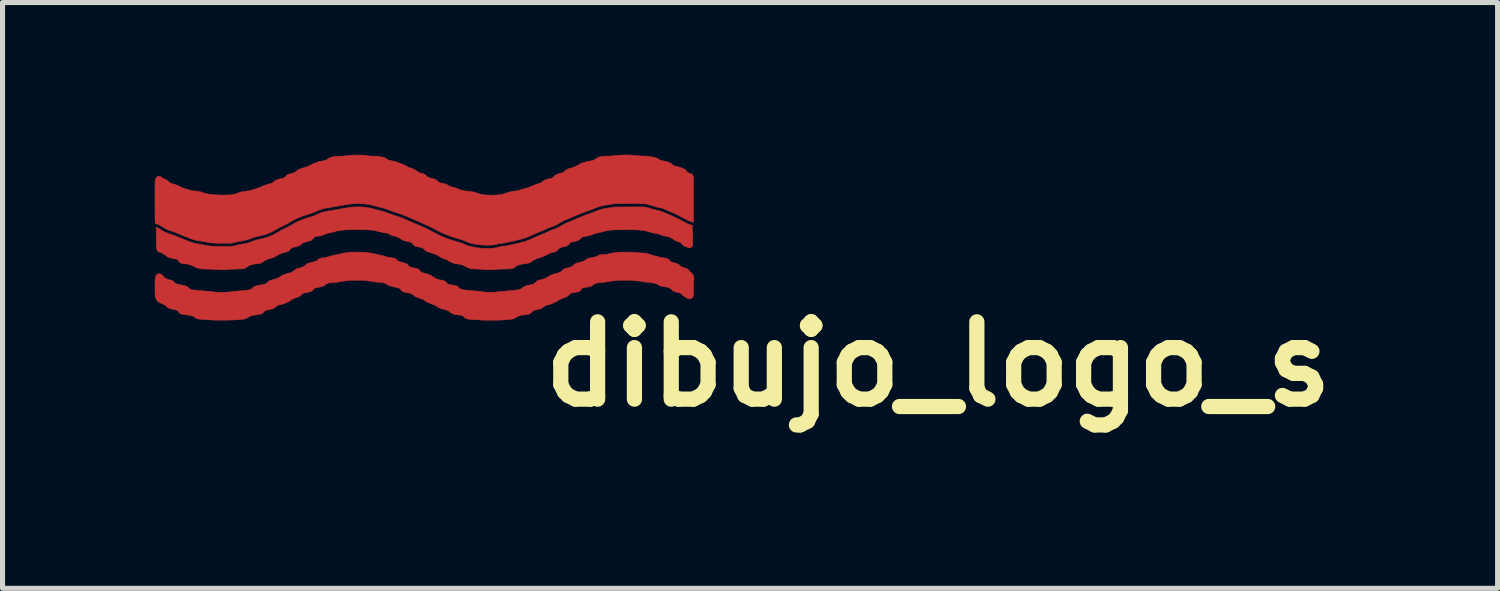
<source format=kicad_pcb>
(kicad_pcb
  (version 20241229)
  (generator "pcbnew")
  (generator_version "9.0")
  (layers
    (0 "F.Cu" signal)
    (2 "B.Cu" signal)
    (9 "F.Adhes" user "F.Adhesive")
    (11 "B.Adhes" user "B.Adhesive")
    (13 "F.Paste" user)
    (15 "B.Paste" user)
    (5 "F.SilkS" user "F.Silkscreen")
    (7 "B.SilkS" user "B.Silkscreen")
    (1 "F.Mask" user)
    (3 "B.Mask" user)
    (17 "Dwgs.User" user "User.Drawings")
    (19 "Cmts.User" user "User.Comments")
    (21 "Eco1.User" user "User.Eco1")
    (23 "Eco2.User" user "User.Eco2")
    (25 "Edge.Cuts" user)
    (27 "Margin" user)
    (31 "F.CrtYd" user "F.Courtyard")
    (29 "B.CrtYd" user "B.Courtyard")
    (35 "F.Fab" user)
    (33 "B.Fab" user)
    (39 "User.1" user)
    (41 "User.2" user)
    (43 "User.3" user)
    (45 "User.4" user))
  (footprint "dibujo_logo_s"
    (layer "F.Cu")
    (at 15.442 4.128)
    (property "Reference" "dibujo_logo_s" (at 0 0 0) (layer "F.SilkS") (effects (font (size 1.524 1.524) (thickness 0.3))))
    (attr through_hole)
    (fp_poly (pts (xy -6.126 -4.123) (xy -6.087 -4.122) (xy -6.053 -4.12) (xy -6.047 -4.119) (xy -6.025 -4.118) (xy -6.001 -4.116) (xy -5.979 -4.114) (xy -5.969 -4.114) (xy -5.953 -4.113) (xy -5.939 -4.112) (xy -5.93 -4.111) (xy -5.926 -4.11) (xy -5.92 -4.109) (xy -5.907 -4.108) (xy -5.89 -4.106) (xy -5.87 -4.105) (xy -5.848 -4.104) (xy -5.826 -4.103) (xy -5.804 -4.102) (xy -5.785 -4.101) (xy -5.773 -4.101) (xy -5.756 -4.101) (xy -5.741 -4.101) (xy -5.73 -4.1) (xy -5.725 -4.098) (xy -5.725 -4.098) (xy -5.72 -4.097) (xy -5.71 -4.095) (xy -5.695 -4.093) (xy -5.682 -4.091) (xy -5.664 -4.089) (xy -5.647 -4.087) (xy -5.633 -4.085) (xy -5.627 -4.084) (xy -5.598 -4.077) (xy -5.574 -4.071) (xy -5.555 -4.065) (xy -5.54 -4.059) (xy -5.526 -4.052) (xy -5.514 -4.044) (xy -5.499 -4.035) (xy -5.484 -4.026) (xy -5.47 -4.019) (xy -5.458 -4.014) (xy -5.451 -4.012) (xy -5.444 -4.012) (xy -5.433 -4.01) (xy -5.43 -4.009) (xy -5.417 -4.006) (xy -5.402 -4.003) (xy -5.393 -4.001) (xy -5.369 -3.996) (xy -5.346 -3.991) (xy -5.325 -3.985) (xy -5.307 -3.979) (xy -5.295 -3.974) (xy -5.293 -3.973) (xy -5.282 -3.966) (xy -5.269 -3.958) (xy -5.257 -3.949) (xy -5.246 -3.94) (xy -5.239 -3.934) (xy -5.237 -3.932) (xy -5.233 -3.928) (xy -5.224 -3.923) (xy -5.218 -3.92) (xy -5.208 -3.915) (xy -5.201 -3.911) (xy -5.199 -3.909) (xy -5.195 -3.907) (xy -5.185 -3.904) (xy -5.173 -3.901) (xy -5.169 -3.9) (xy -5.134 -3.893) (xy -5.104 -3.885) (xy -5.081 -3.878) (xy -5.065 -3.872) (xy -5.047 -3.863) (xy -5.03 -3.855) (xy -5.016 -3.85) (xy -5.006 -3.846) (xy -5.001 -3.845) (xy -4.997 -3.842) (xy -4.99 -3.836) (xy -4.98 -3.827) (xy -4.97 -3.817) (xy -4.962 -3.808) (xy -4.956 -3.8) (xy -4.953 -3.796) (xy -4.95 -3.791) (xy -4.942 -3.784) (xy -4.931 -3.776) (xy -4.919 -3.769) (xy -4.906 -3.763) (xy -4.896 -3.76) (xy -4.892 -3.759) (xy -4.881 -3.757) (xy -4.867 -3.751) (xy -4.855 -3.744) (xy -4.844 -3.735) (xy -4.839 -3.729) (xy -4.837 -3.724) (xy -4.834 -3.719) (xy -4.832 -3.715) (xy -4.83 -3.71) (xy -4.829 -3.705) (xy -4.827 -3.699) (xy -4.826 -3.691) (xy -4.825 -3.682) (xy -4.824 -3.67) (xy -4.823 -3.656) (xy -4.823 -3.639) (xy -4.822 -3.619) (xy -4.822 -3.595) (xy -4.822 -3.567) (xy -4.821 -3.535) (xy -4.821 -3.497) (xy -4.821 -3.455) (xy -4.821 -3.406) (xy -4.821 -3.352) (xy -4.821 -3.291) (xy -4.821 -3.238) (xy -4.821 -3.17) (xy -4.821 -3.109) (xy -4.821 -3.055) (xy -4.822 -3.007) (xy -4.822 -2.965) (xy -4.822 -2.928) (xy -4.822 -2.896) (xy -4.822 -2.87) (xy -4.823 -2.848) (xy -4.823 -2.83) (xy -4.823 -2.817) (xy -4.824 -2.807) (xy -4.824 -2.8) (xy -4.825 -2.797) (xy -4.826 -2.796) (xy -4.831 -2.799) (xy -4.841 -2.802) (xy -4.855 -2.806) (xy -4.859 -2.808) (xy -4.879 -2.813) (xy -4.9 -2.821) (xy -4.92 -2.828) (xy -4.937 -2.836) (xy -4.949 -2.842) (xy -4.95 -2.843) (xy -4.958 -2.848) (xy -4.97 -2.855) (xy -4.985 -2.863) (xy -5.005 -2.874) (xy -5.029 -2.886) (xy -5.054 -2.899) (xy -5.074 -2.909) (xy -5.093 -2.919) (xy -5.109 -2.927) (xy -5.121 -2.934) (xy -5.127 -2.938) (xy -5.134 -2.941) (xy -5.147 -2.948) (xy -5.165 -2.956) (xy -5.188 -2.966) (xy -5.215 -2.978) (xy -5.245 -2.991) (xy -5.278 -3.006) (xy -5.314 -3.021) (xy -5.351 -3.037) (xy -5.363 -3.042) (xy -5.398 -3.056) (xy -5.428 -3.068) (xy -5.453 -3.076) (xy -5.473 -3.082) (xy -5.489 -3.084) (xy -5.491 -3.085) (xy -5.504 -3.086) (xy -5.516 -3.089) (xy -5.523 -3.091) (xy -5.53 -3.094) (xy -5.543 -3.098) (xy -5.558 -3.103) (xy -5.568 -3.106) (xy -5.588 -3.111) (xy -5.611 -3.117) (xy -5.632 -3.123) (xy -5.637 -3.125) (xy -5.667 -3.134) (xy -5.695 -3.142) (xy -5.721 -3.149) (xy -5.744 -3.155) (xy -5.761 -3.159) (xy -5.766 -3.16) (xy -5.773 -3.161) (xy -5.788 -3.161) (xy -5.809 -3.162) (xy -5.837 -3.162) (xy -5.871 -3.163) (xy -5.912 -3.163) (xy -5.958 -3.163) (xy -6.01 -3.163) (xy -6.068 -3.163) (xy -6.088 -3.163) (xy -6.391 -3.163) (xy -6.443 -3.153) (xy -6.465 -3.149) (xy -6.488 -3.146) (xy -6.51 -3.142) (xy -6.528 -3.14) (xy -6.53 -3.139) (xy -6.587 -3.13) (xy -6.644 -3.117) (xy -6.703 -3.099) (xy -6.765 -3.076) (xy -6.815 -3.055) (xy -6.834 -3.047) (xy -6.853 -3.04) (xy -6.87 -3.033) (xy -6.883 -3.029) (xy -6.922 -3.016) (xy -6.96 -3.003) (xy -6.994 -2.991) (xy -7.024 -2.98) (xy -7.04 -2.973) (xy -7.057 -2.966) (xy -7.079 -2.957) (xy -7.102 -2.947) (xy -7.126 -2.937) (xy -7.136 -2.933) (xy -7.156 -2.924) (xy -7.177 -2.915) (xy -7.195 -2.907) (xy -7.21 -2.901) (xy -7.216 -2.898) (xy -7.231 -2.892) (xy -7.251 -2.883) (xy -7.276 -2.873) (xy -7.305 -2.861) (xy -7.335 -2.849) (xy -7.348 -2.844) (xy -7.366 -2.836) (xy -7.386 -2.825) (xy -7.409 -2.814) (xy -7.431 -2.802) (xy -7.452 -2.79) (xy -7.467 -2.781) (xy -7.492 -2.767) (xy -7.513 -2.755) (xy -7.532 -2.745) (xy -7.549 -2.737) (xy -7.566 -2.73) (xy -7.574 -2.727) (xy -7.623 -2.708) (xy -7.667 -2.69) (xy -7.708 -2.672) (xy -7.749 -2.654) (xy -7.772 -2.643) (xy -7.785 -2.637) (xy -7.798 -2.632) (xy -7.806 -2.628) (xy -7.807 -2.628) (xy -7.817 -2.625) (xy -7.831 -2.619) (xy -7.848 -2.613) (xy -7.867 -2.605) (xy -7.885 -2.598) (xy -7.901 -2.591) (xy -7.907 -2.588) (xy -7.928 -2.578) (xy -7.943 -2.572) (xy -7.953 -2.567) (xy -7.96 -2.564) (xy -7.964 -2.563) (xy -7.966 -2.562) (xy -7.966 -2.562) (xy -7.97 -2.561) (xy -7.978 -2.557) (xy -7.989 -2.552) (xy -7.99 -2.552) (xy -8.006 -2.545) (xy -8.024 -2.537) (xy -8.035 -2.532) (xy -8.048 -2.526) (xy -8.06 -2.521) (xy -8.074 -2.515) (xy -8.091 -2.507) (xy -8.109 -2.5) (xy -8.123 -2.494) (xy -8.142 -2.487) (xy -8.165 -2.48) (xy -8.189 -2.473) (xy -8.212 -2.467) (xy -8.233 -2.461) (xy -8.235 -2.461) (xy -8.247 -2.458) (xy -8.264 -2.454) (xy -8.284 -2.449) (xy -8.304 -2.444) (xy -8.312 -2.442) (xy -8.333 -2.436) (xy -8.354 -2.431) (xy -8.374 -2.427) (xy -8.389 -2.424) (xy -8.393 -2.423) (xy -8.407 -2.421) (xy -8.425 -2.417) (xy -8.446 -2.412) (xy -8.468 -2.407) (xy -8.475 -2.405) (xy -8.497 -2.4) (xy -8.52 -2.395) (xy -8.542 -2.391) (xy -8.559 -2.388) (xy -8.563 -2.388) (xy -8.583 -2.386) (xy -8.604 -2.383) (xy -8.623 -2.381) (xy -8.626 -2.38) (xy -8.644 -2.378) (xy -8.665 -2.374) (xy -8.685 -2.369) (xy -8.69 -2.368) (xy -8.715 -2.361) (xy -8.738 -2.356) (xy -8.76 -2.353) (xy -8.782 -2.35) (xy -8.808 -2.348) (xy -8.837 -2.347) (xy -8.859 -2.347) (xy -8.882 -2.346) (xy -8.904 -2.346) (xy -8.923 -2.346) (xy -8.937 -2.346) (xy -8.946 -2.347) (xy -8.948 -2.347) (xy -8.956 -2.347) (xy -8.969 -2.349) (xy -8.987 -2.35) (xy -9.006 -2.352) (xy -9.01 -2.352) (xy -9.04 -2.355) (xy -9.075 -2.359) (xy -9.11 -2.364) (xy -9.145 -2.37) (xy -9.176 -2.376) (xy -9.188 -2.379) (xy -9.207 -2.383) (xy -9.225 -2.388) (xy -9.243 -2.395) (xy -9.264 -2.402) (xy -9.288 -2.412) (xy -9.316 -2.424) (xy -9.325 -2.427) (xy -9.346 -2.436) (xy -9.366 -2.444) (xy -9.384 -2.45) (xy -9.398 -2.455) (xy -9.406 -2.457) (xy -9.407 -2.457) (xy -9.418 -2.459) (xy -9.427 -2.462) (xy -9.43 -2.463) (xy -9.436 -2.465) (xy -9.447 -2.469) (xy -9.461 -2.473) (xy -9.465 -2.475) (xy -9.537 -2.496) (xy -9.602 -2.518) (xy -9.663 -2.54) (xy -9.72 -2.563) (xy -9.776 -2.588) (xy -9.782 -2.591) (xy -9.802 -2.6) (xy -9.82 -2.609) (xy -9.835 -2.616) (xy -9.845 -2.62) (xy -9.851 -2.623) (xy -9.851 -2.623) (xy -9.855 -2.624) (xy -9.863 -2.629) (xy -9.875 -2.635) (xy -9.889 -2.643) (xy -9.908 -2.653) (xy -9.927 -2.664) (xy -9.945 -2.674) (xy -9.954 -2.679) (xy -9.981 -2.693) (xy -10.012 -2.708) (xy -10.045 -2.724) (xy -10.08 -2.741) (xy -10.113 -2.755) (xy -10.138 -2.766) (xy -10.16 -2.775) (xy -10.186 -2.787) (xy -10.213 -2.798) (xy -10.238 -2.81) (xy -10.247 -2.814) (xy -10.27 -2.824) (xy -10.294 -2.834) (xy -10.317 -2.844) (xy -10.337 -2.853) (xy -10.345 -2.856) (xy -10.362 -2.863) (xy -10.383 -2.872) (xy -10.407 -2.882) (xy -10.431 -2.893) (xy -10.453 -2.902) (xy -10.491 -2.919) (xy -10.524 -2.933) (xy -10.551 -2.944) (xy -10.573 -2.953) (xy -10.591 -2.96) (xy -10.606 -2.965) (xy -10.618 -2.969) (xy -10.621 -2.97) (xy -10.641 -2.976) (xy -10.667 -2.984) (xy -10.696 -2.993) (xy -10.727 -3.003) (xy -10.757 -3.014) (xy -10.785 -3.024) (xy -10.795 -3.027) (xy -10.842 -3.044) (xy -10.881 -3.058) (xy -10.915 -3.07) (xy -10.942 -3.078) (xy -10.963 -3.085) (xy -10.976 -3.088) (xy -10.997 -3.092) (xy -11.013 -3.096) (xy -11.027 -3.099) (xy -11.04 -3.103) (xy -11.056 -3.107) (xy -11.066 -3.11) (xy -11.114 -3.123) (xy -11.164 -3.135) (xy -11.217 -3.146) (xy -11.268 -3.154) (xy -11.283 -3.157) (xy -11.297 -3.158) (xy -11.311 -3.16) (xy -11.326 -3.161) (xy -11.343 -3.162) (xy -11.363 -3.162) (xy -11.387 -3.162) (xy -11.417 -3.163) (xy -11.437 -3.163) (xy -11.475 -3.162) (xy -11.507 -3.162) (xy -11.534 -3.161) (xy -11.559 -3.16) (xy -11.582 -3.158) (xy -11.604 -3.156) (xy -11.627 -3.152) (xy -11.652 -3.148) (xy -11.67 -3.145) (xy -11.725 -3.135) (xy -11.774 -3.126) (xy -11.818 -3.119) (xy -11.856 -3.112) (xy -11.89 -3.106) (xy -11.92 -3.1) (xy -11.948 -3.096) (xy -11.973 -3.092) (xy -11.997 -3.088) (xy -12.019 -3.084) (xy -12.041 -3.081) (xy -12.063 -3.077) (xy -12.089 -3.071) (xy -12.117 -3.065) (xy -12.143 -3.059) (xy -12.165 -3.052) (xy -12.178 -3.048) (xy -12.188 -3.044) (xy -12.203 -3.038) (xy -12.22 -3.031) (xy -12.235 -3.024) (xy -12.277 -3.005) (xy -12.322 -2.987) (xy -12.367 -2.97) (xy -12.408 -2.957) (xy -12.411 -2.956) (xy -12.445 -2.946) (xy -12.474 -2.937) (xy -12.5 -2.928) (xy -12.524 -2.92) (xy -12.549 -2.911) (xy -12.575 -2.9) (xy -12.584 -2.896) (xy -12.615 -2.884) (xy -12.642 -2.872) (xy -12.665 -2.861) (xy -12.687 -2.85) (xy -12.71 -2.837) (xy -12.736 -2.823) (xy -12.741 -2.82) (xy -12.778 -2.798) (xy -12.814 -2.778) (xy -12.847 -2.761) (xy -12.876 -2.745) (xy -12.901 -2.733) (xy -12.911 -2.728) (xy -12.927 -2.721) (xy -12.941 -2.714) (xy -12.951 -2.708) (xy -12.955 -2.706) (xy -12.965 -2.7) (xy -12.974 -2.696) (xy -12.974 -2.696) (xy -12.982 -2.694) (xy -12.993 -2.688) (xy -13.005 -2.681) (xy -13.007 -2.68) (xy -13.037 -2.662) (xy -13.068 -2.645) (xy -13.1 -2.627) (xy -13.131 -2.611) (xy -13.16 -2.597) (xy -13.186 -2.585) (xy -13.205 -2.577) (xy -13.241 -2.563) (xy -13.283 -2.551) (xy -13.327 -2.539) (xy -13.349 -2.534) (xy -13.393 -2.523) (xy -13.432 -2.514) (xy -13.467 -2.505) (xy -13.498 -2.495) (xy -13.526 -2.486) (xy -13.554 -2.476) (xy -13.568 -2.47) (xy -13.591 -2.461) (xy -13.612 -2.454) (xy -13.632 -2.448) (xy -13.653 -2.442) (xy -13.676 -2.438) (xy -13.704 -2.433) (xy -13.72 -2.43) (xy -13.747 -2.426) (xy -13.768 -2.422) (xy -13.786 -2.419) (xy -13.801 -2.416) (xy -13.814 -2.413) (xy -13.829 -2.409) (xy -13.845 -2.405) (xy -13.851 -2.403) (xy -13.867 -2.399) (xy -13.882 -2.395) (xy -13.895 -2.392) (xy -13.909 -2.39) (xy -13.924 -2.388) (xy -13.94 -2.386) (xy -13.959 -2.385) (xy -13.981 -2.385) (xy -14.007 -2.384) (xy -14.039 -2.384) (xy -14.076 -2.384) (xy -14.093 -2.384) (xy -14.144 -2.384) (xy -14.188 -2.385) (xy -14.226 -2.385) (xy -14.261 -2.387) (xy -14.291 -2.388) (xy -14.319 -2.391) (xy -14.345 -2.393) (xy -14.37 -2.397) (xy -14.394 -2.401) (xy -14.405 -2.403) (xy -14.427 -2.407) (xy -14.451 -2.411) (xy -14.473 -2.415) (xy -14.489 -2.418) (xy -14.504 -2.42) (xy -14.517 -2.423) (xy -14.526 -2.424) (xy -14.528 -2.425) (xy -14.532 -2.426) (xy -14.542 -2.428) (xy -14.556 -2.43) (xy -14.572 -2.433) (xy -14.588 -2.435) (xy -14.604 -2.438) (xy -14.618 -2.439) (xy -14.619 -2.44) (xy -14.63 -2.442) (xy -14.646 -2.446) (xy -14.666 -2.452) (xy -14.689 -2.459) (xy -14.713 -2.467) (xy -14.738 -2.476) (xy -14.761 -2.484) (xy -14.782 -2.492) (xy -14.795 -2.498) (xy -14.814 -2.506) (xy -14.837 -2.515) (xy -14.861 -2.525) (xy -14.884 -2.535) (xy -14.89 -2.537) (xy -14.911 -2.545) (xy -14.933 -2.554) (xy -14.953 -2.563) (xy -14.969 -2.57) (xy -14.973 -2.572) (xy -15.002 -2.584) (xy -15.026 -2.594) (xy -15.048 -2.602) (xy -15.066 -2.608) (xy -15.078 -2.612) (xy -15.094 -2.617) (xy -15.114 -2.624) (xy -15.134 -2.631) (xy -15.146 -2.635) (xy -15.165 -2.642) (xy -15.183 -2.648) (xy -15.199 -2.655) (xy -15.215 -2.663) (xy -15.231 -2.672) (xy -15.25 -2.683) (xy -15.272 -2.696) (xy -15.297 -2.712) (xy -15.317 -2.725) (xy -15.343 -2.74) (xy -15.367 -2.752) (xy -15.387 -2.761) (xy -15.404 -2.765) (xy -15.409 -2.765) (xy -15.42 -2.766) (xy -15.425 -2.771) (xy -15.425 -2.771) (xy -15.429 -2.78) (xy -15.432 -2.783) (xy -15.433 -2.785) (xy -15.433 -2.79) (xy -15.434 -2.797) (xy -15.434 -2.807) (xy -15.435 -2.821) (xy -15.435 -2.838) (xy -15.436 -2.86) (xy -15.436 -2.886) (xy -15.436 -2.917) (xy -15.436 -2.954) (xy -15.436 -2.995) (xy -15.437 -3.043) (xy -15.437 -3.097) (xy -15.437 -3.157) (xy -15.437 -3.2) (xy -15.437 -3.263) (xy -15.437 -3.32) (xy -15.437 -3.37) (xy -15.437 -3.414) (xy -15.437 -3.453) (xy -15.437 -3.487) (xy -15.437 -3.515) (xy -15.436 -3.54) (xy -15.436 -3.561) (xy -15.436 -3.578) (xy -15.435 -3.592) (xy -15.435 -3.603) (xy -15.434 -3.611) (xy -15.434 -3.618) (xy -15.433 -3.624) (xy -15.432 -3.628) (xy -15.431 -3.631) (xy -15.427 -3.644) (xy -15.421 -3.655) (xy -15.418 -3.66) (xy -15.414 -3.668) (xy -15.412 -3.673) (xy -15.412 -3.673) (xy -15.409 -3.677) (xy -15.403 -3.684) (xy -15.394 -3.691) (xy -15.386 -3.697) (xy -15.384 -3.698) (xy -15.374 -3.701) (xy -15.36 -3.702) (xy -15.346 -3.701) (xy -15.333 -3.698) (xy -15.323 -3.694) (xy -15.319 -3.689) (xy -15.315 -3.686) (xy -15.307 -3.681) (xy -15.307 -3.681) (xy -15.298 -3.676) (xy -15.286 -3.669) (xy -15.273 -3.661) (xy -15.273 -3.661) (xy -15.257 -3.652) (xy -15.24 -3.645) (xy -15.226 -3.64) (xy -15.216 -3.636) (xy -15.207 -3.633) (xy -15.199 -3.627) (xy -15.189 -3.618) (xy -15.175 -3.606) (xy -15.172 -3.603) (xy -15.158 -3.589) (xy -15.146 -3.579) (xy -15.135 -3.572) (xy -15.122 -3.566) (xy -15.106 -3.561) (xy -15.086 -3.555) (xy -15.073 -3.551) (xy -15.063 -3.547) (xy -15.058 -3.545) (xy -15.05 -3.543) (xy -15.043 -3.542) (xy -15.035 -3.54) (xy -15.03 -3.537) (xy -15.024 -3.532) (xy -15.02 -3.532) (xy -15.009 -3.531) (xy -14.994 -3.526) (xy -14.975 -3.517) (xy -14.954 -3.505) (xy -14.951 -3.504) (xy -14.937 -3.496) (xy -14.925 -3.49) (xy -14.917 -3.486) (xy -14.914 -3.485) (xy -14.906 -3.483) (xy -14.901 -3.48) (xy -14.893 -3.475) (xy -14.888 -3.474) (xy -14.88 -3.472) (xy -14.878 -3.469) (xy -14.872 -3.466) (xy -14.862 -3.462) (xy -14.857 -3.461) (xy -14.832 -3.455) (xy -14.813 -3.451) (xy -14.8 -3.448) (xy -14.792 -3.445) (xy -14.787 -3.444) (xy -14.785 -3.442) (xy -14.785 -3.442) (xy -14.782 -3.439) (xy -14.778 -3.439) (xy -14.771 -3.437) (xy -14.76 -3.434) (xy -14.755 -3.432) (xy -14.737 -3.426) (xy -14.713 -3.421) (xy -14.683 -3.416) (xy -14.647 -3.412) (xy -14.625 -3.41) (xy -14.606 -3.409) (xy -14.589 -3.407) (xy -14.576 -3.405) (xy -14.568 -3.403) (xy -14.567 -3.403) (xy -14.559 -3.401) (xy -14.549 -3.399) (xy -14.548 -3.399) (xy -14.539 -3.399) (xy -14.534 -3.397) (xy -14.534 -3.397) (xy -14.53 -3.394) (xy -14.521 -3.391) (xy -14.509 -3.387) (xy -14.497 -3.383) (xy -14.488 -3.38) (xy -14.483 -3.378) (xy -14.479 -3.376) (xy -14.468 -3.373) (xy -14.455 -3.37) (xy -14.45 -3.369) (xy -14.435 -3.366) (xy -14.424 -3.363) (xy -14.416 -3.36) (xy -14.415 -3.36) (xy -14.409 -3.358) (xy -14.398 -3.355) (xy -14.382 -3.353) (xy -14.362 -3.35) (xy -14.34 -3.348) (xy -14.318 -3.346) (xy -14.295 -3.344) (xy -14.293 -3.344) (xy -14.272 -3.342) (xy -14.25 -3.341) (xy -14.23 -3.338) (xy -14.221 -3.337) (xy -14.207 -3.336) (xy -14.187 -3.335) (xy -14.162 -3.334) (xy -14.134 -3.334) (xy -14.103 -3.333) (xy -14.072 -3.334) (xy -14.041 -3.334) (xy -14.011 -3.335) (xy -13.983 -3.336) (xy -13.96 -3.337) (xy -13.941 -3.338) (xy -13.937 -3.339) (xy -13.916 -3.342) (xy -13.896 -3.345) (xy -13.877 -3.349) (xy -13.861 -3.353) (xy -13.849 -3.357) (xy -13.843 -3.36) (xy -13.837 -3.362) (xy -13.827 -3.365) (xy -13.821 -3.367) (xy -13.808 -3.371) (xy -13.796 -3.375) (xy -13.792 -3.376) (xy -13.767 -3.386) (xy -13.736 -3.395) (xy -13.701 -3.402) (xy -13.662 -3.408) (xy -13.63 -3.412) (xy -13.606 -3.415) (xy -13.586 -3.417) (xy -13.569 -3.421) (xy -13.554 -3.425) (xy -13.537 -3.43) (xy -13.523 -3.435) (xy -13.506 -3.44) (xy -13.485 -3.447) (xy -13.464 -3.453) (xy -13.455 -3.455) (xy -13.44 -3.459) (xy -13.426 -3.463) (xy -13.416 -3.467) (xy -13.412 -3.469) (xy -13.405 -3.473) (xy -13.395 -3.477) (xy -13.387 -3.479) (xy -13.382 -3.482) (xy -13.382 -3.482) (xy -13.377 -3.485) (xy -13.374 -3.485) (xy -13.367 -3.487) (xy -13.356 -3.49) (xy -13.344 -3.496) (xy -13.333 -3.501) (xy -13.331 -3.503) (xy -13.319 -3.509) (xy -13.302 -3.516) (xy -13.282 -3.523) (xy -13.266 -3.528) (xy -13.252 -3.532) (xy -13.242 -3.536) (xy -13.236 -3.539) (xy -13.236 -3.539) (xy -13.231 -3.541) (xy -13.224 -3.542) (xy -13.216 -3.543) (xy -13.211 -3.545) (xy -13.206 -3.548) (xy -13.196 -3.551) (xy -13.182 -3.555) (xy -13.168 -3.558) (xy -13.154 -3.561) (xy -13.151 -3.562) (xy -13.142 -3.564) (xy -13.137 -3.567) (xy -13.137 -3.567) (xy -13.13 -3.57) (xy -13.127 -3.571) (xy -13.122 -3.573) (xy -13.113 -3.579) (xy -13.103 -3.588) (xy -13.099 -3.591) (xy -13.088 -3.602) (xy -13.077 -3.611) (xy -13.069 -3.616) (xy -13.068 -3.617) (xy -13.06 -3.622) (xy -13.056 -3.625) (xy -13.052 -3.627) (xy -13.042 -3.631) (xy -13.028 -3.636) (xy -13.012 -3.641) (xy -12.995 -3.646) (xy -12.979 -3.651) (xy -12.965 -3.654) (xy -12.957 -3.656) (xy -12.934 -3.66) (xy -12.914 -3.666) (xy -12.897 -3.672) (xy -12.892 -3.674) (xy -12.886 -3.678) (xy -12.877 -3.687) (xy -12.865 -3.697) (xy -12.856 -3.706) (xy -12.845 -3.718) (xy -12.835 -3.727) (xy -12.827 -3.733) (xy -12.824 -3.734) (xy -12.818 -3.736) (xy -12.809 -3.74) (xy -12.805 -3.742) (xy -12.795 -3.746) (xy -12.786 -3.749) (xy -12.784 -3.749) (xy -12.776 -3.75) (xy -12.766 -3.754) (xy -12.757 -3.758) (xy -12.75 -3.759) (xy -12.742 -3.761) (xy -12.729 -3.764) (xy -12.714 -3.768) (xy -12.698 -3.774) (xy -12.685 -3.779) (xy -12.679 -3.782) (xy -12.666 -3.79) (xy -12.653 -3.799) (xy -12.65 -3.802) (xy -12.632 -3.819) (xy -12.614 -3.831) (xy -12.594 -3.842) (xy -12.57 -3.851) (xy -12.543 -3.859) (xy -12.53 -3.863) (xy -12.516 -3.868) (xy -12.514 -3.869) (xy -12.503 -3.872) (xy -12.495 -3.873) (xy -12.494 -3.873) (xy -12.486 -3.875) (xy -12.477 -3.879) (xy -12.467 -3.883) (xy -12.459 -3.884) (xy -12.452 -3.885) (xy -12.451 -3.887) (xy -12.448 -3.89) (xy -12.443 -3.892) (xy -12.427 -3.897) (xy -12.412 -3.903) (xy -12.399 -3.91) (xy -12.394 -3.913) (xy -12.387 -3.918) (xy -12.381 -3.92) (xy -12.381 -3.92) (xy -12.376 -3.922) (xy -12.365 -3.926) (xy -12.353 -3.933) (xy -12.339 -3.94) (xy -12.331 -3.945) (xy -12.32 -3.951) (xy -12.306 -3.957) (xy -12.292 -3.962) (xy -12.277 -3.968) (xy -12.258 -3.974) (xy -12.24 -3.981) (xy -12.234 -3.983) (xy -12.219 -3.988) (xy -12.205 -3.993) (xy -12.195 -3.996) (xy -12.192 -3.996) (xy -12.156 -4.002) (xy -12.127 -4.007) (xy -12.104 -4.013) (xy -12.086 -4.018) (xy -12.072 -4.023) (xy -12.067 -4.025) (xy -12.057 -4.03) (xy -12.05 -4.033) (xy -12.048 -4.034) (xy -12.043 -4.036) (xy -12.035 -4.041) (xy -12.024 -4.049) (xy -12.018 -4.053) (xy -11.999 -4.065) (xy -11.976 -4.075) (xy -11.949 -4.083) (xy -11.917 -4.09) (xy -11.88 -4.095) (xy -11.837 -4.098) (xy -11.788 -4.1) (xy -11.784 -4.1) (xy -11.748 -4.101) (xy -11.716 -4.103) (xy -11.688 -4.105) (xy -11.661 -4.109) (xy -11.642 -4.112) (xy -11.622 -4.115) (xy -11.595 -4.117) (xy -11.565 -4.119) (xy -11.53 -4.12) (xy -11.494 -4.121) (xy -11.456 -4.122) (xy -11.418 -4.122) (xy -11.408 -4.122) (xy -11.369 -4.121) (xy -11.336 -4.119) (xy -11.308 -4.118) (xy -11.283 -4.116) (xy -11.26 -4.113) (xy -11.239 -4.109) (xy -11.225 -4.107) (xy -11.211 -4.104) (xy -11.193 -4.103) (xy -11.17 -4.102) (xy -11.142 -4.101) (xy -11.124 -4.101) (xy -11.101 -4.101) (xy -11.081 -4.101) (xy -11.064 -4.1) (xy -11.052 -4.1) (xy -11.046 -4.099) (xy -11.045 -4.099) (xy -11.04 -4.097) (xy -11.03 -4.095) (xy -11.016 -4.093) (xy -11.009 -4.092) (xy -10.977 -4.087) (xy -10.951 -4.083) (xy -10.93 -4.077) (xy -10.912 -4.071) (xy -10.897 -4.063) (xy -10.882 -4.054) (xy -10.869 -4.044) (xy -10.861 -4.037) (xy -10.854 -4.034) (xy -10.852 -4.034) (xy -10.848 -4.032) (xy -10.847 -4.03) (xy -10.844 -4.027) (xy -10.842 -4.027) (xy -10.835 -4.025) (xy -10.826 -4.021) (xy -10.821 -4.019) (xy -10.815 -4.017) (xy -10.807 -4.015) (xy -10.795 -4.013) (xy -10.778 -4.01) (xy -10.756 -4.006) (xy -10.737 -4.002) (xy -10.718 -3.999) (xy -10.705 -3.996) (xy -10.696 -3.994) (xy -10.688 -3.991) (xy -10.685 -3.989) (xy -10.665 -3.981) (xy -10.649 -3.974) (xy -10.634 -3.968) (xy -10.616 -3.962) (xy -10.603 -3.957) (xy -10.587 -3.952) (xy -10.574 -3.947) (xy -10.564 -3.943) (xy -10.56 -3.941) (xy -10.555 -3.939) (xy -10.545 -3.935) (xy -10.542 -3.934) (xy -10.531 -3.93) (xy -10.522 -3.925) (xy -10.521 -3.925) (xy -10.513 -3.921) (xy -10.508 -3.92) (xy -10.501 -3.917) (xy -10.497 -3.913) (xy -10.49 -3.907) (xy -10.484 -3.904) (xy -10.475 -3.9) (xy -10.464 -3.894) (xy -10.461 -3.893) (xy -10.453 -3.887) (xy -10.447 -3.884) (xy -10.445 -3.884) (xy -10.44 -3.883) (xy -10.434 -3.879) (xy -10.426 -3.876) (xy -10.414 -3.872) (xy -10.4 -3.867) (xy -10.393 -3.865) (xy -10.37 -3.857) (xy -10.349 -3.849) (xy -10.33 -3.84) (xy -10.313 -3.831) (xy -10.302 -3.823) (xy -10.295 -3.816) (xy -10.295 -3.816) (xy -10.291 -3.813) (xy -10.288 -3.813) (xy -10.282 -3.81) (xy -10.274 -3.804) (xy -10.273 -3.803) (xy -10.263 -3.795) (xy -10.252 -3.788) (xy -10.252 -3.788) (xy -10.242 -3.784) (xy -10.234 -3.779) (xy -10.234 -3.778) (xy -10.227 -3.774) (xy -10.223 -3.774) (xy -10.217 -3.772) (xy -10.208 -3.768) (xy -10.208 -3.768) (xy -10.198 -3.764) (xy -10.185 -3.761) (xy -10.177 -3.76) (xy -10.151 -3.754) (xy -10.13 -3.747) (xy -10.113 -3.737) (xy -10.097 -3.723) (xy -10.086 -3.712) (xy -10.079 -3.703) (xy -10.072 -3.697) (xy -10.07 -3.695) (xy -10.065 -3.693) (xy -10.058 -3.689) (xy -10.054 -3.687) (xy -10.043 -3.68) (xy -10.026 -3.674) (xy -10.006 -3.667) (xy -9.985 -3.661) (xy -9.964 -3.657) (xy -9.957 -3.655) (xy -9.932 -3.65) (xy -9.908 -3.64) (xy -9.888 -3.628) (xy -9.871 -3.615) (xy -9.863 -3.604) (xy -9.857 -3.596) (xy -9.852 -3.592) (xy -9.852 -3.592) (xy -9.847 -3.59) (xy -9.838 -3.585) (xy -9.831 -3.581) (xy -9.821 -3.575) (xy -9.811 -3.571) (xy -9.806 -3.571) (xy -9.796 -3.57) (xy -9.782 -3.568) (xy -9.764 -3.565) (xy -9.747 -3.562) (xy -9.73 -3.558) (xy -9.718 -3.555) (xy -9.715 -3.554) (xy -9.703 -3.549) (xy -9.688 -3.542) (xy -9.673 -3.534) (xy -9.662 -3.527) (xy -9.66 -3.526) (xy -9.656 -3.523) (xy -9.651 -3.52) (xy -9.643 -3.516) (xy -9.631 -3.51) (xy -9.617 -3.503) (xy -9.601 -3.496) (xy -9.58 -3.491) (xy -9.557 -3.487) (xy -9.554 -3.487) (xy -9.541 -3.485) (xy -9.531 -3.483) (xy -9.526 -3.481) (xy -9.521 -3.479) (xy -9.519 -3.479) (xy -9.514 -3.478) (xy -9.507 -3.475) (xy -9.505 -3.474) (xy -9.495 -3.468) (xy -9.487 -3.464) (xy -9.486 -3.464) (xy -9.479 -3.46) (xy -9.468 -3.455) (xy -9.456 -3.449) (xy -9.439 -3.443) (xy -9.417 -3.436) (xy -9.392 -3.429) (xy -9.365 -3.422) (xy -9.338 -3.417) (xy -9.313 -3.413) (xy -9.292 -3.411) (xy -9.283 -3.41) (xy -9.272 -3.41) (xy -9.256 -3.408) (xy -9.24 -3.405) (xy -9.236 -3.405) (xy -9.22 -3.402) (xy -9.205 -3.4) (xy -9.193 -3.4) (xy -9.191 -3.4) (xy -9.18 -3.398) (xy -9.164 -3.395) (xy -9.145 -3.39) (xy -9.125 -3.384) (xy -9.106 -3.378) (xy -9.096 -3.375) (xy -9.083 -3.371) (xy -9.08 -3.371) (xy -9.066 -3.367) (xy -9.052 -3.362) (xy -9.05 -3.361) (xy -9.032 -3.354) (xy -9.008 -3.348) (xy -8.979 -3.343) (xy -8.946 -3.338) (xy -8.91 -3.335) (xy -8.872 -3.332) (xy -8.833 -3.331) (xy -8.803 -3.331) (xy -8.785 -3.331) (xy -8.765 -3.332) (xy -8.742 -3.333) (xy -8.72 -3.334) (xy -8.699 -3.335) (xy -8.681 -3.336) (xy -8.667 -3.338) (xy -8.658 -3.339) (xy -8.658 -3.339) (xy -8.644 -3.341) (xy -8.63 -3.342) (xy -8.629 -3.342) (xy -8.619 -3.343) (xy -8.606 -3.346) (xy -8.592 -3.349) (xy -8.578 -3.353) (xy -8.567 -3.356) (xy -8.56 -3.359) (xy -8.56 -3.36) (xy -8.555 -3.362) (xy -8.546 -3.365) (xy -8.533 -3.368) (xy -8.532 -3.369) (xy -8.518 -3.372) (xy -8.507 -3.375) (xy -8.5 -3.378) (xy -8.499 -3.378) (xy -8.491 -3.381) (xy -8.478 -3.386) (xy -8.462 -3.39) (xy -8.447 -3.395) (xy -8.433 -3.398) (xy -8.424 -3.399) (xy -8.422 -3.4) (xy -8.412 -3.401) (xy -8.4 -3.403) (xy -8.393 -3.405) (xy -8.38 -3.407) (xy -8.363 -3.41) (xy -8.346 -3.412) (xy -8.343 -3.412) (xy -8.329 -3.414) (xy -8.317 -3.415) (xy -8.311 -3.415) (xy -8.31 -3.416) (xy -8.306 -3.416) (xy -8.297 -3.418) (xy -8.292 -3.419) (xy -8.282 -3.421) (xy -8.267 -3.426) (xy -8.25 -3.431) (xy -8.243 -3.434) (xy -8.224 -3.44) (xy -8.202 -3.447) (xy -8.181 -3.452) (xy -8.177 -3.453) (xy -8.153 -3.458) (xy -8.136 -3.462) (xy -8.124 -3.466) (xy -8.117 -3.468) (xy -8.114 -3.471) (xy -8.114 -3.471) (xy -8.111 -3.474) (xy -8.107 -3.474) (xy -8.098 -3.476) (xy -8.086 -3.479) (xy -8.072 -3.484) (xy -8.057 -3.489) (xy -8.044 -3.494) (xy -8.035 -3.499) (xy -8.03 -3.503) (xy -8.026 -3.505) (xy -8.017 -3.508) (xy -8.011 -3.51) (xy -8 -3.513) (xy -7.994 -3.516) (xy -7.993 -3.518) (xy -7.99 -3.52) (xy -7.982 -3.522) (xy -7.979 -3.523) (xy -7.97 -3.525) (xy -7.963 -3.527) (xy -7.962 -3.528) (xy -7.954 -3.532) (xy -7.94 -3.538) (xy -7.924 -3.544) (xy -7.907 -3.55) (xy -7.892 -3.555) (xy -7.879 -3.558) (xy -7.879 -3.558) (xy -7.855 -3.565) (xy -7.834 -3.573) (xy -7.817 -3.584) (xy -7.815 -3.585) (xy -7.806 -3.593) (xy -7.799 -3.598) (xy -7.797 -3.599) (xy -7.793 -3.601) (xy -7.785 -3.607) (xy -7.777 -3.613) (xy -7.767 -3.621) (xy -7.759 -3.626) (xy -7.755 -3.628) (xy -7.749 -3.629) (xy -7.741 -3.633) (xy -7.707 -3.647) (xy -7.672 -3.655) (xy -7.665 -3.656) (xy -7.65 -3.658) (xy -7.636 -3.66) (xy -7.626 -3.663) (xy -7.626 -3.663) (xy -7.616 -3.667) (xy -7.605 -3.672) (xy -7.594 -3.678) (xy -7.586 -3.684) (xy -7.583 -3.688) (xy -7.583 -3.688) (xy -7.58 -3.693) (xy -7.573 -3.701) (xy -7.563 -3.71) (xy -7.551 -3.72) (xy -7.539 -3.729) (xy -7.529 -3.736) (xy -7.523 -3.739) (xy -7.512 -3.743) (xy -7.502 -3.747) (xy -7.499 -3.748) (xy -7.492 -3.751) (xy -7.48 -3.754) (xy -7.472 -3.756) (xy -7.443 -3.763) (xy -7.416 -3.771) (xy -7.395 -3.779) (xy -7.378 -3.788) (xy -7.368 -3.796) (xy -7.364 -3.801) (xy -7.359 -3.808) (xy -7.351 -3.816) (xy -7.339 -3.825) (xy -7.327 -3.833) (xy -7.316 -3.84) (xy -7.313 -3.841) (xy -7.301 -3.846) (xy -7.286 -3.852) (xy -7.271 -3.856) (xy -7.258 -3.86) (xy -7.248 -3.862) (xy -7.245 -3.863) (xy -7.237 -3.864) (xy -7.228 -3.868) (xy -7.227 -3.869) (xy -7.217 -3.873) (xy -7.21 -3.875) (xy -7.209 -3.875) (xy -7.206 -3.875) (xy -7.203 -3.876) (xy -7.198 -3.878) (xy -7.19 -3.881) (xy -7.178 -3.886) (xy -7.16 -3.892) (xy -7.158 -3.893) (xy -7.143 -3.9) (xy -7.13 -3.906) (xy -7.121 -3.911) (xy -7.119 -3.913) (xy -7.11 -3.919) (xy -7.102 -3.922) (xy -7.094 -3.925) (xy -7.083 -3.931) (xy -7.077 -3.935) (xy -7.06 -3.947) (xy -7.047 -3.954) (xy -7.035 -3.96) (xy -7.021 -3.965) (xy -7.006 -3.97) (xy -6.989 -3.975) (xy -6.971 -3.98) (xy -6.958 -3.984) (xy -6.924 -3.993) (xy -6.893 -4) (xy -6.868 -4.004) (xy -6.867 -4.004) (xy -6.852 -4.005) (xy -6.838 -4.008) (xy -6.833 -4.009) (xy -6.82 -4.012) (xy -6.807 -4.014) (xy -6.806 -4.014) (xy -6.797 -4.017) (xy -6.792 -4.019) (xy -6.792 -4.019) (xy -6.788 -4.022) (xy -6.78 -4.026) (xy -6.776 -4.028) (xy -6.765 -4.034) (xy -6.753 -4.043) (xy -6.742 -4.051) (xy -6.726 -4.063) (xy -6.71 -4.072) (xy -6.695 -4.08) (xy -6.683 -4.083) (xy -6.679 -4.084) (xy -6.672 -4.085) (xy -6.669 -4.087) (xy -6.665 -4.088) (xy -6.656 -4.09) (xy -6.642 -4.091) (xy -6.637 -4.092) (xy -6.622 -4.093) (xy -6.61 -4.095) (xy -6.603 -4.097) (xy -6.602 -4.097) (xy -6.597 -4.099) (xy -6.586 -4.099) (xy -6.57 -4.1) (xy -6.55 -4.101) (xy -6.526 -4.101) (xy -6.518 -4.101) (xy -6.489 -4.102) (xy -6.461 -4.102) (xy -6.435 -4.103) (xy -6.413 -4.105) (xy -6.394 -4.106) (xy -6.38 -4.108) (xy -6.372 -4.11) (xy -6.371 -4.11) (xy -6.367 -4.111) (xy -6.357 -4.112) (xy -6.342 -4.114) (xy -6.323 -4.115) (xy -6.302 -4.117) (xy -6.296 -4.117) (xy -6.255 -4.12) (xy -6.211 -4.122) (xy -6.168 -4.123) (xy -6.126 -4.123)) (stroke (width 0.01) (type solid)) (fill yes) (layer "F.Cu"))
    (fp_poly (pts (xy -11.383 -2.208) (xy -11.317 -2.205) (xy -11.256 -2.2) (xy -11.202 -2.193) (xy -11.153 -2.185) (xy -11.134 -2.18) (xy -11.118 -2.176) (xy -11.104 -2.173) (xy -11.092 -2.17) (xy -11.091 -2.17) (xy -11.079 -2.167) (xy -11.067 -2.164) (xy -11.066 -2.164) (xy -11.058 -2.161) (xy -11.045 -2.159) (xy -11.029 -2.156) (xy -11.023 -2.155) (xy -11.008 -2.153) (xy -10.997 -2.151) (xy -10.991 -2.149) (xy -10.99 -2.149) (xy -10.986 -2.147) (xy -10.978 -2.144) (xy -10.967 -2.142) (xy -10.937 -2.135) (xy -10.913 -2.127) (xy -10.895 -2.121) (xy -10.877 -2.116) (xy -10.856 -2.111) (xy -10.833 -2.107) (xy -10.805 -2.102) (xy -10.772 -2.097) (xy -10.765 -2.097) (xy -10.738 -2.092) (xy -10.717 -2.087) (xy -10.7 -2.079) (xy -10.685 -2.069) (xy -10.671 -2.056) (xy -10.67 -2.055) (xy -10.655 -2.04) (xy -10.641 -2.03) (xy -10.624 -2.023) (xy -10.602 -2.016) (xy -10.598 -2.015) (xy -10.584 -2.012) (xy -10.573 -2.009) (xy -10.566 -2.007) (xy -10.565 -2.006) (xy -10.558 -2.004) (xy -10.548 -2.001) (xy -10.548 -2.001) (xy -10.526 -1.995) (xy -10.505 -1.989) (xy -10.487 -1.982) (xy -10.471 -1.975) (xy -10.461 -1.968) (xy -10.455 -1.962) (xy -10.455 -1.96) (xy -10.453 -1.956) (xy -10.447 -1.949) (xy -10.438 -1.939) (xy -10.438 -1.939) (xy -10.426 -1.927) (xy -10.414 -1.92) (xy -10.398 -1.913) (xy -10.398 -1.913) (xy -10.385 -1.909) (xy -10.373 -1.906) (xy -10.366 -1.904) (xy -10.356 -1.902) (xy -10.342 -1.899) (xy -10.325 -1.896) (xy -10.307 -1.892) (xy -10.29 -1.888) (xy -10.284 -1.887) (xy -10.264 -1.881) (xy -10.249 -1.875) (xy -10.236 -1.866) (xy -10.223 -1.853) (xy -10.218 -1.847) (xy -10.208 -1.835) (xy -10.199 -1.825) (xy -10.193 -1.818) (xy -10.191 -1.817) (xy -10.185 -1.813) (xy -10.174 -1.808) (xy -10.159 -1.802) (xy -10.143 -1.797) (xy -10.127 -1.793) (xy -10.115 -1.79) (xy -10.105 -1.788) (xy -10.098 -1.786) (xy -10.097 -1.785) (xy -10.092 -1.782) (xy -10.088 -1.782) (xy -10.08 -1.78) (xy -10.069 -1.777) (xy -10.054 -1.773) (xy -10.039 -1.767) (xy -10.025 -1.762) (xy -10.015 -1.758) (xy -10.009 -1.755) (xy -10.003 -1.751) (xy -10 -1.75) (xy -9.995 -1.748) (xy -9.987 -1.742) (xy -9.979 -1.735) (xy -9.969 -1.728) (xy -9.962 -1.723) (xy -9.959 -1.721) (xy -9.955 -1.719) (xy -9.946 -1.714) (xy -9.937 -1.709) (xy -9.927 -1.702) (xy -9.919 -1.698) (xy -9.916 -1.696) (xy -9.91 -1.694) (xy -9.907 -1.691) (xy -9.9 -1.687) (xy -9.888 -1.682) (xy -9.875 -1.676) (xy -9.861 -1.672) (xy -9.85 -1.668) (xy -9.844 -1.668) (xy -9.837 -1.667) (xy -9.834 -1.665) (xy -9.829 -1.662) (xy -9.828 -1.662) (xy -9.824 -1.662) (xy -9.814 -1.66) (xy -9.801 -1.658) (xy -9.787 -1.656) (xy -9.78 -1.655) (xy -9.768 -1.652) (xy -9.753 -1.648) (xy -9.739 -1.644) (xy -9.728 -1.639) (xy -9.715 -1.63) (xy -9.703 -1.62) (xy -9.692 -1.608) (xy -9.685 -1.599) (xy -9.684 -1.596) (xy -9.679 -1.59) (xy -9.668 -1.582) (xy -9.653 -1.576) (xy -9.635 -1.57) (xy -9.616 -1.566) (xy -9.609 -1.565) (xy -9.579 -1.56) (xy -9.55 -1.555) (xy -9.524 -1.55) (xy -9.503 -1.545) (xy -9.497 -1.544) (xy -9.481 -1.537) (xy -9.467 -1.527) (xy -9.462 -1.521) (xy -9.445 -1.505) (xy -9.432 -1.494) (xy -9.42 -1.486) (xy -9.408 -1.48) (xy -9.395 -1.476) (xy -9.388 -1.474) (xy -9.372 -1.471) (xy -9.358 -1.467) (xy -9.347 -1.465) (xy -9.346 -1.464) (xy -9.335 -1.462) (xy -9.321 -1.461) (xy -9.314 -1.461) (xy -9.3 -1.46) (xy -9.283 -1.458) (xy -9.272 -1.456) (xy -9.258 -1.453) (xy -9.239 -1.452) (xy -9.22 -1.45) (xy -9.213 -1.45) (xy -9.196 -1.45) (xy -9.179 -1.449) (xy -9.166 -1.447) (xy -9.162 -1.446) (xy -9.152 -1.445) (xy -9.137 -1.443) (xy -9.119 -1.441) (xy -9.1 -1.44) (xy -9.097 -1.44) (xy -9.071 -1.438) (xy -9.046 -1.435) (xy -9.024 -1.433) (xy -9.006 -1.431) (xy -8.992 -1.429) (xy -8.984 -1.427) (xy -8.983 -1.427) (xy -8.974 -1.424) (xy -8.959 -1.422) (xy -8.939 -1.42) (xy -8.915 -1.419) (xy -8.888 -1.418) (xy -8.859 -1.417) (xy -8.829 -1.417) (xy -8.8 -1.417) (xy -8.772 -1.418) (xy -8.746 -1.419) (xy -8.724 -1.42) (xy -8.711 -1.421) (xy -8.673 -1.426) (xy -8.631 -1.43) (xy -8.588 -1.434) (xy -8.57 -1.436) (xy -8.55 -1.438) (xy -8.528 -1.44) (xy -8.508 -1.442) (xy -8.499 -1.444) (xy -8.483 -1.445) (xy -8.463 -1.447) (xy -8.441 -1.449) (xy -8.42 -1.45) (xy -8.419 -1.45) (xy -8.399 -1.452) (xy -8.38 -1.453) (xy -8.365 -1.455) (xy -8.354 -1.457) (xy -8.353 -1.457) (xy -8.339 -1.459) (xy -8.323 -1.461) (xy -8.319 -1.461) (xy -8.301 -1.462) (xy -8.28 -1.466) (xy -8.26 -1.47) (xy -8.241 -1.476) (xy -8.226 -1.483) (xy -8.216 -1.489) (xy -8.215 -1.49) (xy -8.206 -1.496) (xy -8.199 -1.5) (xy -8.192 -1.504) (xy -8.181 -1.511) (xy -8.173 -1.518) (xy -8.151 -1.533) (xy -8.129 -1.544) (xy -8.105 -1.55) (xy -8.072 -1.557) (xy -8.036 -1.565) (xy -8.021 -1.568) (xy -8.01 -1.571) (xy -8.002 -1.572) (xy -7.999 -1.572) (xy -7.994 -1.573) (xy -7.988 -1.576) (xy -7.978 -1.581) (xy -7.97 -1.583) (xy -7.964 -1.587) (xy -7.954 -1.595) (xy -7.942 -1.605) (xy -7.931 -1.616) (xy -7.92 -1.626) (xy -7.912 -1.635) (xy -7.904 -1.641) (xy -7.895 -1.646) (xy -7.885 -1.65) (xy -7.871 -1.654) (xy -7.853 -1.659) (xy -7.832 -1.664) (xy -7.797 -1.674) (xy -7.768 -1.683) (xy -7.745 -1.691) (xy -7.74 -1.693) (xy -7.731 -1.697) (xy -7.724 -1.7) (xy -7.718 -1.704) (xy -7.71 -1.709) (xy -7.699 -1.716) (xy -7.694 -1.72) (xy -7.683 -1.728) (xy -7.675 -1.733) (xy -7.67 -1.735) (xy -7.67 -1.735) (xy -7.665 -1.738) (xy -7.661 -1.741) (xy -7.653 -1.746) (xy -7.647 -1.748) (xy -7.639 -1.75) (xy -7.635 -1.753) (xy -7.63 -1.755) (xy -7.62 -1.759) (xy -7.608 -1.764) (xy -7.594 -1.769) (xy -7.581 -1.773) (xy -7.573 -1.777) (xy -7.563 -1.78) (xy -7.553 -1.782) (xy -7.546 -1.783) (xy -7.544 -1.785) (xy -7.541 -1.787) (xy -7.532 -1.789) (xy -7.526 -1.791) (xy -7.513 -1.793) (xy -7.502 -1.796) (xy -7.498 -1.798) (xy -7.488 -1.802) (xy -7.481 -1.803) (xy -7.474 -1.805) (xy -7.471 -1.807) (xy -7.466 -1.809) (xy -7.46 -1.81) (xy -7.452 -1.813) (xy -7.443 -1.818) (xy -7.44 -1.821) (xy -7.432 -1.827) (xy -7.426 -1.831) (xy -7.424 -1.832) (xy -7.42 -1.834) (xy -7.415 -1.841) (xy -7.415 -1.842) (xy -7.405 -1.854) (xy -7.391 -1.865) (xy -7.374 -1.876) (xy -7.356 -1.885) (xy -7.339 -1.891) (xy -7.329 -1.892) (xy -7.321 -1.893) (xy -7.309 -1.895) (xy -7.294 -1.899) (xy -7.279 -1.903) (xy -7.266 -1.906) (xy -7.257 -1.909) (xy -7.257 -1.909) (xy -7.238 -1.918) (xy -7.223 -1.925) (xy -7.211 -1.933) (xy -7.2 -1.942) (xy -7.187 -1.953) (xy -7.185 -1.955) (xy -7.162 -1.974) (xy -7.135 -1.988) (xy -7.105 -1.997) (xy -7.083 -2.001) (xy -7.072 -2.003) (xy -7.065 -2.005) (xy -7.063 -2.007) (xy -7.06 -2.009) (xy -7.055 -2.01) (xy -7.047 -2.011) (xy -7.034 -2.014) (xy -7.019 -2.019) (xy -7.003 -2.024) (xy -6.988 -2.03) (xy -6.976 -2.035) (xy -6.969 -2.038) (xy -6.968 -2.039) (xy -6.941 -2.061) (xy -6.916 -2.077) (xy -6.892 -2.087) (xy -6.873 -2.092) (xy -6.841 -2.097) (xy -6.815 -2.102) (xy -6.794 -2.106) (xy -6.776 -2.11) (xy -6.761 -2.114) (xy -6.749 -2.118) (xy -6.737 -2.123) (xy -6.724 -2.128) (xy -6.719 -2.131) (xy -6.705 -2.137) (xy -6.694 -2.143) (xy -6.687 -2.147) (xy -6.685 -2.148) (xy -6.679 -2.153) (xy -6.668 -2.156) (xy -6.652 -2.158) (xy -6.629 -2.159) (xy -6.6 -2.159) (xy -6.579 -2.16) (xy -6.561 -2.16) (xy -6.547 -2.161) (xy -6.537 -2.162) (xy -6.535 -2.163) (xy -6.527 -2.166) (xy -6.516 -2.169) (xy -6.513 -2.17) (xy -6.501 -2.173) (xy -6.486 -2.176) (xy -6.477 -2.179) (xy -6.461 -2.183) (xy -6.444 -2.187) (xy -6.436 -2.188) (xy -6.395 -2.194) (xy -6.359 -2.2) (xy -6.327 -2.204) (xy -6.313 -2.206) (xy -6.299 -2.207) (xy -6.28 -2.207) (xy -6.256 -2.208) (xy -6.228 -2.209) (xy -6.198 -2.209) (xy -6.166 -2.209) (xy -6.135 -2.209) (xy -6.104 -2.209) (xy -6.075 -2.208) (xy -6.05 -2.208) (xy -6.03 -2.207) (xy -6.015 -2.206) (xy -6.013 -2.206) (xy -5.996 -2.204) (xy -5.975 -2.202) (xy -5.953 -2.2) (xy -5.935 -2.199) (xy -5.915 -2.197) (xy -5.896 -2.196) (xy -5.879 -2.194) (xy -5.867 -2.193) (xy -5.854 -2.192) (xy -5.837 -2.191) (xy -5.818 -2.19) (xy -5.808 -2.19) (xy -5.772 -2.187) (xy -5.742 -2.182) (xy -5.713 -2.174) (xy -5.688 -2.164) (xy -5.679 -2.161) (xy -5.671 -2.159) (xy -5.671 -2.159) (xy -5.664 -2.158) (xy -5.655 -2.157) (xy -5.646 -2.154) (xy -5.637 -2.152) (xy -5.632 -2.15) (xy -5.632 -2.149) (xy -5.631 -2.148) (xy -5.625 -2.145) (xy -5.612 -2.142) (xy -5.595 -2.137) (xy -5.574 -2.132) (xy -5.561 -2.129) (xy -5.544 -2.125) (xy -5.53 -2.121) (xy -5.519 -2.119) (xy -5.514 -2.117) (xy -5.495 -2.11) (xy -5.47 -2.104) (xy -5.441 -2.1) (xy -5.432 -2.099) (xy -5.412 -2.096) (xy -5.391 -2.093) (xy -5.373 -2.089) (xy -5.358 -2.086) (xy -5.348 -2.083) (xy -5.343 -2.08) (xy -5.343 -2.08) (xy -5.338 -2.078) (xy -5.335 -2.077) (xy -5.33 -2.075) (xy -5.322 -2.069) (xy -5.312 -2.061) (xy -5.302 -2.053) (xy -5.294 -2.045) (xy -5.289 -2.039) (xy -5.288 -2.037) (xy -5.285 -2.031) (xy -5.276 -2.024) (xy -5.264 -2.017) (xy -5.249 -2.01) (xy -5.234 -2.005) (xy -5.219 -2.001) (xy -5.216 -2.001) (xy -5.196 -1.997) (xy -5.174 -1.991) (xy -5.151 -1.982) (xy -5.13 -1.973) (xy -5.113 -1.964) (xy -5.101 -1.955) (xy -5.083 -1.938) (xy -5.067 -1.925) (xy -5.052 -1.916) (xy -5.036 -1.908) (xy -5.018 -1.902) (xy -5 -1.897) (xy -4.984 -1.893) (xy -4.968 -1.887) (xy -4.956 -1.883) (xy -4.952 -1.881) (xy -4.942 -1.875) (xy -4.931 -1.867) (xy -4.921 -1.858) (xy -4.912 -1.849) (xy -4.907 -1.842) (xy -4.907 -1.841) (xy -4.904 -1.836) (xy -4.898 -1.829) (xy -4.889 -1.821) (xy -4.876 -1.81) (xy -4.863 -1.799) (xy -4.856 -1.792) (xy -4.843 -1.778) (xy -4.832 -1.763) (xy -4.825 -1.747) (xy -4.821 -1.732) (xy -4.821 -1.73) (xy -4.82 -1.721) (xy -4.818 -1.716) (xy -4.818 -1.716) (xy -4.817 -1.712) (xy -4.815 -1.702) (xy -4.815 -1.689) (xy -4.814 -1.675) (xy -4.815 -1.661) (xy -4.816 -1.65) (xy -4.817 -1.642) (xy -4.817 -1.641) (xy -4.819 -1.636) (xy -4.819 -1.625) (xy -4.82 -1.607) (xy -4.821 -1.582) (xy -4.822 -1.552) (xy -4.822 -1.515) (xy -4.822 -1.495) (xy -4.822 -1.457) (xy -4.823 -1.426) (xy -4.823 -1.401) (xy -4.824 -1.38) (xy -4.825 -1.364) (xy -4.826 -1.351) (xy -4.828 -1.342) (xy -4.831 -1.334) (xy -4.834 -1.327) (xy -4.838 -1.321) (xy -4.842 -1.315) (xy -4.844 -1.313) (xy -4.857 -1.301) (xy -4.874 -1.292) (xy -4.892 -1.287) (xy -4.896 -1.287) (xy -4.908 -1.288) (xy -4.921 -1.291) (xy -4.935 -1.295) (xy -4.945 -1.299) (xy -4.948 -1.301) (xy -4.952 -1.304) (xy -4.959 -1.308) (xy -4.97 -1.314) (xy -4.985 -1.322) (xy -4.991 -1.326) (xy -5 -1.331) (xy -5.011 -1.339) (xy -5.023 -1.348) (xy -5.034 -1.358) (xy -5.044 -1.367) (xy -5.051 -1.374) (xy -5.053 -1.377) (xy -5.056 -1.382) (xy -5.064 -1.388) (xy -5.075 -1.395) (xy -5.087 -1.401) (xy -5.093 -1.403) (xy -5.103 -1.406) (xy -5.11 -1.409) (xy -5.111 -1.41) (xy -5.117 -1.412) (xy -5.126 -1.413) (xy -5.127 -1.413) (xy -5.146 -1.415) (xy -5.165 -1.42) (xy -5.18 -1.426) (xy -5.183 -1.427) (xy -5.192 -1.431) (xy -5.198 -1.432) (xy -5.198 -1.432) (xy -5.208 -1.435) (xy -5.221 -1.443) (xy -5.237 -1.455) (xy -5.255 -1.471) (xy -5.256 -1.472) (xy -5.27 -1.485) (xy -5.283 -1.495) (xy -5.297 -1.503) (xy -5.312 -1.509) (xy -5.331 -1.515) (xy -5.353 -1.519) (xy -5.381 -1.523) (xy -5.386 -1.524) (xy -5.404 -1.526) (xy -5.419 -1.529) (xy -5.43 -1.531) (xy -5.435 -1.533) (xy -5.436 -1.533) (xy -5.442 -1.535) (xy -5.447 -1.536) (xy -5.458 -1.538) (xy -5.473 -1.542) (xy -5.489 -1.549) (xy -5.505 -1.557) (xy -5.515 -1.563) (xy -5.525 -1.569) (xy -5.533 -1.574) (xy -5.537 -1.575) (xy -5.541 -1.578) (xy -5.542 -1.58) (xy -5.547 -1.584) (xy -5.553 -1.586) (xy -5.561 -1.587) (xy -5.564 -1.589) (xy -5.569 -1.592) (xy -5.578 -1.593) (xy -5.58 -1.593) (xy -5.591 -1.594) (xy -5.599 -1.597) (xy -5.6 -1.598) (xy -5.608 -1.601) (xy -5.619 -1.603) (xy -5.621 -1.603) (xy -5.63 -1.604) (xy -5.636 -1.605) (xy -5.637 -1.605) (xy -5.64 -1.606) (xy -5.646 -1.607) (xy -5.657 -1.608) (xy -5.672 -1.609) (xy -5.694 -1.611) (xy -5.721 -1.613) (xy -5.734 -1.614) (xy -5.749 -1.615) (xy -5.766 -1.618) (xy -5.788 -1.622) (xy -5.814 -1.626) (xy -5.846 -1.632) (xy -5.864 -1.635) (xy -5.882 -1.638) (xy -5.897 -1.639) (xy -5.903 -1.639) (xy -5.916 -1.64) (xy -5.933 -1.641) (xy -5.951 -1.643) (xy -5.958 -1.644) (xy -5.984 -1.647) (xy -6.015 -1.65) (xy -6.05 -1.652) (xy -6.088 -1.654) (xy -6.127 -1.655) (xy -6.168 -1.655) (xy -6.208 -1.655) (xy -6.247 -1.654) (xy -6.283 -1.653) (xy -6.317 -1.651) (xy -6.345 -1.649) (xy -6.369 -1.646) (xy -6.379 -1.644) (xy -6.395 -1.642) (xy -6.411 -1.64) (xy -6.422 -1.639) (xy -6.434 -1.638) (xy -6.45 -1.637) (xy -6.468 -1.634) (xy -6.476 -1.632) (xy -6.506 -1.627) (xy -6.53 -1.622) (xy -6.551 -1.619) (xy -6.57 -1.616) (xy -6.588 -1.614) (xy -6.608 -1.612) (xy -6.631 -1.61) (xy -6.656 -1.609) (xy -6.671 -1.608) (xy -6.683 -1.607) (xy -6.691 -1.606) (xy -6.692 -1.605) (xy -6.697 -1.604) (xy -6.706 -1.603) (xy -6.71 -1.603) (xy -6.722 -1.602) (xy -6.731 -1.599) (xy -6.733 -1.598) (xy -6.742 -1.594) (xy -6.748 -1.593) (xy -6.76 -1.59) (xy -6.775 -1.581) (xy -6.793 -1.566) (xy -6.794 -1.566) (xy -6.808 -1.554) (xy -6.823 -1.544) (xy -6.839 -1.537) (xy -6.857 -1.53) (xy -6.88 -1.525) (xy -6.906 -1.521) (xy -6.939 -1.517) (xy -6.945 -1.516) (xy -6.97 -1.513) (xy -6.992 -1.507) (xy -7.01 -1.501) (xy -7.022 -1.493) (xy -7.027 -1.488) (xy -7.039 -1.469) (xy -7.049 -1.456) (xy -7.059 -1.445) (xy -7.07 -1.438) (xy -7.084 -1.432) (xy -7.101 -1.426) (xy -7.124 -1.421) (xy -7.13 -1.42) (xy -7.147 -1.416) (xy -7.165 -1.413) (xy -7.18 -1.411) (xy -7.205 -1.407) (xy -7.224 -1.404) (xy -7.235 -1.399) (xy -7.238 -1.397) (xy -7.245 -1.394) (xy -7.249 -1.393) (xy -7.255 -1.39) (xy -7.261 -1.384) (xy -7.261 -1.383) (xy -7.267 -1.376) (xy -7.275 -1.366) (xy -7.286 -1.355) (xy -7.289 -1.352) (xy -7.303 -1.34) (xy -7.315 -1.332) (xy -7.327 -1.326) (xy -7.332 -1.324) (xy -7.345 -1.32) (xy -7.358 -1.316) (xy -7.364 -1.313) (xy -7.379 -1.307) (xy -7.391 -1.302) (xy -7.4 -1.299) (xy -7.409 -1.296) (xy -7.412 -1.295) (xy -7.424 -1.29) (xy -7.436 -1.286) (xy -7.439 -1.285) (xy -7.45 -1.28) (xy -7.461 -1.275) (xy -7.462 -1.275) (xy -7.473 -1.269) (xy -7.482 -1.262) (xy -7.482 -1.262) (xy -7.489 -1.256) (xy -7.494 -1.254) (xy -7.497 -1.252) (xy -7.497 -1.251) (xy -7.5 -1.247) (xy -7.502 -1.247) (xy -7.508 -1.245) (xy -7.516 -1.24) (xy -7.519 -1.238) (xy -7.528 -1.233) (xy -7.536 -1.23) (xy -7.537 -1.229) (xy -7.543 -1.228) (xy -7.544 -1.227) (xy -7.547 -1.224) (xy -7.554 -1.22) (xy -7.557 -1.219) (xy -7.568 -1.214) (xy -7.581 -1.208) (xy -7.587 -1.204) (xy -7.598 -1.198) (xy -7.606 -1.195) (xy -7.61 -1.194) (xy -7.615 -1.192) (xy -7.617 -1.191) (xy -7.621 -1.188) (xy -7.63 -1.185) (xy -7.632 -1.185) (xy -7.641 -1.183) (xy -7.647 -1.181) (xy -7.647 -1.181) (xy -7.652 -1.18) (xy -7.654 -1.179) (xy -7.662 -1.176) (xy -7.675 -1.173) (xy -7.689 -1.17) (xy -7.703 -1.166) (xy -7.708 -1.165) (xy -7.726 -1.16) (xy -7.745 -1.15) (xy -7.764 -1.138) (xy -7.779 -1.127) (xy -7.793 -1.115) (xy -7.812 -1.104) (xy -7.831 -1.095) (xy -7.848 -1.089) (xy -7.848 -1.089) (xy -7.859 -1.087) (xy -7.866 -1.085) (xy -7.873 -1.083) (xy -7.884 -1.081) (xy -7.899 -1.078) (xy -7.904 -1.076) (xy -7.921 -1.072) (xy -7.938 -1.068) (xy -7.952 -1.064) (xy -7.954 -1.064) (xy -7.965 -1.06) (xy -7.974 -1.058) (xy -7.978 -1.057) (xy -7.982 -1.055) (xy -7.99 -1.048) (xy -8 -1.039) (xy -8.003 -1.036) (xy -8.018 -1.02) (xy -8.029 -1.009) (xy -8.038 -1.001) (xy -8.045 -0.996) (xy -8.052 -0.992) (xy -8.06 -0.99) (xy -8.064 -0.989) (xy -8.076 -0.985) (xy -8.088 -0.982) (xy -8.093 -0.98) (xy -8.1 -0.978) (xy -8.113 -0.976) (xy -8.127 -0.975) (xy -8.132 -0.975) (xy -8.175 -0.97) (xy -8.212 -0.965) (xy -8.244 -0.958) (xy -8.263 -0.951) (xy -8.276 -0.946) (xy -8.287 -0.941) (xy -8.292 -0.938) (xy -8.293 -0.938) (xy -8.296 -0.935) (xy -8.305 -0.93) (xy -8.317 -0.923) (xy -8.33 -0.916) (xy -8.341 -0.911) (xy -8.347 -0.907) (xy -8.349 -0.904) (xy -8.352 -0.902) (xy -8.355 -0.902) (xy -8.363 -0.9) (xy -8.369 -0.897) (xy -8.374 -0.894) (xy -8.381 -0.892) (xy -8.391 -0.89) (xy -8.404 -0.887) (xy -8.422 -0.885) (xy -8.445 -0.883) (xy -8.473 -0.881) (xy -8.507 -0.878) (xy -8.52 -0.877) (xy -8.543 -0.875) (xy -8.567 -0.873) (xy -8.589 -0.872) (xy -8.607 -0.87) (xy -8.611 -0.87) (xy -8.623 -0.869) (xy -8.641 -0.869) (xy -8.664 -0.868) (xy -8.691 -0.868) (xy -8.721 -0.867) (xy -8.753 -0.867) (xy -8.786 -0.867) (xy -8.82 -0.867) (xy -8.854 -0.867) (xy -8.886 -0.867) (xy -8.916 -0.867) (xy -8.944 -0.868) (xy -8.967 -0.868) (xy -8.986 -0.868) (xy -8.999 -0.869) (xy -9.005 -0.87) (xy -9.013 -0.87) (xy -9.028 -0.872) (xy -9.047 -0.873) (xy -9.071 -0.875) (xy -9.097 -0.876) (xy -9.125 -0.878) (xy -9.137 -0.878) (xy -9.168 -0.88) (xy -9.197 -0.882) (xy -9.222 -0.884) (xy -9.242 -0.886) (xy -9.257 -0.888) (xy -9.266 -0.889) (xy -9.266 -0.889) (xy -9.276 -0.892) (xy -9.282 -0.894) (xy -9.284 -0.894) (xy -9.287 -0.895) (xy -9.295 -0.897) (xy -9.3 -0.898) (xy -9.311 -0.903) (xy -9.326 -0.913) (xy -9.341 -0.926) (xy -9.354 -0.938) (xy -9.367 -0.948) (xy -9.381 -0.955) (xy -9.396 -0.96) (xy -9.414 -0.964) (xy -9.436 -0.968) (xy -9.463 -0.971) (xy -9.483 -0.973) (xy -9.503 -0.975) (xy -9.52 -0.978) (xy -9.532 -0.979) (xy -9.536 -0.98) (xy -9.556 -0.987) (xy -9.578 -0.997) (xy -9.597 -1.009) (xy -9.609 -1.019) (xy -9.617 -1.027) (xy -9.623 -1.032) (xy -9.625 -1.033) (xy -9.629 -1.035) (xy -9.637 -1.04) (xy -9.645 -1.045) (xy -9.665 -1.056) (xy -9.69 -1.066) (xy -9.719 -1.074) (xy -9.728 -1.076) (xy -9.764 -1.085) (xy -9.797 -1.095) (xy -9.825 -1.106) (xy -9.848 -1.117) (xy -9.865 -1.128) (xy -9.872 -1.134) (xy -9.878 -1.137) (xy -9.879 -1.137) (xy -9.884 -1.139) (xy -9.892 -1.145) (xy -9.899 -1.151) (xy -9.909 -1.159) (xy -9.918 -1.164) (xy -9.923 -1.165) (xy -9.93 -1.167) (xy -9.933 -1.169) (xy -9.937 -1.171) (xy -9.946 -1.174) (xy -9.951 -1.174) (xy -9.961 -1.177) (xy -9.969 -1.18) (xy -9.971 -1.182) (xy -9.977 -1.186) (xy -9.983 -1.187) (xy -9.993 -1.188) (xy -9.998 -1.19) (xy -10.006 -1.194) (xy -10.019 -1.2) (xy -10.033 -1.207) (xy -10.048 -1.213) (xy -10.061 -1.219) (xy -10.071 -1.223) (xy -10.074 -1.224) (xy -10.083 -1.228) (xy -10.096 -1.236) (xy -10.109 -1.245) (xy -10.122 -1.255) (xy -10.133 -1.264) (xy -10.133 -1.265) (xy -10.143 -1.272) (xy -10.154 -1.278) (xy -10.156 -1.279) (xy -10.167 -1.282) (xy -10.181 -1.287) (xy -10.197 -1.292) (xy -10.212 -1.298) (xy -10.224 -1.302) (xy -10.23 -1.304) (xy -10.246 -1.311) (xy -10.262 -1.317) (xy -10.282 -1.323) (xy -10.301 -1.329) (xy -10.315 -1.336) (xy -10.332 -1.349) (xy -10.339 -1.355) (xy -10.358 -1.373) (xy -10.375 -1.385) (xy -10.388 -1.392) (xy -10.395 -1.393) (xy -10.404 -1.395) (xy -10.409 -1.397) (xy -10.417 -1.4) (xy -10.429 -1.403) (xy -10.437 -1.405) (xy -10.465 -1.409) (xy -10.488 -1.413) (xy -10.506 -1.417) (xy -10.519 -1.42) (xy -10.53 -1.423) (xy -10.539 -1.426) (xy -10.546 -1.429) (xy -10.547 -1.429) (xy -10.559 -1.436) (xy -10.571 -1.448) (xy -10.586 -1.464) (xy -10.588 -1.466) (xy -10.6 -1.479) (xy -10.608 -1.488) (xy -10.615 -1.494) (xy -10.623 -1.497) (xy -10.632 -1.5) (xy -10.636 -1.501) (xy -10.65 -1.505) (xy -10.663 -1.509) (xy -10.671 -1.511) (xy -10.678 -1.513) (xy -10.691 -1.516) (xy -10.707 -1.519) (xy -10.723 -1.521) (xy -10.749 -1.527) (xy -10.776 -1.534) (xy -10.803 -1.543) (xy -10.826 -1.552) (xy -10.836 -1.557) (xy -10.849 -1.563) (xy -10.86 -1.57) (xy -10.874 -1.577) (xy -10.88 -1.581) (xy -10.892 -1.587) (xy -10.901 -1.591) (xy -10.906 -1.593) (xy -10.912 -1.595) (xy -10.914 -1.598) (xy -10.921 -1.601) (xy -10.933 -1.604) (xy -10.951 -1.607) (xy -10.974 -1.61) (xy -11.001 -1.612) (xy -11.009 -1.613) (xy -11.026 -1.614) (xy -11.041 -1.615) (xy -11.052 -1.616) (xy -11.057 -1.616) (xy -11.065 -1.617) (xy -11.078 -1.619) (xy -11.089 -1.621) (xy -11.105 -1.623) (xy -11.123 -1.626) (xy -11.141 -1.628) (xy -11.143 -1.628) (xy -11.165 -1.631) (xy -11.186 -1.634) (xy -11.208 -1.638) (xy -11.235 -1.642) (xy -11.248 -1.644) (xy -11.273 -1.648) (xy -11.304 -1.65) (xy -11.34 -1.652) (xy -11.378 -1.654) (xy -11.418 -1.655) (xy -11.459 -1.655) (xy -11.5 -1.655) (xy -11.54 -1.654) (xy -11.577 -1.653) (xy -11.61 -1.651) (xy -11.639 -1.648) (xy -11.661 -1.645) (xy -11.663 -1.644) (xy -11.679 -1.642) (xy -11.695 -1.64) (xy -11.707 -1.639) (xy -11.72 -1.638) (xy -11.737 -1.636) (xy -11.75 -1.634) (xy -11.767 -1.63) (xy -11.785 -1.627) (xy -11.797 -1.625) (xy -11.812 -1.622) (xy -11.827 -1.619) (xy -11.834 -1.618) (xy -11.845 -1.616) (xy -11.861 -1.614) (xy -11.877 -1.613) (xy -11.882 -1.612) (xy -11.901 -1.611) (xy -11.923 -1.609) (xy -11.944 -1.607) (xy -11.951 -1.607) (xy -11.968 -1.605) (xy -11.983 -1.604) (xy -11.996 -1.603) (xy -12 -1.603) (xy -12.011 -1.601) (xy -12.018 -1.598) (xy -12.019 -1.598) (xy -12.026 -1.594) (xy -12.032 -1.593) (xy -12.044 -1.59) (xy -12.059 -1.582) (xy -12.076 -1.568) (xy -12.078 -1.566) (xy -12.097 -1.551) (xy -12.118 -1.539) (xy -12.143 -1.53) (xy -12.172 -1.523) (xy -12.18 -1.522) (xy -12.2 -1.518) (xy -12.223 -1.513) (xy -12.244 -1.509) (xy -12.254 -1.507) (xy -12.271 -1.503) (xy -12.282 -1.499) (xy -12.291 -1.495) (xy -12.299 -1.489) (xy -12.307 -1.482) (xy -12.316 -1.472) (xy -12.324 -1.464) (xy -12.327 -1.458) (xy -12.328 -1.458) (xy -12.333 -1.451) (xy -12.343 -1.443) (xy -12.356 -1.436) (xy -12.37 -1.43) (xy -12.374 -1.429) (xy -12.388 -1.426) (xy -12.404 -1.422) (xy -12.413 -1.42) (xy -12.447 -1.412) (xy -12.486 -1.405) (xy -12.497 -1.403) (xy -12.509 -1.399) (xy -12.522 -1.393) (xy -12.534 -1.388) (xy -12.543 -1.382) (xy -12.547 -1.379) (xy -12.547 -1.378) (xy -12.549 -1.373) (xy -12.557 -1.364) (xy -12.567 -1.355) (xy -12.578 -1.345) (xy -12.589 -1.337) (xy -12.598 -1.332) (xy -12.602 -1.33) (xy -12.61 -1.328) (xy -12.621 -1.324) (xy -12.633 -1.32) (xy -12.643 -1.315) (xy -12.65 -1.312) (xy -12.652 -1.311) (xy -12.658 -1.308) (xy -12.663 -1.308) (xy -12.67 -1.307) (xy -12.673 -1.305) (xy -12.678 -1.303) (xy -12.688 -1.298) (xy -12.701 -1.293) (xy -12.712 -1.288) (xy -12.735 -1.279) (xy -12.752 -1.269) (xy -12.765 -1.259) (xy -12.765 -1.259) (xy -12.774 -1.251) (xy -12.782 -1.245) (xy -12.785 -1.244) (xy -12.79 -1.242) (xy -12.798 -1.237) (xy -12.805 -1.233) (xy -12.814 -1.227) (xy -12.822 -1.223) (xy -12.825 -1.222) (xy -12.832 -1.22) (xy -12.834 -1.219) (xy -12.839 -1.216) (xy -12.848 -1.212) (xy -12.855 -1.21) (xy -12.87 -1.204) (xy -12.885 -1.197) (xy -12.89 -1.195) (xy -12.902 -1.19) (xy -12.914 -1.186) (xy -12.918 -1.184) (xy -12.927 -1.182) (xy -12.932 -1.181) (xy -12.936 -1.18) (xy -12.939 -1.179) (xy -12.946 -1.177) (xy -12.956 -1.174) (xy -12.958 -1.174) (xy -12.968 -1.172) (xy -12.974 -1.171) (xy -12.974 -1.171) (xy -12.994 -1.166) (xy -13.007 -1.163) (xy -13.015 -1.161) (xy -13.019 -1.16) (xy -13.019 -1.159) (xy -13.021 -1.156) (xy -13.027 -1.152) (xy -13.031 -1.15) (xy -13.041 -1.144) (xy -13.053 -1.135) (xy -13.062 -1.127) (xy -13.076 -1.115) (xy -13.093 -1.104) (xy -13.111 -1.095) (xy -13.134 -1.088) (xy -13.161 -1.081) (xy -13.19 -1.075) (xy -13.207 -1.071) (xy -13.224 -1.067) (xy -13.238 -1.063) (xy -13.238 -1.063) (xy -13.25 -1.06) (xy -13.259 -1.058) (xy -13.262 -1.057) (xy -13.267 -1.055) (xy -13.275 -1.048) (xy -13.286 -1.037) (xy -13.299 -1.024) (xy -13.312 -1.01) (xy -13.314 -1.008) (xy -13.321 -1) (xy -13.329 -0.995) (xy -13.329 -0.995) (xy -13.342 -0.99) (xy -13.362 -0.985) (xy -13.387 -0.98) (xy -13.418 -0.975) (xy -13.452 -0.97) (xy -13.479 -0.967) (xy -13.492 -0.965) (xy -13.509 -0.962) (xy -13.527 -0.957) (xy -13.544 -0.952) (xy -13.559 -0.947) (xy -13.569 -0.942) (xy -13.574 -0.94) (xy -13.58 -0.935) (xy -13.589 -0.929) (xy -13.589 -0.929) (xy -13.608 -0.919) (xy -13.624 -0.911) (xy -13.637 -0.904) (xy -13.649 -0.899) (xy -13.661 -0.895) (xy -13.672 -0.891) (xy -13.685 -0.888) (xy -13.7 -0.886) (xy -13.718 -0.884) (xy -13.74 -0.882) (xy -13.767 -0.879) (xy -13.799 -0.877) (xy -13.824 -0.875) (xy -13.845 -0.873) (xy -13.873 -0.872) (xy -13.905 -0.871) (xy -13.941 -0.87) (xy -13.981 -0.869) (xy -14.022 -0.868) (xy -14.064 -0.868) (xy -14.106 -0.868) (xy -14.147 -0.867) (xy -14.186 -0.867) (xy -14.222 -0.868) (xy -14.254 -0.868) (xy -14.281 -0.869) (xy -14.3 -0.87) (xy -14.32 -0.871) (xy -14.345 -0.873) (xy -14.371 -0.874) (xy -14.396 -0.876) (xy -14.403 -0.877) (xy -14.429 -0.878) (xy -14.457 -0.88) (xy -14.484 -0.882) (xy -14.509 -0.884) (xy -14.514 -0.884) (xy -14.547 -0.886) (xy -14.573 -0.889) (xy -14.595 -0.893) (xy -14.611 -0.897) (xy -14.623 -0.902) (xy -14.631 -0.908) (xy -14.648 -0.921) (xy -14.661 -0.929) (xy -14.666 -0.931) (xy -14.674 -0.936) (xy -14.68 -0.941) (xy -14.687 -0.946) (xy -14.692 -0.948) (xy -14.698 -0.949) (xy -14.709 -0.951) (xy -14.723 -0.955) (xy -14.728 -0.956) (xy -14.743 -0.961) (xy -14.756 -0.964) (xy -14.768 -0.966) (xy -14.781 -0.968) (xy -14.797 -0.97) (xy -14.817 -0.972) (xy -14.829 -0.973) (xy -14.853 -0.975) (xy -14.872 -0.978) (xy -14.89 -0.981) (xy -14.91 -0.986) (xy -14.927 -0.991) (xy -14.943 -0.999) (xy -14.958 -1.012) (xy -14.973 -1.031) (xy -14.974 -1.034) (xy -14.985 -1.048) (xy -14.996 -1.058) (xy -15.005 -1.062) (xy -15.014 -1.067) (xy -15.021 -1.069) (xy -15.029 -1.071) (xy -15.039 -1.073) (xy -15.048 -1.074) (xy -15.064 -1.077) (xy -15.083 -1.081) (xy -15.104 -1.086) (xy -15.125 -1.092) (xy -15.145 -1.098) (xy -15.161 -1.103) (xy -15.172 -1.108) (xy -15.173 -1.108) (xy -15.182 -1.114) (xy -15.193 -1.123) (xy -15.204 -1.134) (xy -15.217 -1.147) (xy -15.226 -1.156) (xy -15.233 -1.162) (xy -15.237 -1.164) (xy -15.239 -1.165) (xy -15.24 -1.165) (xy -15.246 -1.167) (xy -15.254 -1.17) (xy -15.269 -1.178) (xy -15.287 -1.186) (xy -15.305 -1.195) (xy -15.323 -1.204) (xy -15.339 -1.211) (xy -15.352 -1.217) (xy -15.359 -1.22) (xy -15.377 -1.231) (xy -15.393 -1.248) (xy -15.407 -1.27) (xy -15.414 -1.286) (xy -15.421 -1.304) (xy -15.425 -1.316) (xy -15.428 -1.326) (xy -15.43 -1.335) (xy -15.432 -1.345) (xy -15.433 -1.351) (xy -15.434 -1.36) (xy -15.435 -1.376) (xy -15.435 -1.398) (xy -15.436 -1.423) (xy -15.436 -1.451) (xy -15.437 -1.482) (xy -15.437 -1.513) (xy -15.437 -1.545) (xy -15.436 -1.576) (xy -15.436 -1.605) (xy -15.435 -1.631) (xy -15.435 -1.653) (xy -15.434 -1.671) (xy -15.433 -1.682) (xy -15.428 -1.71) (xy -15.422 -1.733) (xy -15.415 -1.75) (xy -15.409 -1.759) (xy -15.395 -1.769) (xy -15.379 -1.777) (xy -15.362 -1.781) (xy -15.354 -1.782) (xy -15.333 -1.778) (xy -15.312 -1.769) (xy -15.292 -1.755) (xy -15.276 -1.738) (xy -15.273 -1.734) (xy -15.26 -1.717) (xy -15.249 -1.705) (xy -15.236 -1.696) (xy -15.221 -1.689) (xy -15.218 -1.687) (xy -15.204 -1.682) (xy -15.193 -1.678) (xy -15.186 -1.675) (xy -15.185 -1.675) (xy -15.173 -1.67) (xy -15.159 -1.665) (xy -15.145 -1.661) (xy -15.134 -1.658) (xy -15.128 -1.657) (xy -15.112 -1.654) (xy -15.094 -1.646) (xy -15.074 -1.631) (xy -15.062 -1.62) (xy -15.05 -1.609) (xy -15.041 -1.6) (xy -15.034 -1.594) (xy -15.032 -1.593) (xy -15.028 -1.591) (xy -15.02 -1.588) (xy -15.019 -1.588) (xy -15.008 -1.584) (xy -14.993 -1.579) (xy -14.975 -1.574) (xy -14.956 -1.569) (xy -14.94 -1.565) (xy -14.927 -1.563) (xy -14.891 -1.556) (xy -14.86 -1.549) (xy -14.834 -1.541) (xy -14.815 -1.532) (xy -14.813 -1.531) (xy -14.805 -1.526) (xy -14.8 -1.524) (xy -14.799 -1.524) (xy -14.795 -1.522) (xy -14.787 -1.516) (xy -14.775 -1.506) (xy -14.76 -1.494) (xy -14.753 -1.488) (xy -14.741 -1.479) (xy -14.727 -1.473) (xy -14.724 -1.472) (xy -14.713 -1.469) (xy -14.703 -1.466) (xy -14.701 -1.465) (xy -14.694 -1.463) (xy -14.682 -1.462) (xy -14.669 -1.461) (xy -14.654 -1.46) (xy -14.635 -1.459) (xy -14.615 -1.456) (xy -14.609 -1.455) (xy -14.589 -1.453) (xy -14.566 -1.451) (xy -14.545 -1.45) (xy -14.541 -1.45) (xy -14.525 -1.45) (xy -14.511 -1.449) (xy -14.501 -1.448) (xy -14.498 -1.447) (xy -14.491 -1.445) (xy -14.479 -1.444) (xy -14.462 -1.442) (xy -14.443 -1.44) (xy -14.434 -1.44) (xy -14.403 -1.438) (xy -14.379 -1.436) (xy -14.359 -1.434) (xy -14.343 -1.433) (xy -14.331 -1.432) (xy -14.32 -1.431) (xy -14.31 -1.429) (xy -14.3 -1.427) (xy -14.3 -1.427) (xy -14.271 -1.423) (xy -14.237 -1.42) (xy -14.199 -1.417) (xy -14.159 -1.416) (xy -14.117 -1.416) (xy -14.077 -1.416) (xy -14.038 -1.418) (xy -14.003 -1.421) (xy -13.994 -1.422) (xy -13.948 -1.427) (xy -13.9 -1.432) (xy -13.855 -1.436) (xy -13.834 -1.438) (xy -13.813 -1.44) (xy -13.793 -1.442) (xy -13.783 -1.444) (xy -13.768 -1.445) (xy -13.747 -1.447) (xy -13.725 -1.449) (xy -13.705 -1.45) (xy -13.686 -1.452) (xy -13.668 -1.453) (xy -13.653 -1.455) (xy -13.643 -1.457) (xy -13.643 -1.457) (xy -13.63 -1.459) (xy -13.616 -1.461) (xy -13.609 -1.461) (xy -13.595 -1.462) (xy -13.578 -1.465) (xy -13.566 -1.468) (xy -13.552 -1.474) (xy -13.54 -1.48) (xy -13.528 -1.49) (xy -13.52 -1.498) (xy -13.501 -1.513) (xy -13.483 -1.526) (xy -13.462 -1.536) (xy -13.438 -1.544) (xy -13.409 -1.551) (xy -13.379 -1.557) (xy -13.36 -1.56) (xy -13.342 -1.563) (xy -13.326 -1.566) (xy -13.316 -1.568) (xy -13.316 -1.568) (xy -13.304 -1.571) (xy -13.294 -1.573) (xy -13.291 -1.573) (xy -13.272 -1.577) (xy -13.258 -1.582) (xy -13.246 -1.588) (xy -13.234 -1.597) (xy -13.22 -1.611) (xy -13.205 -1.625) (xy -13.193 -1.636) (xy -13.184 -1.643) (xy -13.174 -1.648) (xy -13.164 -1.652) (xy -13.161 -1.652) (xy -13.123 -1.663) (xy -13.091 -1.673) (xy -13.065 -1.68) (xy -13.044 -1.687) (xy -13.028 -1.693) (xy -13.015 -1.697) (xy -13.006 -1.702) (xy -12.999 -1.706) (xy -12.994 -1.709) (xy -12.994 -1.71) (xy -12.988 -1.715) (xy -12.985 -1.716) (xy -12.985 -1.716) (xy -12.983 -1.717) (xy -12.978 -1.721) (xy -12.977 -1.721) (xy -12.971 -1.726) (xy -12.966 -1.728) (xy -12.961 -1.73) (xy -12.953 -1.735) (xy -12.951 -1.737) (xy -12.941 -1.744) (xy -12.933 -1.747) (xy -12.932 -1.748) (xy -12.923 -1.751) (xy -12.917 -1.755) (xy -12.909 -1.758) (xy -12.898 -1.763) (xy -12.885 -1.768) (xy -12.872 -1.772) (xy -12.863 -1.776) (xy -12.858 -1.778) (xy -12.858 -1.778) (xy -12.854 -1.781) (xy -12.845 -1.782) (xy -12.844 -1.782) (xy -12.836 -1.782) (xy -12.832 -1.784) (xy -12.832 -1.785) (xy -12.829 -1.787) (xy -12.821 -1.789) (xy -12.815 -1.79) (xy -12.803 -1.793) (xy -12.79 -1.796) (xy -12.776 -1.8) (xy -12.765 -1.804) (xy -12.759 -1.807) (xy -12.758 -1.808) (xy -12.753 -1.81) (xy -12.748 -1.81) (xy -12.739 -1.812) (xy -12.735 -1.815) (xy -12.729 -1.82) (xy -12.72 -1.826) (xy -12.718 -1.826) (xy -12.709 -1.833) (xy -12.698 -1.842) (xy -12.688 -1.851) (xy -12.667 -1.868) (xy -12.643 -1.88) (xy -12.614 -1.889) (xy -12.607 -1.89) (xy -12.582 -1.896) (xy -12.56 -1.902) (xy -12.54 -1.91) (xy -12.525 -1.917) (xy -12.509 -1.925) (xy -12.497 -1.931) (xy -12.488 -1.937) (xy -12.48 -1.944) (xy -12.471 -1.953) (xy -12.468 -1.956) (xy -12.457 -1.966) (xy -12.446 -1.975) (xy -12.439 -1.98) (xy -12.424 -1.986) (xy -12.406 -1.992) (xy -12.387 -1.998) (xy -12.372 -2.001) (xy -12.36 -2.003) (xy -12.348 -2.006) (xy -12.345 -2.006) (xy -12.338 -2.009) (xy -12.325 -2.013) (xy -12.309 -2.017) (xy -12.297 -2.021) (xy -12.282 -2.026) (xy -12.269 -2.031) (xy -12.259 -2.035) (xy -12.256 -2.037) (xy -12.251 -2.041) (xy -12.249 -2.042) (xy -12.245 -2.044) (xy -12.237 -2.05) (xy -12.228 -2.057) (xy -12.211 -2.071) (xy -12.195 -2.08) (xy -12.176 -2.087) (xy -12.154 -2.092) (xy -12.143 -2.094) (xy -12.112 -2.099) (xy -12.087 -2.103) (xy -12.066 -2.106) (xy -12.05 -2.109) (xy -12.036 -2.113) (xy -12.024 -2.116) (xy -12.012 -2.119) (xy -12.003 -2.122) (xy -11.978 -2.13) (xy -11.957 -2.136) (xy -11.94 -2.14) (xy -11.937 -2.14) (xy -11.921 -2.143) (xy -11.91 -2.145) (xy -11.904 -2.147) (xy -11.9 -2.149) (xy -11.9 -2.149) (xy -11.895 -2.151) (xy -11.885 -2.153) (xy -11.871 -2.155) (xy -11.864 -2.156) (xy -11.849 -2.158) (xy -11.835 -2.161) (xy -11.826 -2.163) (xy -11.823 -2.164) (xy -11.814 -2.167) (xy -11.802 -2.17) (xy -11.8 -2.17) (xy -11.789 -2.173) (xy -11.774 -2.177) (xy -11.765 -2.179) (xy -11.749 -2.183) (xy -11.732 -2.186) (xy -11.723 -2.188) (xy -11.709 -2.19) (xy -11.691 -2.193) (xy -11.672 -2.196) (xy -11.665 -2.197) (xy -11.641 -2.2) (xy -11.619 -2.203) (xy -11.597 -2.205) (xy -11.576 -2.207) (xy -11.552 -2.208) (xy -11.526 -2.209) (xy -11.495 -2.209) (xy -11.458 -2.209) (xy -11.455 -2.209) (xy -11.383 -2.208)) (stroke (width 0.01) (type solid)) (fill yes) (layer "F.Cu"))
    (fp_poly (pts (xy -11.394 -3.1) (xy -11.359 -3.099) (xy -11.327 -3.096) (xy -11.295 -3.093) (xy -11.261 -3.088) (xy -11.235 -3.084) (xy -11.214 -3.08) (xy -11.189 -3.074) (xy -11.161 -3.068) (xy -11.132 -3.061) (xy -11.104 -3.054) (xy -11.079 -3.047) (xy -11.057 -3.041) (xy -11.048 -3.038) (xy -11.038 -3.035) (xy -11.023 -3.031) (xy -11.006 -3.028) (xy -11.002 -3.027) (xy -10.984 -3.023) (xy -10.962 -3.017) (xy -10.938 -3.01) (xy -10.916 -3.003) (xy -10.897 -2.996) (xy -10.892 -2.994) (xy -10.886 -2.991) (xy -10.874 -2.987) (xy -10.86 -2.982) (xy -10.843 -2.976) (xy -10.826 -2.969) (xy -10.808 -2.963) (xy -10.793 -2.958) (xy -10.785 -2.954) (xy -10.767 -2.948) (xy -10.75 -2.942) (xy -10.732 -2.936) (xy -10.712 -2.93) (xy -10.692 -2.924) (xy -10.633 -2.905) (xy -10.58 -2.886) (xy -10.533 -2.867) (xy -10.518 -2.86) (xy -10.509 -2.856) (xy -10.495 -2.849) (xy -10.476 -2.842) (xy -10.455 -2.833) (xy -10.433 -2.823) (xy -10.411 -2.814) (xy -10.391 -2.805) (xy -10.373 -2.797) (xy -10.359 -2.792) (xy -10.354 -2.79) (xy -10.341 -2.784) (xy -10.325 -2.777) (xy -10.315 -2.773) (xy -10.306 -2.769) (xy -10.296 -2.764) (xy -10.284 -2.759) (xy -10.269 -2.752) (xy -10.25 -2.744) (xy -10.228 -2.735) (xy -10.2 -2.723) (xy -10.166 -2.708) (xy -10.158 -2.705) (xy -10.112 -2.685) (xy -10.067 -2.663) (xy -10.024 -2.642) (xy -9.984 -2.621) (xy -9.969 -2.612) (xy -9.953 -2.604) (xy -9.932 -2.593) (xy -9.907 -2.58) (xy -9.878 -2.565) (xy -9.847 -2.55) (xy -9.814 -2.535) (xy -9.782 -2.519) (xy -9.753 -2.506) (xy -9.736 -2.498) (xy -9.713 -2.489) (xy -9.687 -2.479) (xy -9.658 -2.469) (xy -9.628 -2.459) (xy -9.599 -2.449) (xy -9.587 -2.445) (xy -9.567 -2.439) (xy -9.542 -2.431) (xy -9.516 -2.423) (xy -9.491 -2.415) (xy -9.484 -2.413) (xy -9.465 -2.407) (xy -9.447 -2.401) (xy -9.433 -2.397) (xy -9.423 -2.395) (xy -9.42 -2.395) (xy -9.413 -2.393) (xy -9.402 -2.39) (xy -9.393 -2.386) (xy -9.382 -2.381) (xy -9.366 -2.375) (xy -9.348 -2.367) (xy -9.334 -2.361) (xy -9.318 -2.354) (xy -9.304 -2.348) (xy -9.293 -2.344) (xy -9.288 -2.341) (xy -9.272 -2.335) (xy -9.251 -2.328) (xy -9.225 -2.321) (xy -9.197 -2.315) (xy -9.178 -2.311) (xy -9.151 -2.306) (xy -9.131 -2.302) (xy -9.114 -2.299) (xy -9.101 -2.297) (xy -9.09 -2.295) (xy -9.08 -2.294) (xy -9.068 -2.293) (xy -9.056 -2.291) (xy -9.04 -2.289) (xy -9.024 -2.288) (xy -9.012 -2.286) (xy -9.008 -2.286) (xy -9.001 -2.285) (xy -8.988 -2.285) (xy -8.97 -2.284) (xy -8.949 -2.283) (xy -8.926 -2.282) (xy -8.917 -2.282) (xy -8.871 -2.281) (xy -8.83 -2.282) (xy -8.793 -2.284) (xy -8.759 -2.288) (xy -8.726 -2.293) (xy -8.695 -2.301) (xy -8.676 -2.305) (xy -8.659 -2.309) (xy -8.646 -2.312) (xy -8.637 -2.314) (xy -8.636 -2.314) (xy -8.635 -2.314) (xy -7.412 -2.314) (xy -7.41 -2.313) (xy -7.408 -2.314) (xy -7.41 -2.316) (xy -7.412 -2.314) (xy -8.635 -2.314) (xy -8.629 -2.315) (xy -8.616 -2.317) (xy -8.599 -2.319) (xy -8.58 -2.321) (xy -8.575 -2.322) (xy -8.551 -2.325) (xy -8.524 -2.33) (xy -8.497 -2.335) (xy -8.475 -2.34) (xy -8.455 -2.345) (xy -8.44 -2.348) (xy -8.428 -2.351) (xy -8.418 -2.353) (xy -8.407 -2.355) (xy -8.395 -2.357) (xy -8.385 -2.359) (xy -8.373 -2.361) (xy -8.361 -2.364) (xy -8.348 -2.366) (xy -8.332 -2.37) (xy -8.312 -2.375) (xy -8.289 -2.381) (xy -8.26 -2.388) (xy -8.242 -2.393) (xy -7.273 -2.393) (xy -7.271 -2.391) (xy -7.269 -2.393) (xy -7.271 -2.395) (xy -7.273 -2.393) (xy -8.242 -2.393) (xy -8.225 -2.397) (xy -8.224 -2.397) (xy -8.193 -2.406) (xy -8.166 -2.413) (xy -8.144 -2.419) (xy -8.125 -2.425) (xy -8.116 -2.428) (xy -7.184 -2.428) (xy -7.182 -2.427) (xy -7.18 -2.428) (xy -7.182 -2.43) (xy -7.184 -2.428) (xy -8.116 -2.428) (xy -8.106 -2.432) (xy -8.087 -2.439) (xy -8.067 -2.447) (xy -8.044 -2.458) (xy -8.028 -2.464) (xy -8.003 -2.475) (xy -7.98 -2.485) (xy -7.07 -2.485) (xy -7.068 -2.484) (xy -7.066 -2.485) (xy -7.068 -2.487) (xy -7.07 -2.485) (xy -7.98 -2.485) (xy -7.975 -2.488) (xy -7.947 -2.5) (xy -7.921 -2.511) (xy -7.909 -2.516) (xy -7.89 -2.525) (xy -7.872 -2.533) (xy -7.857 -2.539) (xy -7.846 -2.544) (xy -7.841 -2.546) (xy -7.834 -2.549) (xy -7.821 -2.554) (xy -7.806 -2.56) (xy -7.793 -2.565) (xy -7.774 -2.573) (xy -7.754 -2.581) (xy -7.735 -2.589) (xy -7.727 -2.592) (xy -7.697 -2.606) (xy -7.689 -2.61) (xy -6.713 -2.61) (xy -6.712 -2.608) (xy -6.71 -2.61) (xy -6.712 -2.612) (xy -6.713 -2.61) (xy -7.689 -2.61) (xy -7.673 -2.618) (xy -7.654 -2.627) (xy -7.641 -2.634) (xy -7.631 -2.638) (xy -7.626 -2.642) (xy -7.626 -2.642) (xy -7.619 -2.645) (xy -7.609 -2.648) (xy -7.603 -2.649) (xy -7.588 -2.653) (xy -7.587 -2.653) (xy -6.471 -2.653) (xy -6.469 -2.651) (xy -6.468 -2.653) (xy -5.844 -2.653) (xy -5.842 -2.651) (xy -5.84 -2.653) (xy -5.842 -2.655) (xy -5.844 -2.653) (xy -6.468 -2.653) (xy -6.469 -2.655) (xy -6.471 -2.653) (xy -7.587 -2.653) (xy -7.569 -2.659) (xy -7.547 -2.668) (xy -7.523 -2.678) (xy -7.499 -2.689) (xy -7.477 -2.701) (xy -7.46 -2.711) (xy -7.428 -2.73) (xy -7.4 -2.746) (xy -7.376 -2.76) (xy -7.353 -2.771) (xy -7.332 -2.781) (xy -7.309 -2.79) (xy -7.305 -2.792) (xy -7.264 -2.808) (xy -7.229 -2.822) (xy -7.201 -2.834) (xy -7.18 -2.844) (xy -7.177 -2.845) (xy -7.161 -2.853) (xy -7.143 -2.86) (xy -7.127 -2.867) (xy -7.111 -2.873) (xy -7.094 -2.88) (xy -7.08 -2.885) (xy -7.06 -2.895) (xy -7.04 -2.903) (xy -7.021 -2.911) (xy -7.001 -2.919) (xy -6.978 -2.928) (xy -6.953 -2.937) (xy -6.924 -2.947) (xy -6.89 -2.959) (xy -6.854 -2.971) (xy -6.839 -2.977) (xy -6.819 -2.984) (xy -6.797 -2.993) (xy -6.777 -3.002) (xy -6.774 -3.003) (xy -6.715 -3.027) (xy -6.657 -3.047) (xy -6.599 -3.062) (xy -6.537 -3.074) (xy -6.475 -3.082) (xy -6.457 -3.085) (xy -6.437 -3.088) (xy -6.419 -3.092) (xy -6.414 -3.093) (xy -6.407 -3.094) (xy -6.4 -3.095) (xy -6.39 -3.095) (xy -6.379 -3.096) (xy -6.364 -3.097) (xy -6.347 -3.097) (xy -6.326 -3.097) (xy -6.3 -3.098) (xy -6.27 -3.098) (xy -6.235 -3.098) (xy -6.194 -3.099) (xy -6.147 -3.099) (xy -6.093 -3.099) (xy -6.093 -3.099) (xy -6.031 -3.099) (xy -5.976 -3.1) (xy -5.927 -3.1) (xy -5.885 -3.099) (xy -5.85 -3.099) (xy -5.822 -3.099) (xy -5.799 -3.098) (xy -5.784 -3.098) (xy -5.774 -3.097) (xy -5.773 -3.097) (xy -5.764 -3.095) (xy -5.754 -3.093) (xy -5.743 -3.09) (xy -5.728 -3.086) (xy -5.71 -3.081) (xy -5.688 -3.074) (xy -5.66 -3.065) (xy -5.652 -3.063) (xy -5.627 -3.055) (xy -5.603 -3.049) (xy -5.581 -3.043) (xy -5.562 -3.038) (xy -5.547 -3.035) (xy -5.537 -3.034) (xy -5.533 -3.034) (xy -5.525 -3.033) (xy -5.518 -3.031) (xy -5.511 -3.028) (xy -5.5 -3.024) (xy -5.486 -3.019) (xy -5.482 -3.018) (xy -5.475 -3.016) (xy -5.468 -3.014) (xy -5.46 -3.012) (xy -5.452 -3.009) (xy -5.442 -3.005) (xy -5.43 -3) (xy -5.415 -2.994) (xy -5.396 -2.986) (xy -5.374 -2.977) (xy -5.346 -2.965) (xy -5.313 -2.951) (xy -5.291 -2.941) (xy -5.247 -2.922) (xy -5.202 -2.901) (xy -5.157 -2.88) (xy -5.113 -2.858) (xy -5.073 -2.837) (xy -5.036 -2.818) (xy -5.008 -2.802) (xy -4.976 -2.784) (xy -4.946 -2.77) (xy -4.915 -2.758) (xy -4.894 -2.751) (xy -4.879 -2.746) (xy -4.864 -2.741) (xy -4.854 -2.736) (xy -4.85 -2.735) (xy -4.843 -2.73) (xy -4.842 -2.725) (xy -4.843 -2.72) (xy -4.845 -2.714) (xy -4.844 -2.712) (xy -4.844 -2.71) (xy -4.846 -2.707) (xy -4.848 -2.701) (xy -4.849 -2.689) (xy -4.848 -2.67) (xy -4.848 -2.667) (xy -4.847 -2.649) (xy -4.846 -2.633) (xy -4.845 -2.619) (xy -4.845 -2.615) (xy -4.844 -2.605) (xy -4.842 -2.599) (xy -4.841 -2.598) (xy -4.84 -2.594) (xy -4.84 -2.585) (xy -4.84 -2.572) (xy -4.84 -2.558) (xy -4.841 -2.545) (xy -4.841 -2.533) (xy -4.842 -2.523) (xy -4.842 -2.513) (xy -4.842 -2.501) (xy -4.842 -2.486) (xy -4.841 -2.468) (xy -4.841 -2.445) (xy -4.84 -2.417) (xy -4.84 -2.412) (xy -4.84 -2.387) (xy -4.84 -2.367) (xy -4.84 -2.353) (xy -4.841 -2.343) (xy -4.842 -2.336) (xy -4.844 -2.331) (xy -4.844 -2.331) (xy -4.855 -2.315) (xy -4.869 -2.303) (xy -4.885 -2.294) (xy -4.9 -2.291) (xy -4.91 -2.292) (xy -4.922 -2.295) (xy -4.935 -2.299) (xy -4.946 -2.304) (xy -4.955 -2.308) (xy -4.958 -2.312) (xy -4.958 -2.313) (xy -4.959 -2.314) (xy -4.875 -2.314) (xy -4.873 -2.313) (xy -4.871 -2.314) (xy -4.873 -2.316) (xy -4.875 -2.314) (xy -4.959 -2.314) (xy -4.959 -2.315) (xy -4.962 -2.314) (xy -4.968 -2.314) (xy -4.977 -2.318) (xy -4.984 -2.321) (xy -4.994 -2.326) (xy -5.002 -2.33) (xy -5.005 -2.33) (xy -5.009 -2.331) (xy -5.013 -2.333) (xy -5.019 -2.338) (xy -5.025 -2.343) (xy -4.846 -2.343) (xy -4.844 -2.341) (xy -4.843 -2.343) (xy -4.844 -2.345) (xy -4.846 -2.343) (xy -5.025 -2.343) (xy -5.028 -2.346) (xy -5.04 -2.357) (xy -5.048 -2.365) (xy -5.054 -2.371) (xy -5.054 -2.371) (xy -4.846 -2.371) (xy -4.844 -2.37) (xy -4.843 -2.371) (xy -4.844 -2.373) (xy -4.846 -2.371) (xy -5.054 -2.371) (xy -5.055 -2.373) (xy -5.055 -2.373) (xy -5.055 -2.375) (xy -5.059 -2.381) (xy -5.062 -2.384) (xy -5.073 -2.393) (xy -5.056 -2.393) (xy -5.055 -2.391) (xy -5.053 -2.393) (xy -5.055 -2.395) (xy -5.056 -2.393) (xy -5.073 -2.393) (xy -5.076 -2.396) (xy -5.085 -2.4) (xy -4.846 -2.4) (xy -4.844 -2.398) (xy -4.843 -2.4) (xy -4.844 -2.402) (xy -4.846 -2.4) (xy -5.085 -2.4) (xy -5.097 -2.406) (xy -5.124 -2.416) (xy -5.131 -2.418) (xy -5.143 -2.422) (xy -5.152 -2.425) (xy -5.156 -2.427) (xy -5.161 -2.428) (xy -4.846 -2.428) (xy -4.844 -2.427) (xy -4.843 -2.428) (xy -4.844 -2.43) (xy -4.846 -2.428) (xy -5.161 -2.428) (xy -5.161 -2.429) (xy -5.165 -2.43) (xy -5.171 -2.432) (xy -5.181 -2.438) (xy -5.194 -2.446) (xy -5.21 -2.456) (xy -5.212 -2.457) (xy -5.188 -2.457) (xy -5.187 -2.455) (xy -5.185 -2.457) (xy -4.846 -2.457) (xy -4.844 -2.455) (xy -4.843 -2.457) (xy -4.844 -2.459) (xy -4.846 -2.457) (xy -5.185 -2.457) (xy -5.187 -2.459) (xy -5.188 -2.457) (xy -5.212 -2.457) (xy -5.217 -2.46) (xy -5.238 -2.474) (xy -5.255 -2.485) (xy -5.267 -2.491) (xy -5.276 -2.495) (xy -5.281 -2.495) (xy -5.282 -2.495) (xy -5.283 -2.496) (xy -5.263 -2.496) (xy -5.261 -2.494) (xy -5.26 -2.496) (xy -5.261 -2.498) (xy -5.263 -2.496) (xy -5.283 -2.496) (xy -5.284 -2.496) (xy -5.283 -2.497) (xy -5.283 -2.5) (xy -5.285 -2.502) (xy -5.291 -2.504) (xy -5.301 -2.507) (xy -5.263 -2.507) (xy -5.261 -2.505) (xy -5.26 -2.507) (xy -5.261 -2.509) (xy -5.263 -2.507) (xy -5.301 -2.507) (xy -5.302 -2.507) (xy -5.319 -2.511) (xy -5.334 -2.514) (xy -5.274 -2.514) (xy -5.272 -2.512) (xy -5.27 -2.514) (xy -5.272 -2.516) (xy -5.274 -2.514) (xy -5.334 -2.514) (xy -5.334 -2.514) (xy -5.357 -2.519) (xy -5.384 -2.526) (xy -5.413 -2.534) (xy -5.442 -2.542) (xy -5.443 -2.542) (xy -4.846 -2.542) (xy -4.844 -2.541) (xy -4.843 -2.542) (xy -4.844 -2.544) (xy -4.846 -2.542) (xy -5.443 -2.542) (xy -5.47 -2.551) (xy -5.496 -2.559) (xy -5.517 -2.566) (xy -5.523 -2.568) (xy -5.529 -2.57) (xy -5.532 -2.571) (xy -4.846 -2.571) (xy -4.844 -2.569) (xy -4.843 -2.571) (xy -4.844 -2.573) (xy -4.846 -2.571) (xy -5.532 -2.571) (xy -5.536 -2.572) (xy -5.546 -2.574) (xy -5.56 -2.576) (xy -5.568 -2.577) (xy -5.585 -2.579) (xy -5.602 -2.583) (xy -5.616 -2.587) (xy -5.616 -2.587) (xy -5.636 -2.593) (xy -5.654 -2.597) (xy -5.667 -2.598) (xy -5.672 -2.6) (xy -5.559 -2.6) (xy -5.557 -2.598) (xy -5.555 -2.6) (xy -5.557 -2.601) (xy -5.559 -2.6) (xy -5.672 -2.6) (xy -5.673 -2.6) (xy -5.675 -2.602) (xy -5.68 -2.604) (xy -5.686 -2.605) (xy -5.692 -2.606) (xy -5.694 -2.608) (xy -5.696 -2.611) (xy -5.697 -2.611) (xy -5.703 -2.612) (xy -5.713 -2.614) (xy -5.724 -2.616) (xy -5.733 -2.619) (xy -5.735 -2.62) (xy -5.743 -2.623) (xy -5.747 -2.623) (xy -5.753 -2.624) (xy -5.757 -2.624) (xy -5.673 -2.624) (xy -5.671 -2.623) (xy -5.669 -2.624) (xy -5.671 -2.626) (xy -5.673 -2.624) (xy -5.757 -2.624) (xy -5.763 -2.626) (xy -5.765 -2.626) (xy -5.775 -2.628) (xy -5.79 -2.631) (xy -5.803 -2.632) (xy -5.816 -2.634) (xy -5.828 -2.636) (xy -5.834 -2.637) (xy -5.84 -2.639) (xy -5.851 -2.64) (xy -5.867 -2.642) (xy -5.885 -2.643) (xy -5.895 -2.644) (xy -5.915 -2.646) (xy -5.934 -2.647) (xy -5.951 -2.648) (xy -5.962 -2.649) (xy -5.965 -2.65) (xy -5.973 -2.65) (xy -5.988 -2.65) (xy -6.007 -2.651) (xy -6.031 -2.651) (xy -6.059 -2.651) (xy -6.09 -2.651) (xy -6.123 -2.651) (xy -6.157 -2.651) (xy -6.192 -2.651) (xy -6.226 -2.651) (xy -6.258 -2.651) (xy -6.289 -2.65) (xy -6.316 -2.65) (xy -6.34 -2.649) (xy -6.359 -2.649) (xy -6.373 -2.648) (xy -6.38 -2.648) (xy -6.394 -2.646) (xy -6.412 -2.645) (xy -6.43 -2.644) (xy -6.434 -2.644) (xy -6.451 -2.644) (xy -6.469 -2.642) (xy -6.483 -2.64) (xy -6.486 -2.639) (xy -6.501 -2.635) (xy -6.518 -2.632) (xy -6.525 -2.631) (xy -6.537 -2.63) (xy -6.546 -2.628) (xy -6.55 -2.627) (xy -6.557 -2.625) (xy -6.564 -2.625) (xy -6.573 -2.623) (xy -6.585 -2.62) (xy -6.597 -2.616) (xy -6.605 -2.612) (xy -6.607 -2.611) (xy -6.61 -2.61) (xy -6.615 -2.609) (xy -6.624 -2.607) (xy -6.627 -2.607) (xy -6.636 -2.605) (xy -6.64 -2.602) (xy -6.641 -2.601) (xy -6.643 -2.6) (xy -6.65 -2.599) (xy -6.654 -2.599) (xy -6.663 -2.599) (xy -6.668 -2.598) (xy -6.668 -2.597) (xy -6.671 -2.595) (xy -6.678 -2.594) (xy -6.683 -2.594) (xy -6.694 -2.593) (xy -6.703 -2.592) (xy -6.705 -2.591) (xy -6.713 -2.588) (xy -6.725 -2.585) (xy -6.739 -2.581) (xy -6.752 -2.578) (xy -6.763 -2.577) (xy -6.767 -2.576) (xy -6.773 -2.575) (xy -6.783 -2.571) (xy -6.797 -2.564) (xy -6.808 -2.559) (xy -6.825 -2.55) (xy -6.837 -2.545) (xy -6.847 -2.541) (xy -6.859 -2.538) (xy -6.873 -2.535) (xy -6.885 -2.533) (xy -6.901 -2.53) (xy -6.92 -2.527) (xy -6.93 -2.524) (xy -6.944 -2.522) (xy -6.957 -2.52) (xy -6.964 -2.519) (xy -6.973 -2.518) (xy -6.979 -2.516) (xy -6.979 -2.516) (xy -6.983 -2.514) (xy -6.984 -2.514) (xy -6.99 -2.514) (xy -6.998 -2.511) (xy -7.008 -2.507) (xy -7.016 -2.503) (xy -7.02 -2.499) (xy -7.02 -2.498) (xy -7.022 -2.496) (xy -7.024 -2.496) (xy -7.027 -2.495) (xy -7.035 -2.489) (xy -7.045 -2.48) (xy -7.049 -2.476) (xy -7.065 -2.462) (xy -7.083 -2.449) (xy -7.102 -2.438) (xy -7.119 -2.431) (xy -7.129 -2.429) (xy -7.134 -2.428) (xy -7.144 -2.426) (xy -7.155 -2.424) (xy -7.165 -2.423) (xy -7.172 -2.422) (xy -7.173 -2.421) (xy -7.177 -2.42) (xy -7.186 -2.418) (xy -7.196 -2.416) (xy -7.21 -2.413) (xy -7.222 -2.409) (xy -7.228 -2.406) (xy -7.237 -2.402) (xy -7.244 -2.4) (xy -7.244 -2.4) (xy -7.251 -2.396) (xy -7.26 -2.386) (xy -7.271 -2.372) (xy -7.275 -2.367) (xy -7.283 -2.356) (xy -7.291 -2.348) (xy -7.294 -2.345) (xy -7.302 -2.339) (xy -7.308 -2.335) (xy -7.315 -2.331) (xy -7.321 -2.33) (xy -7.328 -2.329) (xy -7.332 -2.327) (xy -7.338 -2.324) (xy -7.347 -2.322) (xy -7.347 -2.322) (xy -7.356 -2.32) (xy -7.362 -2.318) (xy -7.363 -2.318) (xy -7.368 -2.316) (xy -7.377 -2.314) (xy -7.378 -2.314) (xy -7.392 -2.312) (xy -7.409 -2.308) (xy -7.427 -2.303) (xy -7.443 -2.298) (xy -7.454 -2.293) (xy -7.455 -2.293) (xy -7.462 -2.289) (xy -7.47 -2.282) (xy -7.479 -2.274) (xy -7.487 -2.266) (xy -7.493 -2.26) (xy -7.496 -2.256) (xy -7.495 -2.256) (xy -7.496 -2.253) (xy -7.501 -2.248) (xy -7.507 -2.242) (xy -7.515 -2.234) (xy -7.521 -2.23) (xy -7.523 -2.229) (xy -7.526 -2.228) (xy -7.527 -2.227) (xy -7.531 -2.223) (xy -7.533 -2.222) (xy -7.54 -2.22) (xy -7.542 -2.219) (xy -7.547 -2.218) (xy -7.557 -2.215) (xy -7.57 -2.211) (xy -7.576 -2.209) (xy -7.621 -2.197) (xy -7.659 -2.184) (xy -7.69 -2.172) (xy -7.716 -2.158) (xy -7.726 -2.152) (xy -7.736 -2.146) (xy -7.75 -2.139) (xy -7.768 -2.131) (xy -7.788 -2.122) (xy -7.808 -2.114) (xy -7.827 -2.107) (xy -7.843 -2.101) (xy -7.855 -2.097) (xy -7.856 -2.097) (xy -7.872 -2.093) (xy -7.889 -2.088) (xy -7.898 -2.085) (xy -7.909 -2.081) (xy -7.918 -2.08) (xy -7.922 -2.08) (xy -7.925 -2.08) (xy -7.924 -2.079) (xy -7.925 -2.075) (xy -7.93 -2.071) (xy -7.948 -2.063) (xy -7.961 -2.056) (xy -7.97 -2.052) (xy -7.974 -2.049) (xy -7.976 -2.047) (xy -7.978 -2.046) (xy -7.978 -2.049) (xy -7.981 -2.05) (xy -7.986 -2.046) (xy -7.99 -2.042) (xy -8.008 -2.026) (xy -8.029 -2.012) (xy -8.05 -2.001) (xy -8.07 -1.993) (xy -8.083 -1.99) (xy -8.097 -1.988) (xy -8.109 -1.985) (xy -8.11 -1.985) (xy -8.122 -1.983) (xy -8.136 -1.981) (xy -8.141 -1.981) (xy -8.154 -1.981) (xy -8.167 -1.979) (xy -8.171 -1.978) (xy -8.183 -1.975) (xy -8.194 -1.973) (xy -8.204 -1.971) (xy -8.215 -1.969) (xy -8.227 -1.967) (xy -8.235 -1.966) (xy -8.239 -1.965) (xy -8.251 -1.961) (xy -8.267 -1.956) (xy -8.282 -1.95) (xy -8.291 -1.946) (xy -8.3 -1.941) (xy -8.307 -1.939) (xy -8.309 -1.938) (xy -8.313 -1.936) (xy -8.32 -1.931) (xy -8.323 -1.929) (xy -8.336 -1.917) (xy -8.344 -1.911) (xy -8.348 -1.908) (xy -8.349 -1.909) (xy -8.352 -1.908) (xy -8.358 -1.904) (xy -8.361 -1.902) (xy -8.372 -1.895) (xy -8.385 -1.889) (xy -8.386 -1.889) (xy -8.396 -1.885) (xy -8.403 -1.883) (xy -8.404 -1.882) (xy -8.41 -1.881) (xy -8.42 -1.879) (xy -8.434 -1.878) (xy -8.448 -1.878) (xy -8.452 -1.878) (xy -8.46 -1.878) (xy -8.464 -1.878) (xy -8.469 -1.878) (xy -8.479 -1.877) (xy -8.495 -1.877) (xy -8.516 -1.877) (xy -8.54 -1.876) (xy -8.567 -1.875) (xy -8.581 -1.875) (xy -8.608 -1.874) (xy -8.634 -1.874) (xy -8.656 -1.873) (xy -8.674 -1.872) (xy -8.688 -1.871) (xy -8.695 -1.87) (xy -8.697 -1.87) (xy -8.705 -1.867) (xy -8.719 -1.865) (xy -8.739 -1.864) (xy -8.764 -1.863) (xy -8.792 -1.862) (xy -8.824 -1.862) (xy -8.858 -1.863) (xy -8.893 -1.865) (xy -8.929 -1.867) (xy -8.964 -1.869) (xy -8.966 -1.869) (xy -8.975 -1.87) (xy -8.989 -1.871) (xy -9.008 -1.871) (xy -9.028 -1.872) (xy -9.04 -1.873) (xy -9.061 -1.874) (xy -9.08 -1.875) (xy -9.095 -1.876) (xy -9.106 -1.877) (xy -9.11 -1.878) (xy -9.121 -1.879) (xy -9.133 -1.878) (xy -9.134 -1.878) (xy -9.142 -1.877) (xy -9.147 -1.877) (xy -9.147 -1.878) (xy -9.151 -1.879) (xy -9.159 -1.879) (xy -9.172 -1.88) (xy -9.177 -1.88) (xy -9.065 -1.88) (xy -9.064 -1.878) (xy -9.062 -1.88) (xy -9.037 -1.88) (xy -9.035 -1.878) (xy -9.033 -1.88) (xy -9.008 -1.88) (xy -9.007 -1.878) (xy -9.005 -1.88) (xy -8.695 -1.88) (xy -8.693 -1.878) (xy -8.691 -1.88) (xy -8.666 -1.88) (xy -8.664 -1.878) (xy -8.663 -1.88) (xy -8.664 -1.881) (xy -8.666 -1.88) (xy -8.691 -1.88) (xy -8.693 -1.881) (xy -8.695 -1.88) (xy -9.005 -1.88) (xy -9.007 -1.881) (xy -9.008 -1.88) (xy -9.033 -1.88) (xy -9.035 -1.881) (xy -9.037 -1.88) (xy -9.062 -1.88) (xy -9.064 -1.881) (xy -9.065 -1.88) (xy -9.177 -1.88) (xy -9.191 -1.88) (xy -9.2 -1.881) (xy -9.205 -1.882) (xy -9.206 -1.882) (xy -9.207 -1.884) (xy -9.212 -1.885) (xy -9.224 -1.887) (xy -9.241 -1.892) (xy -9.259 -1.899) (xy -9.272 -1.904) (xy -9.281 -1.908) (xy -8.381 -1.908) (xy -8.379 -1.906) (xy -8.378 -1.908) (xy -8.379 -1.91) (xy -8.381 -1.908) (xy -9.281 -1.908) (xy -9.283 -1.909) (xy -9.292 -1.913) (xy -9.296 -1.914) (xy -9.303 -1.916) (xy -9.311 -1.92) (xy -9.313 -1.922) (xy -9.323 -1.929) (xy -9.335 -1.936) (xy -9.337 -1.937) (xy -9.293 -1.937) (xy -9.292 -1.935) (xy -9.29 -1.937) (xy -9.292 -1.938) (xy -9.293 -1.937) (xy -9.337 -1.937) (xy -9.347 -1.942) (xy -9.356 -1.946) (xy -9.362 -1.947) (xy -9.362 -1.947) (xy -9.365 -1.947) (xy -9.365 -1.948) (xy -9.368 -1.951) (xy -9.376 -1.955) (xy -9.382 -1.956) (xy -9.392 -1.959) (xy -9.4 -1.962) (xy -9.402 -1.963) (xy -9.409 -1.965) (xy -9.35 -1.965) (xy -9.349 -1.963) (xy -9.347 -1.965) (xy -8.296 -1.965) (xy -8.294 -1.963) (xy -8.292 -1.965) (xy -8.294 -1.967) (xy -8.296 -1.965) (xy -9.347 -1.965) (xy -9.349 -1.967) (xy -9.35 -1.965) (xy -9.409 -1.965) (xy -9.409 -1.965) (xy -9.411 -1.966) (xy -9.434 -1.969) (xy -9.452 -1.972) (xy -9.464 -1.974) (xy -9.472 -1.976) (xy -9.476 -1.978) (xy -9.482 -1.98) (xy -9.494 -1.981) (xy -9.503 -1.981) (xy -9.518 -1.982) (xy -9.532 -1.984) (xy -9.538 -1.986) (xy -9.548 -1.989) (xy -9.554 -1.99) (xy -9.555 -1.99) (xy -9.558 -1.99) (xy -9.567 -1.994) (xy -9.521 -1.994) (xy -9.52 -1.992) (xy -9.518 -1.994) (xy -8.125 -1.994) (xy -8.123 -1.992) (xy -8.121 -1.994) (xy -8.123 -1.996) (xy -8.125 -1.994) (xy -9.518 -1.994) (xy -9.52 -1.996) (xy -9.521 -1.994) (xy -9.567 -1.994) (xy -9.567 -1.994) (xy -9.579 -2) (xy -9.594 -2.007) (xy -9.61 -2.015) (xy -9.624 -2.022) (xy -9.593 -2.022) (xy -9.591 -2.02) (xy -9.589 -2.022) (xy -9.591 -2.024) (xy -9.593 -2.022) (xy -9.624 -2.022) (xy -9.625 -2.023) (xy -9.639 -2.031) (xy -9.65 -2.037) (xy -9.655 -2.041) (xy -9.66 -2.047) (xy -9.661 -2.051) (xy -9.661 -2.051) (xy -8.011 -2.051) (xy -8.009 -2.049) (xy -8.007 -2.051) (xy -8.009 -2.053) (xy -8.011 -2.051) (xy -9.661 -2.051) (xy -9.661 -2.051) (xy -9.661 -2.052) (xy -9.663 -2.051) (xy -9.668 -2.052) (xy -9.677 -2.055) (xy -9.683 -2.057) (xy -9.695 -2.063) (xy -9.711 -2.068) (xy -9.721 -2.072) (xy -9.736 -2.076) (xy -9.744 -2.079) (xy -9.692 -2.079) (xy -9.691 -2.077) (xy -9.689 -2.079) (xy -7.954 -2.079) (xy -7.952 -2.077) (xy -7.95 -2.079) (xy -7.952 -2.081) (xy -7.954 -2.079) (xy -9.689 -2.079) (xy -9.691 -2.081) (xy -9.692 -2.079) (xy -9.744 -2.079) (xy -9.751 -2.082) (xy -9.759 -2.085) (xy -9.762 -2.086) (xy -7.925 -2.086) (xy -7.923 -2.085) (xy -7.921 -2.086) (xy -7.923 -2.088) (xy -7.925 -2.086) (xy -9.762 -2.086) (xy -9.769 -2.089) (xy -9.776 -2.091) (xy -9.777 -2.092) (xy -9.782 -2.094) (xy -9.791 -2.099) (xy -9.802 -2.106) (xy -9.816 -2.115) (xy -9.83 -2.124) (xy -9.833 -2.126) (xy -9.843 -2.132) (xy -9.85 -2.136) (xy -9.852 -2.137) (xy -9.858 -2.139) (xy -9.86 -2.14) (xy -9.865 -2.144) (xy -9.867 -2.144) (xy -9.873 -2.147) (xy -9.881 -2.152) (xy -9.882 -2.153) (xy -9.89 -2.157) (xy -9.895 -2.159) (xy -9.896 -2.159) (xy -9.901 -2.161) (xy -9.909 -2.166) (xy -9.91 -2.167) (xy -9.917 -2.171) (xy -9.92 -2.171) (xy -9.921 -2.171) (xy -9.923 -2.17) (xy -9.929 -2.172) (xy -7.725 -2.172) (xy -7.724 -2.17) (xy -7.722 -2.172) (xy -7.724 -2.174) (xy -7.725 -2.172) (xy -9.929 -2.172) (xy -9.93 -2.172) (xy -9.934 -2.174) (xy -9.944 -2.179) (xy -9.954 -2.182) (xy -9.955 -2.182) (xy -9.963 -2.184) (xy -9.966 -2.185) (xy -9.971 -2.187) (xy -9.976 -2.188) (xy -9.983 -2.189) (xy -9.985 -2.191) (xy -9.988 -2.194) (xy -9.998 -2.198) (xy -10.007 -2.2) (xy -9.978 -2.2) (xy -9.976 -2.199) (xy -9.974 -2.2) (xy -7.64 -2.2) (xy -7.638 -2.199) (xy -7.636 -2.2) (xy -7.638 -2.202) (xy -7.64 -2.2) (xy -9.974 -2.2) (xy -9.976 -2.202) (xy -9.978 -2.2) (xy -10.007 -2.2) (xy -10.008 -2.201) (xy -10.013 -2.202) (xy -10.022 -2.205) (xy -10.035 -2.209) (xy -10.039 -2.211) (xy -10.053 -2.215) (xy -10.064 -2.218) (xy -10.071 -2.22) (xy -10.072 -2.22) (xy -10.078 -2.222) (xy -10.082 -2.225) (xy -10.087 -2.229) (xy -7.554 -2.229) (xy -7.553 -2.227) (xy -7.551 -2.229) (xy -7.553 -2.231) (xy -7.554 -2.229) (xy -10.087 -2.229) (xy -10.089 -2.23) (xy -10.094 -2.232) (xy -10.105 -2.239) (xy -10.118 -2.252) (xy -10.124 -2.26) (xy -10.134 -2.269) (xy -10.147 -2.278) (xy -10.164 -2.287) (xy -10.181 -2.295) (xy -10.196 -2.3) (xy -10.198 -2.3) (xy -10.21 -2.303) (xy -10.223 -2.306) (xy -10.227 -2.307) (xy -10.241 -2.311) (xy -10.256 -2.314) (xy -10.261 -2.314) (xy -10.261 -2.314) (xy -10.234 -2.314) (xy -10.232 -2.313) (xy -10.231 -2.314) (xy -10.232 -2.316) (xy -10.234 -2.314) (xy -10.261 -2.314) (xy -10.272 -2.316) (xy -10.281 -2.319) (xy -10.284 -2.32) (xy -10.29 -2.322) (xy -10.292 -2.321) (xy -10.296 -2.321) (xy -10.305 -2.325) (xy -10.315 -2.331) (xy -10.326 -2.338) (xy -10.335 -2.346) (xy -10.341 -2.352) (xy -10.348 -2.361) (xy -10.351 -2.367) (xy -10.352 -2.369) (xy -10.354 -2.373) (xy -10.36 -2.38) (xy -10.367 -2.386) (xy -10.373 -2.39) (xy -10.374 -2.391) (xy -10.378 -2.393) (xy -10.359 -2.393) (xy -10.357 -2.391) (xy -10.355 -2.393) (xy -10.357 -2.395) (xy -10.359 -2.393) (xy -10.378 -2.393) (xy -10.379 -2.393) (xy -10.384 -2.398) (xy -10.393 -2.403) (xy -10.403 -2.406) (xy -10.411 -2.408) (xy -10.424 -2.411) (xy -10.439 -2.414) (xy -10.455 -2.418) (xy -10.47 -2.422) (xy -10.48 -2.425) (xy -10.484 -2.426) (xy -10.49 -2.427) (xy -10.501 -2.428) (xy -10.502 -2.428) (xy -10.462 -2.428) (xy -10.46 -2.427) (xy -10.459 -2.428) (xy -10.46 -2.43) (xy -10.462 -2.428) (xy -10.502 -2.428) (xy -10.503 -2.429) (xy -10.522 -2.432) (xy -10.542 -2.439) (xy -10.565 -2.452) (xy -10.573 -2.457) (xy -10.548 -2.457) (xy -10.546 -2.455) (xy -10.544 -2.457) (xy -10.546 -2.459) (xy -10.548 -2.457) (xy -10.573 -2.457) (xy -10.577 -2.459) (xy -10.587 -2.466) (xy -10.595 -2.471) (xy -10.599 -2.473) (xy -10.599 -2.473) (xy -10.603 -2.475) (xy -10.608 -2.481) (xy -10.614 -2.485) (xy -10.576 -2.485) (xy -10.574 -2.484) (xy -10.573 -2.485) (xy -10.574 -2.487) (xy -10.576 -2.485) (xy -10.614 -2.485) (xy -10.616 -2.487) (xy -10.623 -2.49) (xy -10.632 -2.493) (xy -10.637 -2.496) (xy -10.644 -2.501) (xy -10.651 -2.503) (xy -10.661 -2.506) (xy -10.671 -2.511) (xy -10.672 -2.511) (xy -10.68 -2.514) (xy -10.633 -2.514) (xy -10.631 -2.512) (xy -10.63 -2.514) (xy -10.631 -2.516) (xy -10.633 -2.514) (xy -10.68 -2.514) (xy -10.688 -2.517) (xy -10.709 -2.523) (xy -10.731 -2.529) (xy -10.74 -2.53) (xy -10.752 -2.533) (xy -10.762 -2.536) (xy -10.766 -2.538) (xy -10.774 -2.542) (xy -10.777 -2.542) (xy -10.747 -2.542) (xy -10.745 -2.541) (xy -10.744 -2.542) (xy -10.745 -2.544) (xy -10.747 -2.542) (xy -10.777 -2.542) (xy -10.779 -2.543) (xy -10.785 -2.546) (xy -10.793 -2.55) (xy -10.803 -2.556) (xy -10.814 -2.563) (xy -10.817 -2.564) (xy -10.826 -2.569) (xy -10.832 -2.572) (xy -10.833 -2.573) (xy -10.837 -2.575) (xy -10.843 -2.577) (xy -10.851 -2.579) (xy -10.863 -2.582) (xy -10.877 -2.586) (xy -10.879 -2.586) (xy -10.914 -2.594) (xy -10.948 -2.598) (xy -10.958 -2.599) (xy -10.965 -2.6) (xy -10.833 -2.6) (xy -10.831 -2.598) (xy -10.829 -2.6) (xy -10.831 -2.601) (xy -10.833 -2.6) (xy -10.965 -2.6) (xy -10.967 -2.6) (xy -10.973 -2.601) (xy -10.973 -2.602) (xy -10.975 -2.604) (xy -10.982 -2.605) (xy -10.982 -2.605) (xy -10.99 -2.606) (xy -10.995 -2.608) (xy -10.999 -2.61) (xy -11 -2.61) (xy -11.004 -2.611) (xy -11.013 -2.613) (xy -11.016 -2.614) (xy -11.027 -2.616) (xy -11.035 -2.617) (xy -11.036 -2.617) (xy -11.043 -2.619) (xy -11.049 -2.622) (xy -11.056 -2.624) (xy -10.975 -2.624) (xy -10.974 -2.623) (xy -10.972 -2.624) (xy -10.974 -2.626) (xy -10.975 -2.624) (xy -11.056 -2.624) (xy -11.057 -2.625) (xy -11.061 -2.625) (xy -11.063 -2.624) (xy -11.067 -2.624) (xy -11.075 -2.625) (xy -11.086 -2.628) (xy -11.102 -2.632) (xy -11.123 -2.637) (xy -11.134 -2.639) (xy -11.151 -2.641) (xy -11.172 -2.643) (xy -11.195 -2.645) (xy -11.219 -2.647) (xy -11.242 -2.648) (xy -11.263 -2.649) (xy -11.277 -2.649) (xy -11.284 -2.65) (xy -11.285 -2.652) (xy -11.287 -2.654) (xy -11.29 -2.652) (xy -11.297 -2.65) (xy -11.301 -2.65) (xy -11.307 -2.65) (xy -11.319 -2.651) (xy -11.336 -2.651) (xy -11.357 -2.651) (xy -11.382 -2.651) (xy -11.41 -2.651) (xy -11.44 -2.651) (xy -11.471 -2.651) (xy -11.501 -2.651) (xy -11.531 -2.651) (xy -11.56 -2.651) (xy -11.585 -2.651) (xy -11.608 -2.651) (xy -11.626 -2.65) (xy -11.638 -2.65) (xy -11.645 -2.649) (xy -11.645 -2.649) (xy -11.653 -2.649) (xy -11.667 -2.647) (xy -11.684 -2.646) (xy -11.704 -2.645) (xy -11.713 -2.644) (xy -11.733 -2.643) (xy -11.75 -2.642) (xy -11.764 -2.64) (xy -11.773 -2.639) (xy -11.776 -2.638) (xy -11.783 -2.636) (xy -11.794 -2.633) (xy -11.806 -2.632) (xy -11.818 -2.63) (xy -11.829 -2.629) (xy -11.834 -2.628) (xy -11.842 -2.626) (xy -11.85 -2.625) (xy -11.86 -2.623) (xy -11.873 -2.619) (xy -11.877 -2.617) (xy -11.913 -2.606) (xy -11.947 -2.598) (xy -11.966 -2.595) (xy -11.977 -2.594) (xy -11.987 -2.591) (xy -11.989 -2.591) (xy -11.997 -2.588) (xy -12.009 -2.585) (xy -12.023 -2.581) (xy -12.036 -2.579) (xy -12.046 -2.577) (xy -12.05 -2.576) (xy -12.055 -2.575) (xy -12.066 -2.571) (xy -12.079 -2.565) (xy -12.09 -2.56) (xy -12.109 -2.551) (xy -12.123 -2.545) (xy -12.132 -2.541) (xy -12.137 -2.539) (xy -12.14 -2.539) (xy -12.141 -2.541) (xy -12.141 -2.541) (xy -12.143 -2.542) (xy -12.146 -2.539) (xy -12.152 -2.535) (xy -12.156 -2.534) (xy -12.161 -2.533) (xy -12.172 -2.532) (xy -12.185 -2.529) (xy -12.194 -2.528) (xy -12.212 -2.525) (xy -12.231 -2.522) (xy -12.247 -2.52) (xy -12.251 -2.519) (xy -12.264 -2.517) (xy -12.275 -2.515) (xy -12.28 -2.515) (xy -12.284 -2.513) (xy -12.284 -2.511) (xy -12.285 -2.509) (xy -12.286 -2.509) (xy -12.291 -2.507) (xy -12.298 -2.502) (xy -12.305 -2.496) (xy -12.311 -2.49) (xy -12.313 -2.486) (xy -12.313 -2.486) (xy -12.313 -2.484) (xy -12.314 -2.484) (xy -12.318 -2.481) (xy -12.324 -2.474) (xy -12.327 -2.468) (xy -12.338 -2.454) (xy -12.353 -2.442) (xy -12.37 -2.433) (xy -12.386 -2.429) (xy -12.396 -2.428) (xy -12.404 -2.426) (xy -12.404 -2.426) (xy -12.411 -2.424) (xy -12.422 -2.421) (xy -12.437 -2.417) (xy -12.453 -2.413) (xy -12.47 -2.409) (xy -12.485 -2.405) (xy -12.498 -2.403) (xy -12.506 -2.401) (xy -12.507 -2.401) (xy -12.516 -2.397) (xy -12.528 -2.387) (xy -12.544 -2.372) (xy -12.545 -2.371) (xy -12.558 -2.359) (xy -12.572 -2.348) (xy -12.586 -2.339) (xy -12.597 -2.333) (xy -12.605 -2.33) (xy -12.613 -2.329) (xy -12.616 -2.327) (xy -12.623 -2.324) (xy -12.634 -2.32) (xy -12.65 -2.317) (xy -12.667 -2.313) (xy -12.67 -2.313) (xy -12.695 -2.308) (xy -12.719 -2.301) (xy -12.738 -2.293) (xy -12.744 -2.29) (xy -12.754 -2.283) (xy -12.764 -2.274) (xy -12.772 -2.264) (xy -12.778 -2.256) (xy -12.779 -2.253) (xy -12.781 -2.25) (xy -12.788 -2.243) (xy -12.797 -2.236) (xy -12.806 -2.229) (xy -12.814 -2.224) (xy -12.819 -2.222) (xy -12.826 -2.22) (xy -12.828 -2.219) (xy -12.834 -2.217) (xy -12.844 -2.214) (xy -12.859 -2.209) (xy -12.876 -2.204) (xy -12.878 -2.204) (xy -12.901 -2.197) (xy -12.917 -2.193) (xy -12.93 -2.189) (xy -12.939 -2.186) (xy -12.947 -2.184) (xy -12.954 -2.181) (xy -12.961 -2.179) (xy -12.965 -2.177) (xy -12.977 -2.173) (xy -12.985 -2.169) (xy -12.989 -2.167) (xy -12.993 -2.164) (xy -12.998 -2.162) (xy -13.006 -2.158) (xy -13.015 -2.152) (xy -13.019 -2.149) (xy -13.029 -2.142) (xy -13.037 -2.137) (xy -13.04 -2.136) (xy -13.047 -2.132) (xy -13.058 -2.127) (xy -13.061 -2.125) (xy -13.071 -2.119) (xy -13.078 -2.116) (xy -13.08 -2.115) (xy -13.087 -2.112) (xy -13.088 -2.111) (xy -13.093 -2.107) (xy -13.101 -2.103) (xy -13.101 -2.103) (xy -13.109 -2.1) (xy -13.12 -2.096) (xy -13.133 -2.093) (xy -13.147 -2.089) (xy -13.158 -2.087) (xy -13.165 -2.086) (xy -13.166 -2.086) (xy -13.171 -2.084) (xy -13.177 -2.081) (xy -13.186 -2.079) (xy -13.192 -2.079) (xy -13.197 -2.079) (xy -13.197 -2.077) (xy -13.198 -2.074) (xy -13.201 -2.074) (xy -13.206 -2.072) (xy -13.217 -2.069) (xy -13.229 -2.063) (xy -13.23 -2.063) (xy -13.242 -2.057) (xy -13.251 -2.053) (xy -13.257 -2.052) (xy -13.257 -2.052) (xy -13.259 -2.05) (xy -13.259 -2.049) (xy -13.261 -2.046) (xy -13.262 -2.047) (xy -13.267 -2.046) (xy -13.273 -2.041) (xy -13.273 -2.041) (xy -13.281 -2.035) (xy -13.291 -2.028) (xy -13.304 -2.019) (xy -13.316 -2.011) (xy -13.327 -2.004) (xy -13.335 -2) (xy -13.338 -1.999) (xy -13.34 -1.997) (xy -13.34 -1.996) (xy -13.342 -1.994) (xy -13.346 -1.993) (xy -13.353 -1.992) (xy -13.365 -1.991) (xy -13.38 -1.988) (xy -13.388 -1.987) (xy -13.407 -1.984) (xy -13.427 -1.981) (xy -13.444 -1.978) (xy -13.448 -1.978) (xy -13.462 -1.975) (xy -13.473 -1.974) (xy -13.48 -1.972) (xy -13.48 -1.972) (xy -13.487 -1.971) (xy -13.498 -1.971) (xy -13.499 -1.971) (xy -13.508 -1.97) (xy -13.511 -1.968) (xy -13.511 -1.967) (xy -13.511 -1.965) (xy -13.514 -1.966) (xy -13.52 -1.965) (xy -13.53 -1.963) (xy -13.542 -1.959) (xy -13.553 -1.955) (xy -13.562 -1.951) (xy -13.566 -1.948) (xy -13.57 -1.945) (xy -13.571 -1.945) (xy -13.577 -1.944) (xy -13.588 -1.939) (xy -13.6 -1.932) (xy -13.612 -1.924) (xy -13.615 -1.921) (xy -13.641 -1.903) (xy -13.667 -1.89) (xy -13.694 -1.882) (xy -13.713 -1.879) (xy -13.724 -1.878) (xy -13.732 -1.876) (xy -13.734 -1.876) (xy -13.737 -1.876) (xy -13.737 -1.877) (xy -13.74 -1.878) (xy -13.748 -1.879) (xy -13.756 -1.878) (xy -13.764 -1.878) (xy -13.779 -1.877) (xy -13.798 -1.877) (xy -13.821 -1.876) (xy -13.846 -1.875) (xy -13.871 -1.874) (xy -13.897 -1.873) (xy -13.923 -1.872) (xy -13.946 -1.871) (xy -13.966 -1.87) (xy -13.98 -1.869) (xy -13.988 -1.868) (xy -13.998 -1.866) (xy -14.012 -1.865) (xy -14.03 -1.864) (xy -14.049 -1.862) (xy -14.069 -1.861) (xy -14.088 -1.861) (xy -14.105 -1.86) (xy -14.118 -1.86) (xy -14.127 -1.86) (xy -14.129 -1.861) (xy -14.133 -1.862) (xy -14.143 -1.863) (xy -14.157 -1.864) (xy -14.175 -1.865) (xy -14.184 -1.865) (xy -14.204 -1.866) (xy -14.223 -1.868) (xy -14.239 -1.868) (xy -14.249 -1.869) (xy -14.252 -1.869) (xy -14.26 -1.87) (xy -14.274 -1.87) (xy -14.292 -1.871) (xy -14.313 -1.872) (xy -14.332 -1.872) (xy -14.375 -1.874) (xy -14.411 -1.875) (xy -14.441 -1.876) (xy -14.465 -1.876) (xy -14.485 -1.877) (xy -14.501 -1.878) (xy -14.508 -1.878) (xy -14.507 -1.88) (xy -14.453 -1.88) (xy -14.451 -1.878) (xy -14.45 -1.88) (xy -14.339 -1.88) (xy -14.337 -1.878) (xy -14.336 -1.88) (xy -14.311 -1.88) (xy -14.309 -1.878) (xy -14.307 -1.88) (xy -14.282 -1.88) (xy -14.28 -1.878) (xy -14.279 -1.88) (xy -13.969 -1.88) (xy -13.967 -1.878) (xy -13.965 -1.88) (xy -13.94 -1.88) (xy -13.938 -1.878) (xy -13.937 -1.88) (xy -13.912 -1.88) (xy -13.91 -1.878) (xy -13.908 -1.88) (xy -13.855 -1.88) (xy -13.853 -1.878) (xy -13.851 -1.88) (xy -13.853 -1.881) (xy -13.855 -1.88) (xy -13.908 -1.88) (xy -13.91 -1.881) (xy -13.912 -1.88) (xy -13.937 -1.88) (xy -13.938 -1.881) (xy -13.94 -1.88) (xy -13.965 -1.88) (xy -13.967 -1.881) (xy -13.969 -1.88) (xy -14.279 -1.88) (xy -14.28 -1.881) (xy -14.282 -1.88) (xy -14.307 -1.88) (xy -14.309 -1.881) (xy -14.311 -1.88) (xy -14.336 -1.88) (xy -14.337 -1.881) (xy -14.339 -1.88) (xy -14.45 -1.88) (xy -14.451 -1.881) (xy -14.453 -1.88) (xy -14.507 -1.88) (xy -14.508 -1.881) (xy -14.51 -1.88) (xy -14.508 -1.878) (xy -14.513 -1.878) (xy -14.522 -1.879) (xy -14.528 -1.879) (xy -14.533 -1.88) (xy -14.536 -1.88) (xy -14.538 -1.881) (xy -14.541 -1.882) (xy -14.542 -1.882) (xy -14.548 -1.884) (xy -14.559 -1.887) (xy -14.573 -1.89) (xy -14.576 -1.89) (xy -14.595 -1.894) (xy -14.609 -1.898) (xy -14.623 -1.903) (xy -14.635 -1.908) (xy -14.624 -1.908) (xy -14.622 -1.906) (xy -14.621 -1.908) (xy -13.655 -1.908) (xy -13.653 -1.906) (xy -13.651 -1.908) (xy -13.653 -1.91) (xy -13.655 -1.908) (xy -14.621 -1.908) (xy -14.622 -1.91) (xy -14.624 -1.908) (xy -14.635 -1.908) (xy -14.638 -1.909) (xy -14.649 -1.915) (xy -14.665 -1.923) (xy -14.675 -1.929) (xy -14.679 -1.934) (xy -14.678 -1.937) (xy -14.678 -1.938) (xy -14.68 -1.937) (xy -14.685 -1.937) (xy -14.695 -1.94) (xy -14.707 -1.944) (xy -14.715 -1.947) (xy -13.591 -1.947) (xy -13.589 -1.946) (xy -13.587 -1.947) (xy -13.589 -1.949) (xy -13.591 -1.947) (xy -14.715 -1.947) (xy -14.739 -1.956) (xy -14.766 -1.965) (xy -14.71 -1.965) (xy -14.708 -1.963) (xy -14.706 -1.965) (xy -13.569 -1.965) (xy -13.568 -1.963) (xy -13.566 -1.965) (xy -13.541 -1.965) (xy -13.539 -1.963) (xy -13.537 -1.965) (xy -13.539 -1.967) (xy -13.541 -1.965) (xy -13.566 -1.965) (xy -13.568 -1.967) (xy -13.569 -1.965) (xy -14.706 -1.965) (xy -14.708 -1.967) (xy -14.71 -1.965) (xy -14.766 -1.965) (xy -14.768 -1.966) (xy -14.793 -1.971) (xy -14.801 -1.972) (xy -14.815 -1.974) (xy -14.828 -1.976) (xy -14.835 -1.978) (xy -14.846 -1.98) (xy -14.86 -1.981) (xy -14.865 -1.981) (xy -14.879 -1.982) (xy -14.895 -1.985) (xy -14.904 -1.987) (xy -14.916 -1.99) (xy -14.926 -1.992) (xy -14.931 -1.993) (xy -14.933 -1.994) (xy -14.881 -1.994) (xy -14.879 -1.992) (xy -14.877 -1.994) (xy -13.398 -1.994) (xy -13.397 -1.992) (xy -13.395 -1.994) (xy -13.37 -1.994) (xy -13.368 -1.992) (xy -13.366 -1.994) (xy -13.368 -1.996) (xy -13.37 -1.994) (xy -13.395 -1.994) (xy -13.397 -1.996) (xy -13.398 -1.994) (xy -14.877 -1.994) (xy -14.879 -1.996) (xy -14.881 -1.994) (xy -14.933 -1.994) (xy -14.936 -1.995) (xy -14.936 -1.996) (xy -14.937 -1.999) (xy -14.938 -1.999) (xy -14.943 -2.002) (xy -14.95 -2.008) (xy -14.958 -2.016) (xy -14.966 -2.025) (xy -14.972 -2.033) (xy -14.973 -2.036) (xy -14.976 -2.041) (xy -14.983 -2.048) (xy -14.985 -2.051) (xy -14.966 -2.051) (xy -14.965 -2.049) (xy -14.963 -2.051) (xy -14.965 -2.053) (xy -14.966 -2.051) (xy -14.985 -2.051) (xy -14.991 -2.057) (xy -15.001 -2.064) (xy -15.008 -2.069) (xy -15.015 -2.072) (xy -15.027 -2.075) (xy -15.04 -2.078) (xy -15.05 -2.079) (xy -13.227 -2.079) (xy -13.226 -2.077) (xy -13.224 -2.079) (xy -13.226 -2.081) (xy -13.227 -2.079) (xy -15.05 -2.079) (xy -15.052 -2.08) (xy -15.062 -2.082) (xy -15.066 -2.083) (xy -15.071 -2.084) (xy -15.081 -2.086) (xy -15.086 -2.086) (xy -13.199 -2.086) (xy -13.197 -2.085) (xy -13.195 -2.086) (xy -13.197 -2.088) (xy -13.199 -2.086) (xy -15.086 -2.086) (xy -15.086 -2.086) (xy -15.099 -2.088) (xy -15.109 -2.09) (xy -15.112 -2.09) (xy -15.122 -2.092) (xy -15.134 -2.094) (xy -15.138 -2.095) (xy -15.152 -2.098) (xy -15.166 -2.104) (xy -15.169 -2.105) (xy -15.179 -2.11) (xy -15.187 -2.113) (xy -15.189 -2.113) (xy -15.193 -2.115) (xy -15.193 -2.117) (xy -15.193 -2.12) (xy -15.194 -2.12) (xy -15.199 -2.123) (xy -15.206 -2.128) (xy -15.211 -2.133) (xy -15.219 -2.141) (xy -15.222 -2.143) (xy -15.194 -2.143) (xy -15.193 -2.142) (xy -15.191 -2.143) (xy -15.193 -2.145) (xy -15.194 -2.143) (xy -15.222 -2.143) (xy -15.225 -2.145) (xy -15.226 -2.147) (xy -15.23 -2.149) (xy -15.235 -2.152) (xy -15.241 -2.156) (xy -15.244 -2.158) (xy -15.248 -2.16) (xy -15.255 -2.165) (xy -15.259 -2.167) (xy -15.266 -2.172) (xy -13.028 -2.172) (xy -13.026 -2.17) (xy -13.024 -2.172) (xy -13.026 -2.174) (xy -13.028 -2.172) (xy -15.266 -2.172) (xy -15.268 -2.173) (xy -15.275 -2.178) (xy -15.276 -2.179) (xy -15.283 -2.182) (xy -15.292 -2.187) (xy -15.294 -2.188) (xy -15.304 -2.193) (xy -15.318 -2.199) (xy -15.33 -2.203) (xy -15.353 -2.211) (xy -15.37 -2.219) (xy -15.382 -2.228) (xy -15.383 -2.229) (xy -15.365 -2.229) (xy -15.364 -2.227) (xy -15.362 -2.229) (xy -15.364 -2.231) (xy -15.365 -2.229) (xy -15.383 -2.229) (xy -15.391 -2.237) (xy -15.395 -2.244) (xy -15.398 -2.251) (xy -15.4 -2.257) (xy -12.8 -2.257) (xy -12.798 -2.256) (xy -12.796 -2.257) (xy -12.798 -2.259) (xy -12.8 -2.257) (xy -15.4 -2.257) (xy -15.401 -2.26) (xy -15.404 -2.272) (xy -15.406 -2.286) (xy -15.394 -2.286) (xy -15.392 -2.284) (xy -15.39 -2.286) (xy -15.392 -2.288) (xy -15.394 -2.286) (xy -15.406 -2.286) (xy -15.407 -2.289) (xy -15.408 -2.297) (xy -15.409 -2.304) (xy -15.409 -2.317) (xy -15.41 -2.336) (xy -15.41 -2.36) (xy -15.411 -2.388) (xy -15.411 -2.419) (xy -15.411 -2.454) (xy -15.411 -2.49) (xy -15.411 -2.504) (xy -15.412 -2.551) (xy -15.412 -2.591) (xy -15.412 -2.625) (xy -15.413 -2.652) (xy -15.413 -2.673) (xy -15.414 -2.687) (xy -15.415 -2.693) (xy -15.415 -2.694) (xy -15.419 -2.697) (xy -15.419 -2.698) (xy -15.416 -2.699) (xy -15.409 -2.699) (xy -15.399 -2.696) (xy -15.388 -2.691) (xy -15.379 -2.686) (xy -15.372 -2.681) (xy -15.371 -2.68) (xy -15.367 -2.676) (xy -15.358 -2.671) (xy -15.348 -2.666) (xy -15.334 -2.658) (xy -15.319 -2.65) (xy -15.311 -2.645) (xy -15.3 -2.638) (xy -15.285 -2.629) (xy -15.271 -2.62) (xy -15.269 -2.62) (xy -15.251 -2.609) (xy -15.229 -2.598) (xy -15.202 -2.587) (xy -15.171 -2.576) (xy -15.133 -2.563) (xy -15.113 -2.556) (xy -15.089 -2.548) (xy -15.064 -2.54) (xy -15.041 -2.531) (xy -15.021 -2.523) (xy -15.011 -2.519) (xy -14.995 -2.512) (xy -14.974 -2.503) (xy -14.95 -2.493) (xy -14.926 -2.483) (xy -14.902 -2.473) (xy -14.879 -2.464) (xy -14.855 -2.454) (xy -14.833 -2.445) (xy -14.813 -2.437) (xy -14.799 -2.431) (xy -14.799 -2.431) (xy -14.781 -2.424) (xy -14.76 -2.417) (xy -14.737 -2.409) (xy -14.712 -2.4) (xy -14.688 -2.393) (xy -14.665 -2.386) (xy -14.646 -2.38) (xy -14.631 -2.377) (xy -14.622 -2.375) (xy -14.609 -2.373) (xy -14.596 -2.372) (xy -14.592 -2.371) (xy -14.582 -2.37) (xy -14.568 -2.367) (xy -14.555 -2.364) (xy -14.541 -2.362) (xy -14.523 -2.358) (xy -14.503 -2.355) (xy -14.483 -2.352) (xy -14.462 -2.348) (xy -14.438 -2.344) (xy -14.417 -2.34) (xy -14.402 -2.337) (xy -14.376 -2.333) (xy -14.349 -2.329) (xy -14.32 -2.326) (xy -14.289 -2.324) (xy -14.253 -2.322) (xy -14.213 -2.321) (xy -14.167 -2.32) (xy -14.116 -2.32) (xy -14.095 -2.32) (xy -14.053 -2.32) (xy -14.018 -2.32) (xy -13.988 -2.32) (xy -13.963 -2.321) (xy -13.941 -2.322) (xy -13.922 -2.324) (xy -13.904 -2.326) (xy -13.888 -2.329) (xy -13.871 -2.332) (xy -13.853 -2.336) (xy -13.834 -2.342) (xy -13.83 -2.343) (xy -13.81 -2.348) (xy -13.791 -2.352) (xy -13.774 -2.356) (xy -13.762 -2.359) (xy -13.745 -2.361) (xy -13.727 -2.364) (xy -13.717 -2.366) (xy -13.703 -2.368) (xy -13.689 -2.371) (xy -13.682 -2.372) (xy -13.657 -2.376) (xy -13.633 -2.38) (xy -13.61 -2.387) (xy -13.585 -2.395) (xy -13.557 -2.406) (xy -13.545 -2.411) (xy -13.493 -2.429) (xy -13.436 -2.447) (xy -13.374 -2.462) (xy -13.333 -2.471) (xy -13.303 -2.478) (xy -13.27 -2.487) (xy -13.241 -2.496) (xy -12.326 -2.496) (xy -12.324 -2.494) (xy -12.322 -2.496) (xy -12.324 -2.498) (xy -12.326 -2.496) (xy -13.241 -2.496) (xy -13.234 -2.498) (xy -13.2 -2.51) (xy -13.168 -2.522) (xy -13.154 -2.527) (xy -13.14 -2.534) (xy -13.12 -2.544) (xy -13.096 -2.557) (xy -13.07 -2.571) (xy -13.042 -2.586) (xy -13.013 -2.602) (xy -12.985 -2.618) (xy -12.975 -2.624) (xy -11.916 -2.624) (xy -11.914 -2.623) (xy -11.912 -2.624) (xy -11.914 -2.626) (xy -11.916 -2.624) (xy -12.975 -2.624) (xy -12.959 -2.634) (xy -12.942 -2.644) (xy -12.937 -2.647) (xy -12.927 -2.651) (xy -12.913 -2.658) (xy -12.899 -2.663) (xy -12.885 -2.67) (xy -12.867 -2.679) (xy -12.845 -2.69) (xy -12.82 -2.703) (xy -12.794 -2.717) (xy -12.768 -2.731) (xy -12.744 -2.744) (xy -12.722 -2.757) (xy -12.704 -2.768) (xy -12.691 -2.776) (xy -12.69 -2.776) (xy -12.671 -2.787) (xy -12.646 -2.8) (xy -12.616 -2.814) (xy -12.582 -2.828) (xy -12.544 -2.843) (xy -12.504 -2.858) (xy -12.461 -2.873) (xy -12.418 -2.887) (xy -12.375 -2.9) (xy -12.372 -2.901) (xy -12.342 -2.91) (xy -12.309 -2.922) (xy -12.272 -2.937) (xy -12.231 -2.955) (xy -12.216 -2.962) (xy -12.183 -2.976) (xy -12.153 -2.988) (xy -12.124 -2.997) (xy -12.094 -3.005) (xy -12.061 -3.012) (xy -12.024 -3.019) (xy -12.002 -3.022) (xy -11.98 -3.025) (xy -11.954 -3.029) (xy -11.927 -3.034) (xy -11.902 -3.038) (xy -11.895 -3.04) (xy -11.871 -3.044) (xy -11.845 -3.048) (xy -11.82 -3.053) (xy -11.799 -3.056) (xy -11.793 -3.058) (xy -11.771 -3.061) (xy -11.746 -3.066) (xy -11.721 -3.07) (xy -11.706 -3.073) (xy -11.661 -3.081) (xy -11.621 -3.088) (xy -11.585 -3.093) (xy -11.55 -3.096) (xy -11.514 -3.099) (xy -11.476 -3.1) (xy -11.435 -3.1) (xy -11.433 -3.1) (xy -11.394 -3.1)) (stroke (width 0.01) (type solid)) (fill yes) (layer "F.Cu"))
    (fp_poly (pts (xy -11.394 -3.1) (xy -11.359 -3.099) (xy -11.327 -3.096) (xy -11.295 -3.093) (xy -11.261 -3.088) (xy -11.235 -3.084) (xy -11.214 -3.08) (xy -11.189 -3.074) (xy -11.161 -3.068) (xy -11.132 -3.061) (xy -11.104 -3.054) (xy -11.079 -3.047) (xy -11.057 -3.041) (xy -11.048 -3.038) (xy -11.038 -3.035) (xy -11.023 -3.031) (xy -11.006 -3.028) (xy -11.002 -3.027) (xy -10.984 -3.023) (xy -10.962 -3.017) (xy -10.938 -3.01) (xy -10.916 -3.003) (xy -10.897 -2.996) (xy -10.892 -2.994) (xy -10.886 -2.991) (xy -10.874 -2.987) (xy -10.86 -2.982) (xy -10.843 -2.976) (xy -10.826 -2.969) (xy -10.808 -2.963) (xy -10.793 -2.958) (xy -10.785 -2.954) (xy -10.767 -2.948) (xy -10.75 -2.942) (xy -10.732 -2.936) (xy -10.712 -2.93) (xy -10.692 -2.924) (xy -10.633 -2.905) (xy -10.58 -2.886) (xy -10.533 -2.867) (xy -10.518 -2.86) (xy -10.509 -2.856) (xy -10.495 -2.849) (xy -10.476 -2.842) (xy -10.455 -2.833) (xy -10.433 -2.823) (xy -10.411 -2.814) (xy -10.391 -2.805) (xy -10.373 -2.797) (xy -10.359 -2.792) (xy -10.354 -2.79) (xy -10.341 -2.784) (xy -10.325 -2.777) (xy -10.315 -2.773) (xy -10.306 -2.769) (xy -10.296 -2.764) (xy -10.284 -2.759) (xy -10.269 -2.752) (xy -10.25 -2.744) (xy -10.228 -2.735) (xy -10.2 -2.723) (xy -10.166 -2.708) (xy -10.158 -2.705) (xy -10.112 -2.685) (xy -10.067 -2.663) (xy -10.024 -2.642) (xy -9.984 -2.621) (xy -9.969 -2.612) (xy -9.953 -2.604) (xy -9.932 -2.593) (xy -9.907 -2.58) (xy -9.878 -2.565) (xy -9.847 -2.55) (xy -9.814 -2.535) (xy -9.782 -2.519) (xy -9.753 -2.506) (xy -9.736 -2.498) (xy -9.713 -2.489) (xy -9.687 -2.479) (xy -9.658 -2.469) (xy -9.628 -2.459) (xy -9.599 -2.449) (xy -9.587 -2.445) (xy -9.567 -2.439) (xy -9.542 -2.431) (xy -9.516 -2.423) (xy -9.491 -2.415) (xy -9.484 -2.413) (xy -9.465 -2.407) (xy -9.447 -2.401) (xy -9.433 -2.397) (xy -9.423 -2.395) (xy -9.42 -2.395) (xy -9.413 -2.393) (xy -9.402 -2.39) (xy -9.393 -2.386) (xy -9.382 -2.381) (xy -9.366 -2.375) (xy -9.348 -2.367) (xy -9.334 -2.361) (xy -9.318 -2.354) (xy -9.304 -2.348) (xy -9.293 -2.344) (xy -9.288 -2.341) (xy -9.272 -2.335) (xy -9.251 -2.328) (xy -9.225 -2.321) (xy -9.197 -2.315) (xy -9.178 -2.311) (xy -9.151 -2.306) (xy -9.131 -2.302) (xy -9.114 -2.299) (xy -9.101 -2.297) (xy -9.09 -2.295) (xy -9.08 -2.294) (xy -9.068 -2.293) (xy -9.056 -2.291) (xy -9.04 -2.289) (xy -9.024 -2.288) (xy -9.012 -2.286) (xy -9.008 -2.286) (xy -9.001 -2.285) (xy -8.988 -2.285) (xy -8.97 -2.284) (xy -8.949 -2.283) (xy -8.926 -2.282) (xy -8.917 -2.282) (xy -8.871 -2.281) (xy -8.83 -2.282) (xy -8.793 -2.284) (xy -8.759 -2.288) (xy -8.726 -2.293) (xy -8.695 -2.301) (xy -8.676 -2.305) (xy -8.659 -2.309) (xy -8.646 -2.312) (xy -8.637 -2.314) (xy -8.636 -2.314) (xy -8.635 -2.314) (xy -7.412 -2.314) (xy -7.41 -2.313) (xy -7.408 -2.314) (xy -7.41 -2.316) (xy -7.412 -2.314) (xy -8.635 -2.314) (xy -8.629 -2.315) (xy -8.616 -2.317) (xy -8.599 -2.319) (xy -8.58 -2.321) (xy -8.575 -2.322) (xy -8.551 -2.325) (xy -8.524 -2.33) (xy -8.497 -2.335) (xy -8.475 -2.34) (xy -8.455 -2.345) (xy -8.44 -2.348) (xy -8.428 -2.351) (xy -8.418 -2.353) (xy -8.407 -2.355) (xy -8.395 -2.357) (xy -8.385 -2.359) (xy -8.373 -2.361) (xy -8.361 -2.364) (xy -8.348 -2.366) (xy -8.332 -2.37) (xy -8.312 -2.375) (xy -8.289 -2.381) (xy -8.26 -2.388) (xy -8.242 -2.393) (xy -7.273 -2.393) (xy -7.271 -2.391) (xy -7.269 -2.393) (xy -7.271 -2.395) (xy -7.273 -2.393) (xy -8.242 -2.393) (xy -8.225 -2.397) (xy -8.224 -2.397) (xy -8.193 -2.406) (xy -8.166 -2.413) (xy -8.144 -2.419) (xy -8.125 -2.425) (xy -8.116 -2.428) (xy -7.184 -2.428) (xy -7.182 -2.427) (xy -7.18 -2.428) (xy -7.182 -2.43) (xy -7.184 -2.428) (xy -8.116 -2.428) (xy -8.106 -2.432) (xy -8.087 -2.439) (xy -8.067 -2.447) (xy -8.044 -2.458) (xy -8.028 -2.464) (xy -8.003 -2.475) (xy -7.98 -2.485) (xy -7.07 -2.485) (xy -7.068 -2.484) (xy -7.066 -2.485) (xy -7.068 -2.487) (xy -7.07 -2.485) (xy -7.98 -2.485) (xy -7.975 -2.488) (xy -7.947 -2.5) (xy -7.921 -2.511) (xy -7.909 -2.516) (xy -7.89 -2.525) (xy -7.872 -2.533) (xy -7.857 -2.539) (xy -7.846 -2.544) (xy -7.841 -2.546) (xy -7.834 -2.549) (xy -7.821 -2.554) (xy -7.806 -2.56) (xy -7.793 -2.565) (xy -7.774 -2.573) (xy -7.754 -2.581) (xy -7.735 -2.589) (xy -7.727 -2.592) (xy -7.697 -2.606) (xy -7.689 -2.61) (xy -6.713 -2.61) (xy -6.712 -2.608) (xy -6.71 -2.61) (xy -6.712 -2.612) (xy -6.713 -2.61) (xy -7.689 -2.61) (xy -7.673 -2.618) (xy -7.654 -2.627) (xy -7.641 -2.634) (xy -7.631 -2.638) (xy -7.626 -2.642) (xy -7.626 -2.642) (xy -7.619 -2.645) (xy -7.609 -2.648) (xy -7.603 -2.649) (xy -7.588 -2.653) (xy -7.587 -2.653) (xy -6.471 -2.653) (xy -6.469 -2.651) (xy -6.468 -2.653) (xy -5.844 -2.653) (xy -5.842 -2.651) (xy -5.84 -2.653) (xy -5.842 -2.655) (xy -5.844 -2.653) (xy -6.468 -2.653) (xy -6.469 -2.655) (xy -6.471 -2.653) (xy -7.587 -2.653) (xy -7.569 -2.659) (xy -7.547 -2.668) (xy -7.523 -2.678) (xy -7.499 -2.689) (xy -7.477 -2.701) (xy -7.46 -2.711) (xy -7.428 -2.73) (xy -7.4 -2.746) (xy -7.376 -2.76) (xy -7.353 -2.771) (xy -7.332 -2.781) (xy -7.309 -2.79) (xy -7.305 -2.792) (xy -7.264 -2.808) (xy -7.229 -2.822) (xy -7.201 -2.834) (xy -7.18 -2.844) (xy -7.177 -2.845) (xy -7.161 -2.853) (xy -7.143 -2.86) (xy -7.127 -2.867) (xy -7.111 -2.873) (xy -7.094 -2.88) (xy -7.08 -2.885) (xy -7.06 -2.895) (xy -7.04 -2.903) (xy -7.021 -2.911) (xy -7.001 -2.919) (xy -6.978 -2.928) (xy -6.953 -2.937) (xy -6.924 -2.947) (xy -6.89 -2.959) (xy -6.854 -2.971) (xy -6.839 -2.977) (xy -6.819 -2.984) (xy -6.797 -2.993) (xy -6.777 -3.002) (xy -6.774 -3.003) (xy -6.715 -3.027) (xy -6.657 -3.047) (xy -6.599 -3.062) (xy -6.537 -3.074) (xy -6.475 -3.082) (xy -6.457 -3.085) (xy -6.437 -3.088) (xy -6.419 -3.092) (xy -6.414 -3.093) (xy -6.407 -3.094) (xy -6.4 -3.095) (xy -6.39 -3.095) (xy -6.379 -3.096) (xy -6.364 -3.097) (xy -6.347 -3.097) (xy -6.326 -3.097) (xy -6.3 -3.098) (xy -6.27 -3.098) (xy -6.235 -3.098) (xy -6.194 -3.099) (xy -6.147 -3.099) (xy -6.093 -3.099) (xy -6.093 -3.099) (xy -6.031 -3.099) (xy -5.976 -3.1) (xy -5.927 -3.1) (xy -5.885 -3.099) (xy -5.85 -3.099) (xy -5.822 -3.099) (xy -5.799 -3.098) (xy -5.784 -3.098) (xy -5.774 -3.097) (xy -5.773 -3.097) (xy -5.764 -3.095) (xy -5.754 -3.093) (xy -5.743 -3.09) (xy -5.728 -3.086) (xy -5.71 -3.081) (xy -5.688 -3.074) (xy -5.66 -3.065) (xy -5.652 -3.063) (xy -5.627 -3.055) (xy -5.603 -3.049) (xy -5.581 -3.043) (xy -5.562 -3.038) (xy -5.547 -3.035) (xy -5.537 -3.034) (xy -5.533 -3.034) (xy -5.525 -3.033) (xy -5.518 -3.031) (xy -5.511 -3.028) (xy -5.5 -3.024) (xy -5.486 -3.019) (xy -5.482 -3.018) (xy -5.475 -3.016) (xy -5.468 -3.014) (xy -5.46 -3.012) (xy -5.452 -3.009) (xy -5.442 -3.005) (xy -5.43 -3) (xy -5.415 -2.994) (xy -5.396 -2.986) (xy -5.374 -2.977) (xy -5.346 -2.965) (xy -5.313 -2.951) (xy -5.291 -2.941) (xy -5.247 -2.922) (xy -5.202 -2.901) (xy -5.157 -2.88) (xy -5.113 -2.858) (xy -5.073 -2.837) (xy -5.036 -2.818) (xy -5.008 -2.802) (xy -4.976 -2.784) (xy -4.946 -2.77) (xy -4.915 -2.758) (xy -4.894 -2.751) (xy -4.879 -2.746) (xy -4.864 -2.741) (xy -4.854 -2.736) (xy -4.85 -2.735) (xy -4.843 -2.73) (xy -4.842 -2.725) (xy -4.843 -2.72) (xy -4.845 -2.714) (xy -4.844 -2.712) (xy -4.844 -2.71) (xy -4.846 -2.707) (xy -4.848 -2.701) (xy -4.849 -2.689) (xy -4.848 -2.67) (xy -4.848 -2.667) (xy -4.847 -2.649) (xy -4.846 -2.633) (xy -4.845 -2.619) (xy -4.845 -2.615) (xy -4.844 -2.605) (xy -4.842 -2.599) (xy -4.841 -2.598) (xy -4.84 -2.594) (xy -4.84 -2.585) (xy -4.84 -2.572) (xy -4.84 -2.558) (xy -4.841 -2.545) (xy -4.841 -2.533) (xy -4.842 -2.523) (xy -4.842 -2.513) (xy -4.842 -2.501) (xy -4.842 -2.486) (xy -4.841 -2.468) (xy -4.841 -2.445) (xy -4.84 -2.417) (xy -4.84 -2.412) (xy -4.84 -2.387) (xy -4.84 -2.367) (xy -4.84 -2.353) (xy -4.841 -2.343) (xy -4.842 -2.336) (xy -4.844 -2.331) (xy -4.844 -2.331) (xy -4.855 -2.315) (xy -4.869 -2.303) (xy -4.885 -2.294) (xy -4.9 -2.291) (xy -4.91 -2.292) (xy -4.922 -2.295) (xy -4.935 -2.299) (xy -4.946 -2.304) (xy -4.955 -2.308) (xy -4.958 -2.312) (xy -4.958 -2.313) (xy -4.959 -2.314) (xy -4.875 -2.314) (xy -4.873 -2.313) (xy -4.871 -2.314) (xy -4.873 -2.316) (xy -4.875 -2.314) (xy -4.959 -2.314) (xy -4.959 -2.315) (xy -4.962 -2.314) (xy -4.968 -2.314) (xy -4.977 -2.318) (xy -4.984 -2.321) (xy -4.994 -2.326) (xy -5.002 -2.33) (xy -5.005 -2.33) (xy -5.009 -2.331) (xy -5.013 -2.333) (xy -5.019 -2.338) (xy -5.025 -2.343) (xy -4.846 -2.343) (xy -4.844 -2.341) (xy -4.843 -2.343) (xy -4.844 -2.345) (xy -4.846 -2.343) (xy -5.025 -2.343) (xy -5.028 -2.346) (xy -5.04 -2.357) (xy -5.048 -2.365) (xy -5.054 -2.371) (xy -5.054 -2.371) (xy -4.846 -2.371) (xy -4.844 -2.37) (xy -4.843 -2.371) (xy -4.844 -2.373) (xy -4.846 -2.371) (xy -5.054 -2.371) (xy -5.055 -2.373) (xy -5.055 -2.373) (xy -5.055 -2.375) (xy -5.059 -2.381) (xy -5.062 -2.384) (xy -5.073 -2.393) (xy -5.056 -2.393) (xy -5.055 -2.391) (xy -5.053 -2.393) (xy -5.055 -2.395) (xy -5.056 -2.393) (xy -5.073 -2.393) (xy -5.076 -2.396) (xy -5.085 -2.4) (xy -4.846 -2.4) (xy -4.844 -2.398) (xy -4.843 -2.4) (xy -4.844 -2.402) (xy -4.846 -2.4) (xy -5.085 -2.4) (xy -5.097 -2.406) (xy -5.124 -2.416) (xy -5.131 -2.418) (xy -5.143 -2.422) (xy -5.152 -2.425) (xy -5.156 -2.427) (xy -5.161 -2.428) (xy -4.846 -2.428) (xy -4.844 -2.427) (xy -4.843 -2.428) (xy -4.844 -2.43) (xy -4.846 -2.428) (xy -5.161 -2.428) (xy -5.161 -2.429) (xy -5.165 -2.43) (xy -5.171 -2.432) (xy -5.181 -2.438) (xy -5.194 -2.446) (xy -5.21 -2.456) (xy -5.212 -2.457) (xy -5.188 -2.457) (xy -5.187 -2.455) (xy -5.185 -2.457) (xy -4.846 -2.457) (xy -4.844 -2.455) (xy -4.843 -2.457) (xy -4.844 -2.459) (xy -4.846 -2.457) (xy -5.185 -2.457) (xy -5.187 -2.459) (xy -5.188 -2.457) (xy -5.212 -2.457) (xy -5.217 -2.46) (xy -5.238 -2.474) (xy -5.255 -2.485) (xy -5.267 -2.491) (xy -5.276 -2.495) (xy -5.281 -2.495) (xy -5.282 -2.495) (xy -5.283 -2.496) (xy -5.263 -2.496) (xy -5.261 -2.494) (xy -5.26 -2.496) (xy -5.261 -2.498) (xy -5.263 -2.496) (xy -5.283 -2.496) (xy -5.284 -2.496) (xy -5.283 -2.497) (xy -5.283 -2.5) (xy -5.285 -2.502) (xy -5.291 -2.504) (xy -5.301 -2.507) (xy -5.263 -2.507) (xy -5.261 -2.505) (xy -5.26 -2.507) (xy -5.261 -2.509) (xy -5.263 -2.507) (xy -5.301 -2.507) (xy -5.302 -2.507) (xy -5.319 -2.511) (xy -5.334 -2.514) (xy -5.274 -2.514) (xy -5.272 -2.512) (xy -5.27 -2.514) (xy -5.272 -2.516) (xy -5.274 -2.514) (xy -5.334 -2.514) (xy -5.334 -2.514) (xy -5.357 -2.519) (xy -5.384 -2.526) (xy -5.413 -2.534) (xy -5.442 -2.542) (xy -5.443 -2.542) (xy -4.846 -2.542) (xy -4.844 -2.541) (xy -4.843 -2.542) (xy -4.844 -2.544) (xy -4.846 -2.542) (xy -5.443 -2.542) (xy -5.47 -2.551) (xy -5.496 -2.559) (xy -5.517 -2.566) (xy -5.523 -2.568) (xy -5.529 -2.57) (xy -5.532 -2.571) (xy -4.846 -2.571) (xy -4.844 -2.569) (xy -4.843 -2.571) (xy -4.844 -2.573) (xy -4.846 -2.571) (xy -5.532 -2.571) (xy -5.536 -2.572) (xy -5.546 -2.574) (xy -5.56 -2.576) (xy -5.568 -2.577) (xy -5.585 -2.579) (xy -5.602 -2.583) (xy -5.616 -2.587) (xy -5.616 -2.587) (xy -5.636 -2.593) (xy -5.654 -2.597) (xy -5.667 -2.598) (xy -5.672 -2.6) (xy -5.559 -2.6) (xy -5.557 -2.598) (xy -5.555 -2.6) (xy -5.557 -2.601) (xy -5.559 -2.6) (xy -5.672 -2.6) (xy -5.673 -2.6) (xy -5.675 -2.602) (xy -5.68 -2.604) (xy -5.686 -2.605) (xy -5.692 -2.606) (xy -5.694 -2.608) (xy -5.696 -2.611) (xy -5.697 -2.611) (xy -5.703 -2.612) (xy -5.713 -2.614) (xy -5.724 -2.616) (xy -5.733 -2.619) (xy -5.735 -2.62) (xy -5.743 -2.623) (xy -5.747 -2.623) (xy -5.753 -2.624) (xy -5.757 -2.624) (xy -5.673 -2.624) (xy -5.671 -2.623) (xy -5.669 -2.624) (xy -5.671 -2.626) (xy -5.673 -2.624) (xy -5.757 -2.624) (xy -5.763 -2.626) (xy -5.765 -2.626) (xy -5.775 -2.628) (xy -5.79 -2.631) (xy -5.803 -2.632) (xy -5.816 -2.634) (xy -5.828 -2.636) (xy -5.834 -2.637) (xy -5.84 -2.639) (xy -5.851 -2.64) (xy -5.867 -2.642) (xy -5.885 -2.643) (xy -5.895 -2.644) (xy -5.915 -2.646) (xy -5.934 -2.647) (xy -5.951 -2.648) (xy -5.962 -2.649) (xy -5.965 -2.65) (xy -5.973 -2.65) (xy -5.988 -2.65) (xy -6.007 -2.651) (xy -6.031 -2.651) (xy -6.059 -2.651) (xy -6.09 -2.651) (xy -6.123 -2.651) (xy -6.157 -2.651) (xy -6.192 -2.651) (xy -6.226 -2.651) (xy -6.258 -2.651) (xy -6.289 -2.65) (xy -6.316 -2.65) (xy -6.34 -2.649) (xy -6.359 -2.649) (xy -6.373 -2.648) (xy -6.38 -2.648) (xy -6.394 -2.646) (xy -6.412 -2.645) (xy -6.43 -2.644) (xy -6.434 -2.644) (xy -6.451 -2.644) (xy -6.469 -2.642) (xy -6.483 -2.64) (xy -6.486 -2.639) (xy -6.501 -2.635) (xy -6.518 -2.632) (xy -6.525 -2.631) (xy -6.537 -2.63) (xy -6.546 -2.628) (xy -6.55 -2.627) (xy -6.557 -2.625) (xy -6.564 -2.625) (xy -6.573 -2.623) (xy -6.585 -2.62) (xy -6.597 -2.616) (xy -6.605 -2.612) (xy -6.607 -2.611) (xy -6.61 -2.61) (xy -6.615 -2.609) (xy -6.624 -2.607) (xy -6.627 -2.607) (xy -6.636 -2.605) (xy -6.64 -2.602) (xy -6.641 -2.601) (xy -6.643 -2.6) (xy -6.65 -2.599) (xy -6.654 -2.599) (xy -6.663 -2.599) (xy -6.668 -2.598) (xy -6.668 -2.597) (xy -6.671 -2.595) (xy -6.678 -2.594) (xy -6.683 -2.594) (xy -6.694 -2.593) (xy -6.703 -2.592) (xy -6.705 -2.591) (xy -6.713 -2.588) (xy -6.725 -2.585) (xy -6.739 -2.581) (xy -6.752 -2.578) (xy -6.763 -2.577) (xy -6.767 -2.576) (xy -6.773 -2.575) (xy -6.783 -2.571) (xy -6.797 -2.564) (xy -6.808 -2.559) (xy -6.825 -2.55) (xy -6.837 -2.545) (xy -6.847 -2.541) (xy -6.859 -2.538) (xy -6.873 -2.535) (xy -6.885 -2.533) (xy -6.901 -2.53) (xy -6.92 -2.527) (xy -6.93 -2.524) (xy -6.944 -2.522) (xy -6.957 -2.52) (xy -6.964 -2.519) (xy -6.973 -2.518) (xy -6.979 -2.516) (xy -6.979 -2.516) (xy -6.983 -2.514) (xy -6.984 -2.514) (xy -6.99 -2.514) (xy -6.998 -2.511) (xy -7.008 -2.507) (xy -7.016 -2.503) (xy -7.02 -2.499) (xy -7.02 -2.498) (xy -7.022 -2.496) (xy -7.024 -2.496) (xy -7.027 -2.495) (xy -7.035 -2.489) (xy -7.045 -2.48) (xy -7.049 -2.476) (xy -7.065 -2.462) (xy -7.083 -2.449) (xy -7.102 -2.438) (xy -7.119 -2.431) (xy -7.129 -2.429) (xy -7.134 -2.428) (xy -7.144 -2.426) (xy -7.155 -2.424) (xy -7.165 -2.423) (xy -7.172 -2.422) (xy -7.173 -2.421) (xy -7.177 -2.42) (xy -7.186 -2.418) (xy -7.196 -2.416) (xy -7.21 -2.413) (xy -7.222 -2.409) (xy -7.228 -2.406) (xy -7.237 -2.402) (xy -7.244 -2.4) (xy -7.244 -2.4) (xy -7.251 -2.396) (xy -7.26 -2.386) (xy -7.271 -2.372) (xy -7.275 -2.367) (xy -7.283 -2.356) (xy -7.291 -2.348) (xy -7.294 -2.345) (xy -7.302 -2.339) (xy -7.308 -2.335) (xy -7.315 -2.331) (xy -7.321 -2.33) (xy -7.328 -2.329) (xy -7.332 -2.327) (xy -7.338 -2.324) (xy -7.347 -2.322) (xy -7.347 -2.322) (xy -7.356 -2.32) (xy -7.362 -2.318) (xy -7.363 -2.318) (xy -7.368 -2.316) (xy -7.377 -2.314) (xy -7.378 -2.314) (xy -7.392 -2.312) (xy -7.409 -2.308) (xy -7.427 -2.303) (xy -7.443 -2.298) (xy -7.454 -2.293) (xy -7.455 -2.293) (xy -7.462 -2.289) (xy -7.47 -2.282) (xy -7.479 -2.274) (xy -7.487 -2.266) (xy -7.493 -2.26) (xy -7.496 -2.256) (xy -7.495 -2.256) (xy -7.496 -2.253) (xy -7.501 -2.248) (xy -7.507 -2.242) (xy -7.515 -2.234) (xy -7.521 -2.23) (xy -7.523 -2.229) (xy -7.526 -2.228) (xy -7.527 -2.227) (xy -7.531 -2.223) (xy -7.533 -2.222) (xy -7.54 -2.22) (xy -7.542 -2.219) (xy -7.547 -2.218) (xy -7.557 -2.215) (xy -7.57 -2.211) (xy -7.576 -2.209) (xy -7.621 -2.197) (xy -7.659 -2.184) (xy -7.69 -2.172) (xy -7.716 -2.158) (xy -7.726 -2.152) (xy -7.736 -2.146) (xy -7.75 -2.139) (xy -7.768 -2.131) (xy -7.788 -2.122) (xy -7.808 -2.114) (xy -7.827 -2.107) (xy -7.843 -2.101) (xy -7.855 -2.097) (xy -7.856 -2.097) (xy -7.872 -2.093) (xy -7.889 -2.088) (xy -7.898 -2.085) (xy -7.909 -2.081) (xy -7.918 -2.08) (xy -7.922 -2.08) (xy -7.925 -2.08) (xy -7.924 -2.079) (xy -7.925 -2.075) (xy -7.93 -2.071) (xy -7.948 -2.063) (xy -7.961 -2.056) (xy -7.97 -2.052) (xy -7.974 -2.049) (xy -7.976 -2.047) (xy -7.978 -2.046) (xy -7.978 -2.049) (xy -7.981 -2.05) (xy -7.986 -2.046) (xy -7.99 -2.042) (xy -8.008 -2.026) (xy -8.029 -2.012) (xy -8.05 -2.001) (xy -8.07 -1.993) (xy -8.083 -1.99) (xy -8.097 -1.988) (xy -8.109 -1.985) (xy -8.11 -1.985) (xy -8.122 -1.983) (xy -8.136 -1.981) (xy -8.141 -1.981) (xy -8.154 -1.981) (xy -8.167 -1.979) (xy -8.171 -1.978) (xy -8.183 -1.975) (xy -8.194 -1.973) (xy -8.204 -1.971) (xy -8.215 -1.969) (xy -8.227 -1.967) (xy -8.235 -1.966) (xy -8.239 -1.965) (xy -8.251 -1.961) (xy -8.267 -1.956) (xy -8.282 -1.95) (xy -8.291 -1.946) (xy -8.3 -1.941) (xy -8.307 -1.939) (xy -8.309 -1.938) (xy -8.313 -1.936) (xy -8.32 -1.931) (xy -8.323 -1.929) (xy -8.336 -1.917) (xy -8.344 -1.911) (xy -8.348 -1.908) (xy -8.349 -1.909) (xy -8.352 -1.908) (xy -8.358 -1.904) (xy -8.361 -1.902) (xy -8.372 -1.895) (xy -8.385 -1.889) (xy -8.386 -1.889) (xy -8.396 -1.885) (xy -8.403 -1.883) (xy -8.404 -1.882) (xy -8.41 -1.881) (xy -8.42 -1.879) (xy -8.434 -1.878) (xy -8.448 -1.878) (xy -8.452 -1.878) (xy -8.46 -1.878) (xy -8.464 -1.878) (xy -8.469 -1.878) (xy -8.479 -1.877) (xy -8.495 -1.877) (xy -8.516 -1.877) (xy -8.54 -1.876) (xy -8.567 -1.875) (xy -8.581 -1.875) (xy -8.608 -1.874) (xy -8.634 -1.874) (xy -8.656 -1.873) (xy -8.674 -1.872) (xy -8.688 -1.871) (xy -8.695 -1.87) (xy -8.697 -1.87) (xy -8.705 -1.867) (xy -8.719 -1.865) (xy -8.739 -1.864) (xy -8.764 -1.863) (xy -8.792 -1.862) (xy -8.824 -1.862) (xy -8.858 -1.863) (xy -8.893 -1.865) (xy -8.929 -1.867) (xy -8.964 -1.869) (xy -8.966 -1.869) (xy -8.975 -1.87) (xy -8.989 -1.871) (xy -9.008 -1.871) (xy -9.028 -1.872) (xy -9.04 -1.873) (xy -9.061 -1.874) (xy -9.08 -1.875) (xy -9.095 -1.876) (xy -9.106 -1.877) (xy -9.11 -1.878) (xy -9.121 -1.879) (xy -9.133 -1.878) (xy -9.134 -1.878) (xy -9.142 -1.877) (xy -9.147 -1.877) (xy -9.147 -1.878) (xy -9.151 -1.879) (xy -9.159 -1.879) (xy -9.172 -1.88) (xy -9.177 -1.88) (xy -9.065 -1.88) (xy -9.064 -1.878) (xy -9.062 -1.88) (xy -9.037 -1.88) (xy -9.035 -1.878) (xy -9.033 -1.88) (xy -9.008 -1.88) (xy -9.007 -1.878) (xy -9.005 -1.88) (xy -8.695 -1.88) (xy -8.693 -1.878) (xy -8.691 -1.88) (xy -8.666 -1.88) (xy -8.664 -1.878) (xy -8.663 -1.88) (xy -8.664 -1.881) (xy -8.666 -1.88) (xy -8.691 -1.88) (xy -8.693 -1.881) (xy -8.695 -1.88) (xy -9.005 -1.88) (xy -9.007 -1.881) (xy -9.008 -1.88) (xy -9.033 -1.88) (xy -9.035 -1.881) (xy -9.037 -1.88) (xy -9.062 -1.88) (xy -9.064 -1.881) (xy -9.065 -1.88) (xy -9.177 -1.88) (xy -9.191 -1.88) (xy -9.2 -1.881) (xy -9.205 -1.882) (xy -9.206 -1.882) (xy -9.207 -1.884) (xy -9.212 -1.885) (xy -9.224 -1.887) (xy -9.241 -1.892) (xy -9.259 -1.899) (xy -9.272 -1.904) (xy -9.281 -1.908) (xy -8.381 -1.908) (xy -8.379 -1.906) (xy -8.378 -1.908) (xy -8.379 -1.91) (xy -8.381 -1.908) (xy -9.281 -1.908) (xy -9.283 -1.909) (xy -9.292 -1.913) (xy -9.296 -1.914) (xy -9.303 -1.916) (xy -9.311 -1.92) (xy -9.313 -1.922) (xy -9.323 -1.929) (xy -9.335 -1.936) (xy -9.337 -1.937) (xy -9.293 -1.937) (xy -9.292 -1.935) (xy -9.29 -1.937) (xy -9.292 -1.938) (xy -9.293 -1.937) (xy -9.337 -1.937) (xy -9.347 -1.942) (xy -9.356 -1.946) (xy -9.362 -1.947) (xy -9.362 -1.947) (xy -9.365 -1.947) (xy -9.365 -1.948) (xy -9.368 -1.951) (xy -9.376 -1.955) (xy -9.382 -1.956) (xy -9.392 -1.959) (xy -9.4 -1.962) (xy -9.402 -1.963) (xy -9.409 -1.965) (xy -9.35 -1.965) (xy -9.349 -1.963) (xy -9.347 -1.965) (xy -8.296 -1.965) (xy -8.294 -1.963) (xy -8.292 -1.965) (xy -8.294 -1.967) (xy -8.296 -1.965) (xy -9.347 -1.965) (xy -9.349 -1.967) (xy -9.35 -1.965) (xy -9.409 -1.965) (xy -9.409 -1.965) (xy -9.411 -1.966) (xy -9.434 -1.969) (xy -9.452 -1.972) (xy -9.464 -1.974) (xy -9.472 -1.976) (xy -9.476 -1.978) (xy -9.482 -1.98) (xy -9.494 -1.981) (xy -9.503 -1.981) (xy -9.518 -1.982) (xy -9.532 -1.984) (xy -9.538 -1.986) (xy -9.548 -1.989) (xy -9.554 -1.99) (xy -9.555 -1.99) (xy -9.558 -1.99) (xy -9.567 -1.994) (xy -9.521 -1.994) (xy -9.52 -1.992) (xy -9.518 -1.994) (xy -8.125 -1.994) (xy -8.123 -1.992) (xy -8.121 -1.994) (xy -8.123 -1.996) (xy -8.125 -1.994) (xy -9.518 -1.994) (xy -9.52 -1.996) (xy -9.521 -1.994) (xy -9.567 -1.994) (xy -9.567 -1.994) (xy -9.579 -2) (xy -9.594 -2.007) (xy -9.61 -2.015) (xy -9.624 -2.022) (xy -9.593 -2.022) (xy -9.591 -2.02) (xy -9.589 -2.022) (xy -9.591 -2.024) (xy -9.593 -2.022) (xy -9.624 -2.022) (xy -9.625 -2.023) (xy -9.639 -2.031) (xy -9.65 -2.037) (xy -9.655 -2.041) (xy -9.66 -2.047) (xy -9.661 -2.051) (xy -9.661 -2.051) (xy -8.011 -2.051) (xy -8.009 -2.049) (xy -8.007 -2.051) (xy -8.009 -2.053) (xy -8.011 -2.051) (xy -9.661 -2.051) (xy -9.661 -2.051) (xy -9.661 -2.052) (xy -9.663 -2.051) (xy -9.668 -2.052) (xy -9.677 -2.055) (xy -9.683 -2.057) (xy -9.695 -2.063) (xy -9.711 -2.068) (xy -9.721 -2.072) (xy -9.736 -2.076) (xy -9.744 -2.079) (xy -9.692 -2.079) (xy -9.691 -2.077) (xy -9.689 -2.079) (xy -7.954 -2.079) (xy -7.952 -2.077) (xy -7.95 -2.079) (xy -7.952 -2.081) (xy -7.954 -2.079) (xy -9.689 -2.079) (xy -9.691 -2.081) (xy -9.692 -2.079) (xy -9.744 -2.079) (xy -9.751 -2.082) (xy -9.759 -2.085) (xy -9.762 -2.086) (xy -7.925 -2.086) (xy -7.923 -2.085) (xy -7.921 -2.086) (xy -7.923 -2.088) (xy -7.925 -2.086) (xy -9.762 -2.086) (xy -9.769 -2.089) (xy -9.776 -2.091) (xy -9.777 -2.092) (xy -9.782 -2.094) (xy -9.791 -2.099) (xy -9.802 -2.106) (xy -9.816 -2.115) (xy -9.83 -2.124) (xy -9.833 -2.126) (xy -9.843 -2.132) (xy -9.85 -2.136) (xy -9.852 -2.137) (xy -9.858 -2.139) (xy -9.86 -2.14) (xy -9.865 -2.144) (xy -9.867 -2.144) (xy -9.873 -2.147) (xy -9.881 -2.152) (xy -9.882 -2.153) (xy -9.89 -2.157) (xy -9.895 -2.159) (xy -9.896 -2.159) (xy -9.901 -2.161) (xy -9.909 -2.166) (xy -9.91 -2.167) (xy -9.917 -2.171) (xy -9.92 -2.171) (xy -9.921 -2.171) (xy -9.923 -2.17) (xy -9.929 -2.172) (xy -7.725 -2.172) (xy -7.724 -2.17) (xy -7.722 -2.172) (xy -7.724 -2.174) (xy -7.725 -2.172) (xy -9.929 -2.172) (xy -9.93 -2.172) (xy -9.934 -2.174) (xy -9.944 -2.179) (xy -9.954 -2.182) (xy -9.955 -2.182) (xy -9.963 -2.184) (xy -9.966 -2.185) (xy -9.971 -2.187) (xy -9.976 -2.188) (xy -9.983 -2.189) (xy -9.985 -2.191) (xy -9.988 -2.194) (xy -9.998 -2.198) (xy -10.007 -2.2) (xy -9.978 -2.2) (xy -9.976 -2.199) (xy -9.974 -2.2) (xy -7.64 -2.2) (xy -7.638 -2.199) (xy -7.636 -2.2) (xy -7.638 -2.202) (xy -7.64 -2.2) (xy -9.974 -2.2) (xy -9.976 -2.202) (xy -9.978 -2.2) (xy -10.007 -2.2) (xy -10.008 -2.201) (xy -10.013 -2.202) (xy -10.022 -2.205) (xy -10.035 -2.209) (xy -10.039 -2.211) (xy -10.053 -2.215) (xy -10.064 -2.218) (xy -10.071 -2.22) (xy -10.072 -2.22) (xy -10.078 -2.222) (xy -10.082 -2.225) (xy -10.087 -2.229) (xy -7.554 -2.229) (xy -7.553 -2.227) (xy -7.551 -2.229) (xy -7.553 -2.231) (xy -7.554 -2.229) (xy -10.087 -2.229) (xy -10.089 -2.23) (xy -10.094 -2.232) (xy -10.105 -2.239) (xy -10.118 -2.252) (xy -10.124 -2.26) (xy -10.134 -2.269) (xy -10.147 -2.278) (xy -10.164 -2.287) (xy -10.181 -2.295) (xy -10.196 -2.3) (xy -10.198 -2.3) (xy -10.21 -2.303) (xy -10.223 -2.306) (xy -10.227 -2.307) (xy -10.241 -2.311) (xy -10.256 -2.314) (xy -10.261 -2.314) (xy -10.261 -2.314) (xy -10.234 -2.314) (xy -10.232 -2.313) (xy -10.231 -2.314) (xy -10.232 -2.316) (xy -10.234 -2.314) (xy -10.261 -2.314) (xy -10.272 -2.316) (xy -10.281 -2.319) (xy -10.284 -2.32) (xy -10.29 -2.322) (xy -10.292 -2.321) (xy -10.296 -2.321) (xy -10.305 -2.325) (xy -10.315 -2.331) (xy -10.326 -2.338) (xy -10.335 -2.346) (xy -10.341 -2.352) (xy -10.348 -2.361) (xy -10.351 -2.367) (xy -10.352 -2.369) (xy -10.354 -2.373) (xy -10.36 -2.38) (xy -10.367 -2.386) (xy -10.373 -2.39) (xy -10.374 -2.391) (xy -10.378 -2.393) (xy -10.359 -2.393) (xy -10.357 -2.391) (xy -10.355 -2.393) (xy -10.357 -2.395) (xy -10.359 -2.393) (xy -10.378 -2.393) (xy -10.379 -2.393) (xy -10.384 -2.398) (xy -10.393 -2.403) (xy -10.403 -2.406) (xy -10.411 -2.408) (xy -10.424 -2.411) (xy -10.439 -2.414) (xy -10.455 -2.418) (xy -10.47 -2.422) (xy -10.48 -2.425) (xy -10.484 -2.426) (xy -10.49 -2.427) (xy -10.501 -2.428) (xy -10.502 -2.428) (xy -10.462 -2.428) (xy -10.46 -2.427) (xy -10.459 -2.428) (xy -10.46 -2.43) (xy -10.462 -2.428) (xy -10.502 -2.428) (xy -10.503 -2.429) (xy -10.522 -2.432) (xy -10.542 -2.439) (xy -10.565 -2.452) (xy -10.573 -2.457) (xy -10.548 -2.457) (xy -10.546 -2.455) (xy -10.544 -2.457) (xy -10.546 -2.459) (xy -10.548 -2.457) (xy -10.573 -2.457) (xy -10.577 -2.459) (xy -10.587 -2.466) (xy -10.595 -2.471) (xy -10.599 -2.473) (xy -10.599 -2.473) (xy -10.603 -2.475) (xy -10.608 -2.481) (xy -10.614 -2.485) (xy -10.576 -2.485) (xy -10.574 -2.484) (xy -10.573 -2.485) (xy -10.574 -2.487) (xy -10.576 -2.485) (xy -10.614 -2.485) (xy -10.616 -2.487) (xy -10.623 -2.49) (xy -10.632 -2.493) (xy -10.637 -2.496) (xy -10.644 -2.501) (xy -10.651 -2.503) (xy -10.661 -2.506) (xy -10.671 -2.511) (xy -10.672 -2.511) (xy -10.68 -2.514) (xy -10.633 -2.514) (xy -10.631 -2.512) (xy -10.63 -2.514) (xy -10.631 -2.516) (xy -10.633 -2.514) (xy -10.68 -2.514) (xy -10.688 -2.517) (xy -10.709 -2.523) (xy -10.731 -2.529) (xy -10.74 -2.53) (xy -10.752 -2.533) (xy -10.762 -2.536) (xy -10.766 -2.538) (xy -10.774 -2.542) (xy -10.777 -2.542) (xy -10.747 -2.542) (xy -10.745 -2.541) (xy -10.744 -2.542) (xy -10.745 -2.544) (xy -10.747 -2.542) (xy -10.777 -2.542) (xy -10.779 -2.543) (xy -10.785 -2.546) (xy -10.793 -2.55) (xy -10.803 -2.556) (xy -10.814 -2.563) (xy -10.817 -2.564) (xy -10.826 -2.569) (xy -10.832 -2.572) (xy -10.833 -2.573) (xy -10.837 -2.575) (xy -10.843 -2.577) (xy -10.851 -2.579) (xy -10.863 -2.582) (xy -10.877 -2.586) (xy -10.879 -2.586) (xy -10.914 -2.594) (xy -10.948 -2.598) (xy -10.958 -2.599) (xy -10.965 -2.6) (xy -10.833 -2.6) (xy -10.831 -2.598) (xy -10.829 -2.6) (xy -10.831 -2.601) (xy -10.833 -2.6) (xy -10.965 -2.6) (xy -10.967 -2.6) (xy -10.973 -2.601) (xy -10.973 -2.602) (xy -10.975 -2.604) (xy -10.982 -2.605) (xy -10.982 -2.605) (xy -10.99 -2.606) (xy -10.995 -2.608) (xy -10.999 -2.61) (xy -11 -2.61) (xy -11.004 -2.611) (xy -11.013 -2.613) (xy -11.016 -2.614) (xy -11.027 -2.616) (xy -11.035 -2.617) (xy -11.036 -2.617) (xy -11.043 -2.619) (xy -11.049 -2.622) (xy -11.056 -2.624) (xy -10.975 -2.624) (xy -10.974 -2.623) (xy -10.972 -2.624) (xy -10.974 -2.626) (xy -10.975 -2.624) (xy -11.056 -2.624) (xy -11.057 -2.625) (xy -11.061 -2.625) (xy -11.063 -2.624) (xy -11.067 -2.624) (xy -11.075 -2.625) (xy -11.086 -2.628) (xy -11.102 -2.632) (xy -11.123 -2.637) (xy -11.134 -2.639) (xy -11.151 -2.641) (xy -11.172 -2.643) (xy -11.195 -2.645) (xy -11.219 -2.647) (xy -11.242 -2.648) (xy -11.263 -2.649) (xy -11.277 -2.649) (xy -11.284 -2.65) (xy -11.285 -2.652) (xy -11.287 -2.654) (xy -11.29 -2.652) (xy -11.297 -2.65) (xy -11.301 -2.65) (xy -11.307 -2.65) (xy -11.319 -2.651) (xy -11.336 -2.651) (xy -11.357 -2.651) (xy -11.382 -2.651) (xy -11.41 -2.651) (xy -11.44 -2.651) (xy -11.471 -2.651) (xy -11.501 -2.651) (xy -11.531 -2.651) (xy -11.56 -2.651) (xy -11.585 -2.651) (xy -11.608 -2.651) (xy -11.626 -2.65) (xy -11.638 -2.65) (xy -11.645 -2.649) (xy -11.645 -2.649) (xy -11.653 -2.649) (xy -11.667 -2.647) (xy -11.684 -2.646) (xy -11.704 -2.645) (xy -11.713 -2.644) (xy -11.733 -2.643) (xy -11.75 -2.642) (xy -11.764 -2.64) (xy -11.773 -2.639) (xy -11.776 -2.638) (xy -11.783 -2.636) (xy -11.794 -2.633) (xy -11.806 -2.632) (xy -11.818 -2.63) (xy -11.829 -2.629) (xy -11.834 -2.628) (xy -11.842 -2.626) (xy -11.85 -2.625) (xy -11.86 -2.623) (xy -11.873 -2.619) (xy -11.877 -2.617) (xy -11.913 -2.606) (xy -11.947 -2.598) (xy -11.966 -2.595) (xy -11.977 -2.594) (xy -11.987 -2.591) (xy -11.989 -2.591) (xy -11.997 -2.588) (xy -12.009 -2.585) (xy -12.023 -2.581) (xy -12.036 -2.579) (xy -12.046 -2.577) (xy -12.05 -2.576) (xy -12.055 -2.575) (xy -12.066 -2.571) (xy -12.079 -2.565) (xy -12.09 -2.56) (xy -12.109 -2.551) (xy -12.123 -2.545) (xy -12.132 -2.541) (xy -12.137 -2.539) (xy -12.14 -2.539) (xy -12.141 -2.541) (xy -12.141 -2.541) (xy -12.143 -2.542) (xy -12.146 -2.539) (xy -12.152 -2.535) (xy -12.156 -2.534) (xy -12.161 -2.533) (xy -12.172 -2.532) (xy -12.185 -2.529) (xy -12.194 -2.528) (xy -12.212 -2.525) (xy -12.231 -2.522) (xy -12.247 -2.52) (xy -12.251 -2.519) (xy -12.264 -2.517) (xy -12.275 -2.515) (xy -12.28 -2.515) (xy -12.284 -2.513) (xy -12.284 -2.511) (xy -12.285 -2.509) (xy -12.286 -2.509) (xy -12.291 -2.507) (xy -12.298 -2.502) (xy -12.305 -2.496) (xy -12.311 -2.49) (xy -12.313 -2.486) (xy -12.313 -2.486) (xy -12.313 -2.484) (xy -12.314 -2.484) (xy -12.318 -2.481) (xy -12.324 -2.474) (xy -12.327 -2.468) (xy -12.338 -2.454) (xy -12.353 -2.442) (xy -12.37 -2.433) (xy -12.386 -2.429) (xy -12.396 -2.428) (xy -12.404 -2.426) (xy -12.404 -2.426) (xy -12.411 -2.424) (xy -12.422 -2.421) (xy -12.437 -2.417) (xy -12.453 -2.413) (xy -12.47 -2.409) (xy -12.485 -2.405) (xy -12.498 -2.403) (xy -12.506 -2.401) (xy -12.507 -2.401) (xy -12.516 -2.397) (xy -12.528 -2.387) (xy -12.544 -2.372) (xy -12.545 -2.371) (xy -12.558 -2.359) (xy -12.572 -2.348) (xy -12.586 -2.339) (xy -12.597 -2.333) (xy -12.605 -2.33) (xy -12.613 -2.329) (xy -12.616 -2.327) (xy -12.623 -2.324) (xy -12.634 -2.32) (xy -12.65 -2.317) (xy -12.667 -2.313) (xy -12.67 -2.313) (xy -12.695 -2.308) (xy -12.719 -2.301) (xy -12.738 -2.293) (xy -12.744 -2.29) (xy -12.754 -2.283) (xy -12.764 -2.274) (xy -12.772 -2.264) (xy -12.778 -2.256) (xy -12.779 -2.253) (xy -12.781 -2.25) (xy -12.788 -2.243) (xy -12.797 -2.236) (xy -12.806 -2.229) (xy -12.814 -2.224) (xy -12.819 -2.222) (xy -12.826 -2.22) (xy -12.828 -2.219) (xy -12.834 -2.217) (xy -12.844 -2.214) (xy -12.859 -2.209) (xy -12.876 -2.204) (xy -12.878 -2.204) (xy -12.901 -2.197) (xy -12.917 -2.193) (xy -12.93 -2.189) (xy -12.939 -2.186) (xy -12.947 -2.184) (xy -12.954 -2.181) (xy -12.961 -2.179) (xy -12.965 -2.177) (xy -12.977 -2.173) (xy -12.985 -2.169) (xy -12.989 -2.167) (xy -12.993 -2.164) (xy -12.998 -2.162) (xy -13.006 -2.158) (xy -13.015 -2.152) (xy -13.019 -2.149) (xy -13.029 -2.142) (xy -13.037 -2.137) (xy -13.04 -2.136) (xy -13.047 -2.132) (xy -13.058 -2.127) (xy -13.061 -2.125) (xy -13.071 -2.119) (xy -13.078 -2.116) (xy -13.08 -2.115) (xy -13.087 -2.112) (xy -13.088 -2.111) (xy -13.093 -2.107) (xy -13.101 -2.103) (xy -13.101 -2.103) (xy -13.109 -2.1) (xy -13.12 -2.096) (xy -13.133 -2.093) (xy -13.147 -2.089) (xy -13.158 -2.087) (xy -13.165 -2.086) (xy -13.166 -2.086) (xy -13.171 -2.084) (xy -13.177 -2.081) (xy -13.186 -2.079) (xy -13.192 -2.079) (xy -13.197 -2.079) (xy -13.197 -2.077) (xy -13.198 -2.074) (xy -13.201 -2.074) (xy -13.206 -2.072) (xy -13.217 -2.069) (xy -13.229 -2.063) (xy -13.23 -2.063) (xy -13.242 -2.057) (xy -13.251 -2.053) (xy -13.257 -2.052) (xy -13.257 -2.052) (xy -13.259 -2.05) (xy -13.259 -2.049) (xy -13.261 -2.046) (xy -13.262 -2.047) (xy -13.267 -2.046) (xy -13.273 -2.041) (xy -13.273 -2.041) (xy -13.281 -2.035) (xy -13.291 -2.028) (xy -13.304 -2.019) (xy -13.316 -2.011) (xy -13.327 -2.004) (xy -13.335 -2) (xy -13.338 -1.999) (xy -13.34 -1.997) (xy -13.34 -1.996) (xy -13.342 -1.994) (xy -13.346 -1.993) (xy -13.353 -1.992) (xy -13.365 -1.991) (xy -13.38 -1.988) (xy -13.388 -1.987) (xy -13.407 -1.984) (xy -13.427 -1.981) (xy -13.444 -1.978) (xy -13.448 -1.978) (xy -13.462 -1.975) (xy -13.473 -1.974) (xy -13.48 -1.972) (xy -13.48 -1.972) (xy -13.487 -1.971) (xy -13.498 -1.971) (xy -13.499 -1.971) (xy -13.508 -1.97) (xy -13.511 -1.968) (xy -13.511 -1.967) (xy -13.511 -1.965) (xy -13.514 -1.966) (xy -13.52 -1.965) (xy -13.53 -1.963) (xy -13.542 -1.959) (xy -13.553 -1.955) (xy -13.562 -1.951) (xy -13.566 -1.948) (xy -13.57 -1.945) (xy -13.571 -1.945) (xy -13.577 -1.944) (xy -13.588 -1.939) (xy -13.6 -1.932) (xy -13.612 -1.924) (xy -13.615 -1.921) (xy -13.641 -1.903) (xy -13.667 -1.89) (xy -13.694 -1.882) (xy -13.713 -1.879) (xy -13.724 -1.878) (xy -13.732 -1.876) (xy -13.734 -1.876) (xy -13.737 -1.876) (xy -13.737 -1.877) (xy -13.74 -1.878) (xy -13.748 -1.879) (xy -13.756 -1.878) (xy -13.764 -1.878) (xy -13.779 -1.877) (xy -13.798 -1.877) (xy -13.821 -1.876) (xy -13.846 -1.875) (xy -13.871 -1.874) (xy -13.897 -1.873) (xy -13.923 -1.872) (xy -13.946 -1.871) (xy -13.966 -1.87) (xy -13.98 -1.869) (xy -13.988 -1.868) (xy -13.998 -1.866) (xy -14.012 -1.865) (xy -14.03 -1.864) (xy -14.049 -1.862) (xy -14.069 -1.861) (xy -14.088 -1.861) (xy -14.105 -1.86) (xy -14.118 -1.86) (xy -14.127 -1.86) (xy -14.129 -1.861) (xy -14.133 -1.862) (xy -14.143 -1.863) (xy -14.157 -1.864) (xy -14.175 -1.865) (xy -14.184 -1.865) (xy -14.204 -1.866) (xy -14.223 -1.868) (xy -14.239 -1.868) (xy -14.249 -1.869) (xy -14.252 -1.869) (xy -14.26 -1.87) (xy -14.274 -1.87) (xy -14.292 -1.871) (xy -14.313 -1.872) (xy -14.332 -1.872) (xy -14.375 -1.874) (xy -14.411 -1.875) (xy -14.441 -1.876) (xy -14.465 -1.876) (xy -14.485 -1.877) (xy -14.501 -1.878) (xy -14.508 -1.878) (xy -14.507 -1.88) (xy -14.453 -1.88) (xy -14.451 -1.878) (xy -14.45 -1.88) (xy -14.339 -1.88) (xy -14.337 -1.878) (xy -14.336 -1.88) (xy -14.311 -1.88) (xy -14.309 -1.878) (xy -14.307 -1.88) (xy -14.282 -1.88) (xy -14.28 -1.878) (xy -14.279 -1.88) (xy -13.969 -1.88) (xy -13.967 -1.878) (xy -13.965 -1.88) (xy -13.94 -1.88) (xy -13.938 -1.878) (xy -13.937 -1.88) (xy -13.912 -1.88) (xy -13.91 -1.878) (xy -13.908 -1.88) (xy -13.855 -1.88) (xy -13.853 -1.878) (xy -13.851 -1.88) (xy -13.853 -1.881) (xy -13.855 -1.88) (xy -13.908 -1.88) (xy -13.91 -1.881) (xy -13.912 -1.88) (xy -13.937 -1.88) (xy -13.938 -1.881) (xy -13.94 -1.88) (xy -13.965 -1.88) (xy -13.967 -1.881) (xy -13.969 -1.88) (xy -14.279 -1.88) (xy -14.28 -1.881) (xy -14.282 -1.88) (xy -14.307 -1.88) (xy -14.309 -1.881) (xy -14.311 -1.88) (xy -14.336 -1.88) (xy -14.337 -1.881) (xy -14.339 -1.88) (xy -14.45 -1.88) (xy -14.451 -1.881) (xy -14.453 -1.88) (xy -14.507 -1.88) (xy -14.508 -1.881) (xy -14.51 -1.88) (xy -14.508 -1.878) (xy -14.513 -1.878) (xy -14.522 -1.879) (xy -14.528 -1.879) (xy -14.533 -1.88) (xy -14.536 -1.88) (xy -14.538 -1.881) (xy -14.541 -1.882) (xy -14.542 -1.882) (xy -14.548 -1.884) (xy -14.559 -1.887) (xy -14.573 -1.89) (xy -14.576 -1.89) (xy -14.595 -1.894) (xy -14.609 -1.898) (xy -14.623 -1.903) (xy -14.635 -1.908) (xy -14.624 -1.908) (xy -14.622 -1.906) (xy -14.621 -1.908) (xy -13.655 -1.908) (xy -13.653 -1.906) (xy -13.651 -1.908) (xy -13.653 -1.91) (xy -13.655 -1.908) (xy -14.621 -1.908) (xy -14.622 -1.91) (xy -14.624 -1.908) (xy -14.635 -1.908) (xy -14.638 -1.909) (xy -14.649 -1.915) (xy -14.665 -1.923) (xy -14.675 -1.929) (xy -14.679 -1.934) (xy -14.678 -1.937) (xy -14.678 -1.938) (xy -14.68 -1.937) (xy -14.685 -1.937) (xy -14.695 -1.94) (xy -14.707 -1.944) (xy -14.715 -1.947) (xy -13.591 -1.947) (xy -13.589 -1.946) (xy -13.587 -1.947) (xy -13.589 -1.949) (xy -13.591 -1.947) (xy -14.715 -1.947) (xy -14.739 -1.956) (xy -14.766 -1.965) (xy -14.71 -1.965) (xy -14.708 -1.963) (xy -14.706 -1.965) (xy -13.569 -1.965) (xy -13.568 -1.963) (xy -13.566 -1.965) (xy -13.541 -1.965) (xy -13.539 -1.963) (xy -13.537 -1.965) (xy -13.539 -1.967) (xy -13.541 -1.965) (xy -13.566 -1.965) (xy -13.568 -1.967) (xy -13.569 -1.965) (xy -14.706 -1.965) (xy -14.708 -1.967) (xy -14.71 -1.965) (xy -14.766 -1.965) (xy -14.768 -1.966) (xy -14.793 -1.971) (xy -14.801 -1.972) (xy -14.815 -1.974) (xy -14.828 -1.976) (xy -14.835 -1.978) (xy -14.846 -1.98) (xy -14.86 -1.981) (xy -14.865 -1.981) (xy -14.879 -1.982) (xy -14.895 -1.985) (xy -14.904 -1.987) (xy -14.916 -1.99) (xy -14.926 -1.992) (xy -14.931 -1.993) (xy -14.933 -1.994) (xy -14.881 -1.994) (xy -14.879 -1.992) (xy -14.877 -1.994) (xy -13.398 -1.994) (xy -13.397 -1.992) (xy -13.395 -1.994) (xy -13.37 -1.994) (xy -13.368 -1.992) (xy -13.366 -1.994) (xy -13.368 -1.996) (xy -13.37 -1.994) (xy -13.395 -1.994) (xy -13.397 -1.996) (xy -13.398 -1.994) (xy -14.877 -1.994) (xy -14.879 -1.996) (xy -14.881 -1.994) (xy -14.933 -1.994) (xy -14.936 -1.995) (xy -14.936 -1.996) (xy -14.937 -1.999) (xy -14.938 -1.999) (xy -14.943 -2.002) (xy -14.95 -2.008) (xy -14.958 -2.016) (xy -14.966 -2.025) (xy -14.972 -2.033) (xy -14.973 -2.036) (xy -14.976 -2.041) (xy -14.983 -2.048) (xy -14.985 -2.051) (xy -14.966 -2.051) (xy -14.965 -2.049) (xy -14.963 -2.051) (xy -14.965 -2.053) (xy -14.966 -2.051) (xy -14.985 -2.051) (xy -14.991 -2.057) (xy -15.001 -2.064) (xy -15.008 -2.069) (xy -15.015 -2.072) (xy -15.027 -2.075) (xy -15.04 -2.078) (xy -15.05 -2.079) (xy -13.227 -2.079) (xy -13.226 -2.077) (xy -13.224 -2.079) (xy -13.226 -2.081) (xy -13.227 -2.079) (xy -15.05 -2.079) (xy -15.052 -2.08) (xy -15.062 -2.082) (xy -15.066 -2.083) (xy -15.071 -2.084) (xy -15.081 -2.086) (xy -15.086 -2.086) (xy -13.199 -2.086) (xy -13.197 -2.085) (xy -13.195 -2.086) (xy -13.197 -2.088) (xy -13.199 -2.086) (xy -15.086 -2.086) (xy -15.086 -2.086) (xy -15.099 -2.088) (xy -15.109 -2.09) (xy -15.112 -2.09) (xy -15.122 -2.092) (xy -15.134 -2.094) (xy -15.138 -2.095) (xy -15.152 -2.098) (xy -15.166 -2.104) (xy -15.169 -2.105) (xy -15.179 -2.11) (xy -15.187 -2.113) (xy -15.189 -2.113) (xy -15.193 -2.115) (xy -15.193 -2.117) (xy -15.193 -2.12) (xy -15.194 -2.12) (xy -15.199 -2.123) (xy -15.206 -2.128) (xy -15.211 -2.133) (xy -15.219 -2.141) (xy -15.222 -2.143) (xy -15.194 -2.143) (xy -15.193 -2.142) (xy -15.191 -2.143) (xy -15.193 -2.145) (xy -15.194 -2.143) (xy -15.222 -2.143) (xy -15.225 -2.145) (xy -15.226 -2.147) (xy -15.23 -2.149) (xy -15.235 -2.152) (xy -15.241 -2.156) (xy -15.244 -2.158) (xy -15.248 -2.16) (xy -15.255 -2.165) (xy -15.259 -2.167) (xy -15.266 -2.172) (xy -13.028 -2.172) (xy -13.026 -2.17) (xy -13.024 -2.172) (xy -13.026 -2.174) (xy -13.028 -2.172) (xy -15.266 -2.172) (xy -15.268 -2.173) (xy -15.275 -2.178) (xy -15.276 -2.179) (xy -15.283 -2.182) (xy -15.292 -2.187) (xy -15.294 -2.188) (xy -15.304 -2.193) (xy -15.318 -2.199) (xy -15.33 -2.203) (xy -15.353 -2.211) (xy -15.37 -2.219) (xy -15.382 -2.228) (xy -15.383 -2.229) (xy -15.365 -2.229) (xy -15.364 -2.227) (xy -15.362 -2.229) (xy -15.364 -2.231) (xy -15.365 -2.229) (xy -15.383 -2.229) (xy -15.391 -2.237) (xy -15.395 -2.244) (xy -15.398 -2.251) (xy -15.4 -2.257) (xy -12.8 -2.257) (xy -12.798 -2.256) (xy -12.796 -2.257) (xy -12.798 -2.259) (xy -12.8 -2.257) (xy -15.4 -2.257) (xy -15.401 -2.26) (xy -15.404 -2.272) (xy -15.406 -2.286) (xy -15.394 -2.286) (xy -15.392 -2.284) (xy -15.39 -2.286) (xy -15.392 -2.288) (xy -15.394 -2.286) (xy -15.406 -2.286) (xy -15.407 -2.289) (xy -15.408 -2.297) (xy -15.409 -2.304) (xy -15.409 -2.317) (xy -15.41 -2.336) (xy -15.41 -2.36) (xy -15.411 -2.388) (xy -15.411 -2.419) (xy -15.411 -2.454) (xy -15.411 -2.49) (xy -15.411 -2.504) (xy -15.412 -2.551) (xy -15.412 -2.591) (xy -15.412 -2.625) (xy -15.413 -2.652) (xy -15.413 -2.673) (xy -15.414 -2.687) (xy -15.415 -2.693) (xy -15.415 -2.694) (xy -15.419 -2.697) (xy -15.419 -2.698) (xy -15.416 -2.699) (xy -15.409 -2.699) (xy -15.399 -2.696) (xy -15.388 -2.691) (xy -15.379 -2.686) (xy -15.372 -2.681) (xy -15.371 -2.68) (xy -15.367 -2.676) (xy -15.358 -2.671) (xy -15.348 -2.666) (xy -15.334 -2.658) (xy -15.319 -2.65) (xy -15.311 -2.645) (xy -15.3 -2.638) (xy -15.285 -2.629) (xy -15.271 -2.62) (xy -15.269 -2.62) (xy -15.251 -2.609) (xy -15.229 -2.598) (xy -15.202 -2.587) (xy -15.171 -2.576) (xy -15.133 -2.563) (xy -15.113 -2.556) (xy -15.089 -2.548) (xy -15.064 -2.54) (xy -15.041 -2.531) (xy -15.021 -2.523) (xy -15.011 -2.519) (xy -14.995 -2.512) (xy -14.974 -2.503) (xy -14.95 -2.493) (xy -14.926 -2.483) (xy -14.902 -2.473) (xy -14.879 -2.464) (xy -14.855 -2.454) (xy -14.833 -2.445) (xy -14.813 -2.437) (xy -14.799 -2.431) (xy -14.799 -2.431) (xy -14.781 -2.424) (xy -14.76 -2.417) (xy -14.737 -2.409) (xy -14.712 -2.4) (xy -14.688 -2.393) (xy -14.665 -2.386) (xy -14.646 -2.38) (xy -14.631 -2.377) (xy -14.622 -2.375) (xy -14.609 -2.373) (xy -14.596 -2.372) (xy -14.592 -2.371) (xy -14.582 -2.37) (xy -14.568 -2.367) (xy -14.555 -2.364) (xy -14.541 -2.362) (xy -14.523 -2.358) (xy -14.503 -2.355) (xy -14.483 -2.352) (xy -14.462 -2.348) (xy -14.438 -2.344) (xy -14.417 -2.34) (xy -14.402 -2.337) (xy -14.376 -2.333) (xy -14.349 -2.329) (xy -14.32 -2.326) (xy -14.289 -2.324) (xy -14.253 -2.322) (xy -14.213 -2.321) (xy -14.167 -2.32) (xy -14.116 -2.32) (xy -14.095 -2.32) (xy -14.053 -2.32) (xy -14.018 -2.32) (xy -13.988 -2.32) (xy -13.963 -2.321) (xy -13.941 -2.322) (xy -13.922 -2.324) (xy -13.904 -2.326) (xy -13.888 -2.329) (xy -13.871 -2.332) (xy -13.853 -2.336) (xy -13.834 -2.342) (xy -13.83 -2.343) (xy -13.81 -2.348) (xy -13.791 -2.352) (xy -13.774 -2.356) (xy -13.762 -2.359) (xy -13.745 -2.361) (xy -13.727 -2.364) (xy -13.717 -2.366) (xy -13.703 -2.368) (xy -13.689 -2.371) (xy -13.682 -2.372) (xy -13.657 -2.376) (xy -13.633 -2.38) (xy -13.61 -2.387) (xy -13.585 -2.395) (xy -13.557 -2.406) (xy -13.545 -2.411) (xy -13.493 -2.429) (xy -13.436 -2.447) (xy -13.374 -2.462) (xy -13.333 -2.471) (xy -13.303 -2.478) (xy -13.27 -2.487) (xy -13.241 -2.496) (xy -12.326 -2.496) (xy -12.324 -2.494) (xy -12.322 -2.496) (xy -12.324 -2.498) (xy -12.326 -2.496) (xy -13.241 -2.496) (xy -13.234 -2.498) (xy -13.2 -2.51) (xy -13.168 -2.522) (xy -13.154 -2.527) (xy -13.14 -2.534) (xy -13.12 -2.544) (xy -13.096 -2.557) (xy -13.07 -2.571) (xy -13.042 -2.586) (xy -13.013 -2.602) (xy -12.985 -2.618) (xy -12.975 -2.624) (xy -11.916 -2.624) (xy -11.914 -2.623) (xy -11.912 -2.624) (xy -11.914 -2.626) (xy -11.916 -2.624) (xy -12.975 -2.624) (xy -12.959 -2.634) (xy -12.942 -2.644) (xy -12.937 -2.647) (xy -12.927 -2.651) (xy -12.913 -2.658) (xy -12.899 -2.663) (xy -12.885 -2.67) (xy -12.867 -2.679) (xy -12.845 -2.69) (xy -12.82 -2.703) (xy -12.794 -2.717) (xy -12.768 -2.731) (xy -12.744 -2.744) (xy -12.722 -2.757) (xy -12.704 -2.768) (xy -12.691 -2.776) (xy -12.69 -2.776) (xy -12.671 -2.787) (xy -12.646 -2.8) (xy -12.616 -2.814) (xy -12.582 -2.828) (xy -12.544 -2.843) (xy -12.504 -2.858) (xy -12.461 -2.873) (xy -12.418 -2.887) (xy -12.375 -2.9) (xy -12.372 -2.901) (xy -12.342 -2.91) (xy -12.309 -2.922) (xy -12.272 -2.937) (xy -12.231 -2.955) (xy -12.216 -2.962) (xy -12.183 -2.976) (xy -12.153 -2.988) (xy -12.124 -2.997) (xy -12.094 -3.005) (xy -12.061 -3.012) (xy -12.024 -3.019) (xy -12.002 -3.022) (xy -11.98 -3.025) (xy -11.954 -3.029) (xy -11.927 -3.034) (xy -11.902 -3.038) (xy -11.895 -3.04) (xy -11.871 -3.044) (xy -11.845 -3.048) (xy -11.82 -3.053) (xy -11.799 -3.056) (xy -11.793 -3.058) (xy -11.771 -3.061) (xy -11.746 -3.066) (xy -11.721 -3.07) (xy -11.706 -3.073) (xy -11.661 -3.081) (xy -11.621 -3.088) (xy -11.585 -3.093) (xy -11.55 -3.096) (xy -11.514 -3.099) (xy -11.476 -3.1) (xy -11.435 -3.1) (xy -11.433 -3.1) (xy -11.394 -3.1)) (stroke (width 0.01) (type solid)) (fill yes) (layer "F.Mask")))
  (gr_rect
    (start -3 -3)
    (end 26.468 8.546)
    (stroke (width 0.1) (type default))
    (fill no)
    (layer "Edge.Cuts")))
</source>
